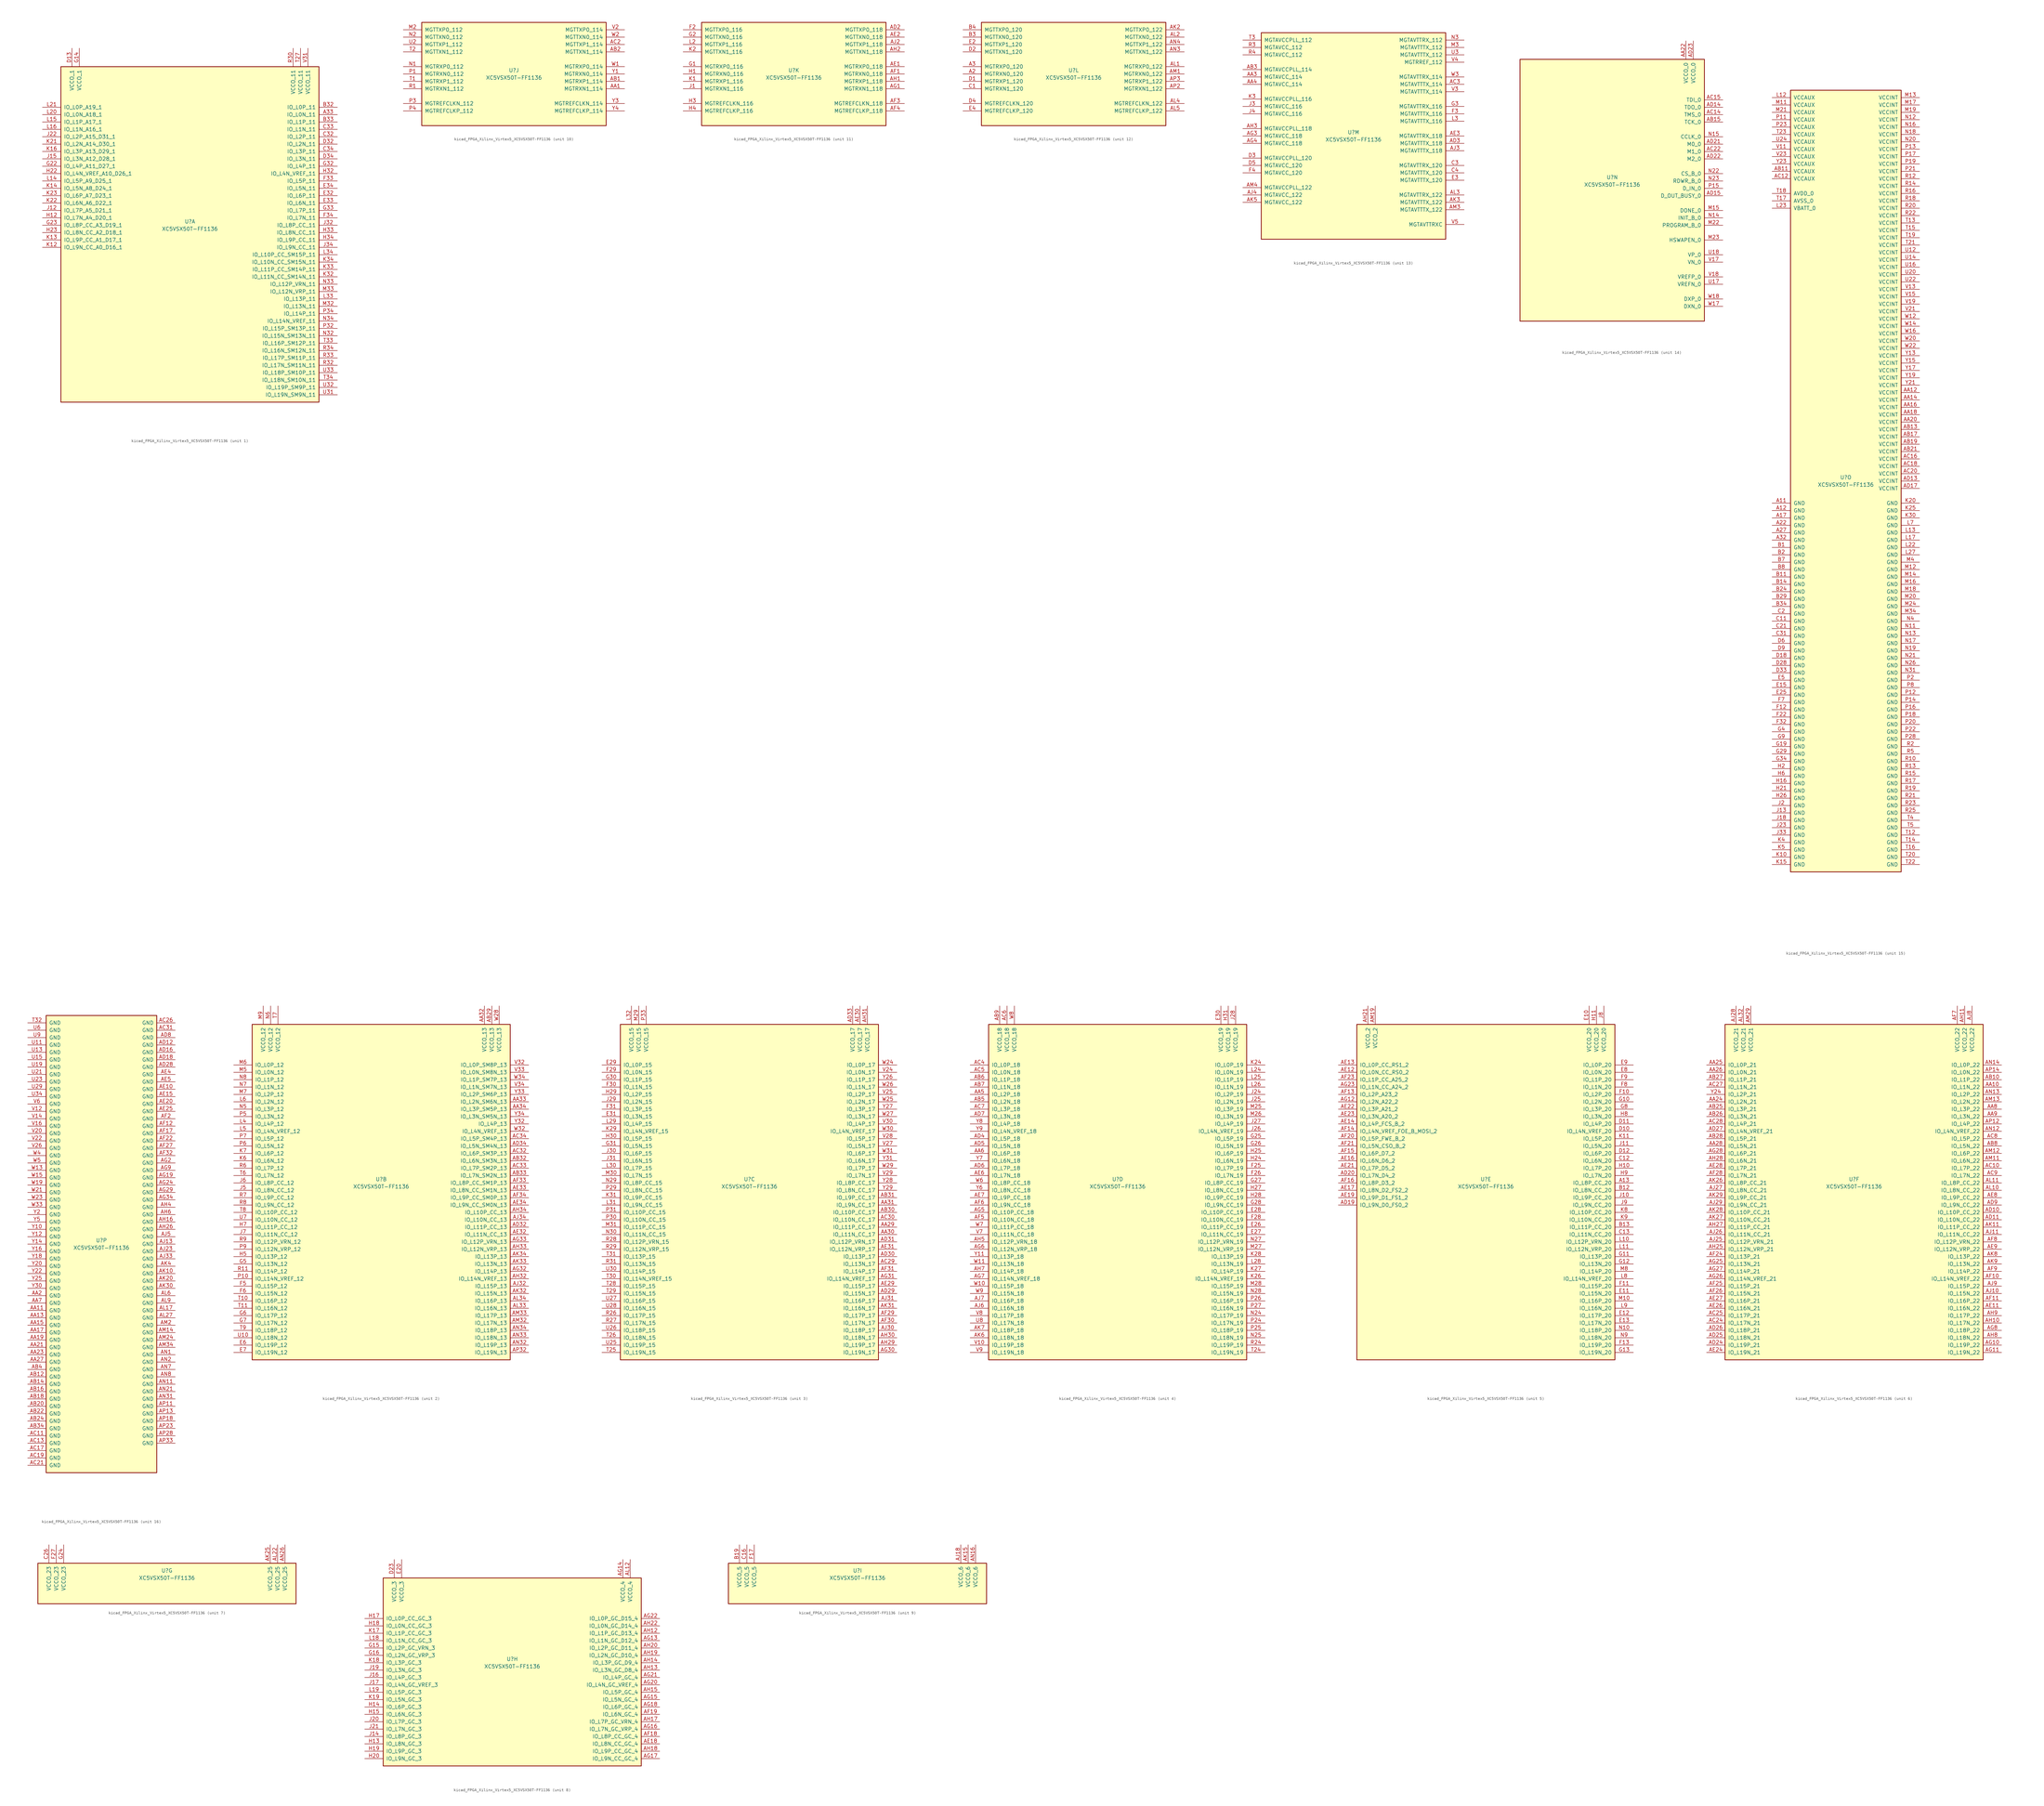
<source format=kicad_sym>
(kicad_symbol_lib
  (version 20220914)
  (generator kicad_symbol_editor)
  (symbol "kicad_FPGA_Xilinx_Virtex5_XC5VSX50T-FF1136"
    (pin_names
      (offset 1.016))
    (property "Reference" "U"
      (at 0 1.27 0)
      (effects (font (size 1.27 1.27))))
    (property "Value" "XC5VSX50T-FF1136"
      (at 0 -1.27 0)
      (effects (font (size 1.27 1.27))))
    (property "Datasheet" ""
      (at 0 0 0)
      (effects (font (size 1.27 1.27))))
    (property "ki_locked" ""
      (at 0 0 0)
      (effects (font (size 1.27 1.27))))
    (symbol "kicad_FPGA_Xilinx_Virtex5_XC5VSX50T-FF1136_1_1"
      (rectangle (start -44.45 54.61) (end 44.45 -60.96) (stroke (width 0.254) (type default)) (fill (type background)))
      (pin bidirectional line (at 50.8 38.1 180) (length 6.35) (name "IO_L0N_11" (effects (font (size 1.27 1.27)))) (number "A33" (effects (font (size 1.27 1.27)))))
      (pin bidirectional line (at 50.8 40.64 180) (length 6.35) (name "IO_L0P_11" (effects (font (size 1.27 1.27)))) (number "B32" (effects (font (size 1.27 1.27)))))
      (pin bidirectional line (at 50.8 35.56 180) (length 6.35) (name "IO_L1P_11" (effects (font (size 1.27 1.27)))) (number "B33" (effects (font (size 1.27 1.27)))))
      (pin bidirectional line (at 50.8 30.48 180) (length 6.35) (name "IO_L2P_11" (effects (font (size 1.27 1.27)))) (number "C32" (effects (font (size 1.27 1.27)))))
      (pin bidirectional line (at 50.8 33.02 180) (length 6.35) (name "IO_L1N_11" (effects (font (size 1.27 1.27)))) (number "C33" (effects (font (size 1.27 1.27)))))
      (pin bidirectional line (at 50.8 25.4 180) (length 6.35) (name "IO_L3P_11" (effects (font (size 1.27 1.27)))) (number "C34" (effects (font (size 1.27 1.27)))))
      (pin power_in line (at -40.64 60.96 270) (length 6.35) (name "VCCO_1" (effects (font (size 1.27 1.27)))) (number "D13" (effects (font (size 1.27 1.27)))))
      (pin bidirectional line (at 50.8 27.94 180) (length 6.35) (name "IO_L2N_11" (effects (font (size 1.27 1.27)))) (number "D32" (effects (font (size 1.27 1.27)))))
      (pin bidirectional line (at 50.8 22.86 180) (length 6.35) (name "IO_L3N_11" (effects (font (size 1.27 1.27)))) (number "D34" (effects (font (size 1.27 1.27)))))
      (pin bidirectional line (at 50.8 10.16 180) (length 6.35) (name "IO_L6P_11" (effects (font (size 1.27 1.27)))) (number "E32" (effects (font (size 1.27 1.27)))))
      (pin bidirectional line (at 50.8 7.62 180) (length 6.35) (name "IO_L6N_11" (effects (font (size 1.27 1.27)))) (number "E33" (effects (font (size 1.27 1.27)))))
      (pin bidirectional line (at 50.8 12.7 180) (length 6.35) (name "IO_L5N_11" (effects (font (size 1.27 1.27)))) (number "E34" (effects (font (size 1.27 1.27)))))
      (pin bidirectional line (at 50.8 15.24 180) (length 6.35) (name "IO_L5P_11" (effects (font (size 1.27 1.27)))) (number "F33" (effects (font (size 1.27 1.27)))))
      (pin bidirectional line (at 50.8 2.54 180) (length 6.35) (name "IO_L7N_11" (effects (font (size 1.27 1.27)))) (number "F34" (effects (font (size 1.27 1.27)))))
      (pin power_in line (at -38.1 60.96 270) (length 6.35) (name "VCCO_1" (effects (font (size 1.27 1.27)))) (number "G14" (effects (font (size 1.27 1.27)))))
      (pin bidirectional line (at -50.8 20.32 0) (length 6.35) (name "IO_L4P_A11_D27_1" (effects (font (size 1.27 1.27)))) (number "G22" (effects (font (size 1.27 1.27)))))
      (pin bidirectional line (at -50.8 0 0) (length 6.35) (name "IO_L8P_CC_A3_D19_1" (effects (font (size 1.27 1.27)))) (number "G23" (effects (font (size 1.27 1.27)))))
      (pin bidirectional line (at 50.8 20.32 180) (length 6.35) (name "IO_L4P_11" (effects (font (size 1.27 1.27)))) (number "G32" (effects (font (size 1.27 1.27)))))
      (pin bidirectional line (at 50.8 5.08 180) (length 6.35) (name "IO_L7P_11" (effects (font (size 1.27 1.27)))) (number "G33" (effects (font (size 1.27 1.27)))))
      (pin bidirectional line (at -50.8 2.54 0) (length 6.35) (name "IO_L7N_A4_D20_1" (effects (font (size 1.27 1.27)))) (number "H12" (effects (font (size 1.27 1.27)))))
      (pin bidirectional line (at -50.8 17.78 0) (length 6.35) (name "IO_L4N_VREF_A10_D26_1" (effects (font (size 1.27 1.27)))) (number "H22" (effects (font (size 1.27 1.27)))))
      (pin bidirectional line (at -50.8 -2.54 0) (length 6.35) (name "IO_L8N_CC_A2_D18_1" (effects (font (size 1.27 1.27)))) (number "H23" (effects (font (size 1.27 1.27)))))
      (pin bidirectional line (at 50.8 17.78 180) (length 6.35) (name "IO_L4N_VREF_11" (effects (font (size 1.27 1.27)))) (number "H32" (effects (font (size 1.27 1.27)))))
      (pin bidirectional line (at 50.8 -2.54 180) (length 6.35) (name "IO_L8N_CC_11" (effects (font (size 1.27 1.27)))) (number "H33" (effects (font (size 1.27 1.27)))))
      (pin bidirectional line (at 50.8 -5.08 180) (length 6.35) (name "IO_L9P_CC_11" (effects (font (size 1.27 1.27)))) (number "H34" (effects (font (size 1.27 1.27)))))
      (pin bidirectional line (at -50.8 5.08 0) (length 6.35) (name "IO_L7P_A5_D21_1" (effects (font (size 1.27 1.27)))) (number "J12" (effects (font (size 1.27 1.27)))))
      (pin bidirectional line (at -50.8 22.86 0) (length 6.35) (name "IO_L3N_A12_D28_1" (effects (font (size 1.27 1.27)))) (number "J15" (effects (font (size 1.27 1.27)))))
      (pin bidirectional line (at -50.8 30.48 0) (length 6.35) (name "IO_L2P_A15_D31_1" (effects (font (size 1.27 1.27)))) (number "J22" (effects (font (size 1.27 1.27)))))
      (pin bidirectional line (at 50.8 0 180) (length 6.35) (name "IO_L8P_CC_11" (effects (font (size 1.27 1.27)))) (number "J32" (effects (font (size 1.27 1.27)))))
      (pin bidirectional line (at 50.8 -7.62 180) (length 6.35) (name "IO_L9N_CC_11" (effects (font (size 1.27 1.27)))) (number "J34" (effects (font (size 1.27 1.27)))))
      (pin bidirectional line (at -50.8 -7.62 0) (length 6.35) (name "IO_L9N_CC_A0_D16_1" (effects (font (size 1.27 1.27)))) (number "K12" (effects (font (size 1.27 1.27)))))
      (pin bidirectional line (at -50.8 -5.08 0) (length 6.35) (name "IO_L9P_CC_A1_D17_1" (effects (font (size 1.27 1.27)))) (number "K13" (effects (font (size 1.27 1.27)))))
      (pin bidirectional line (at -50.8 12.7 0) (length 6.35) (name "IO_L5N_A8_D24_1" (effects (font (size 1.27 1.27)))) (number "K14" (effects (font (size 1.27 1.27)))))
      (pin bidirectional line (at -50.8 25.4 0) (length 6.35) (name "IO_L3P_A13_D29_1" (effects (font (size 1.27 1.27)))) (number "K16" (effects (font (size 1.27 1.27)))))
      (pin bidirectional line (at -50.8 27.94 0) (length 6.35) (name "IO_L2N_A14_D30_1" (effects (font (size 1.27 1.27)))) (number "K21" (effects (font (size 1.27 1.27)))))
      (pin bidirectional line (at -50.8 7.62 0) (length 6.35) (name "IO_L6N_A6_D22_1" (effects (font (size 1.27 1.27)))) (number "K22" (effects (font (size 1.27 1.27)))))
      (pin bidirectional line (at -50.8 10.16 0) (length 6.35) (name "IO_L6P_A7_D23_1" (effects (font (size 1.27 1.27)))) (number "K23" (effects (font (size 1.27 1.27)))))
      (pin bidirectional line (at 50.8 -17.78 180) (length 6.35) (name "IO_L11N_CC_SM14N_11" (effects (font (size 1.27 1.27)))) (number "K32" (effects (font (size 1.27 1.27)))))
      (pin bidirectional line (at 50.8 -15.24 180) (length 6.35) (name "IO_L11P_CC_SM14P_11" (effects (font (size 1.27 1.27)))) (number "K33" (effects (font (size 1.27 1.27)))))
      (pin bidirectional line (at 50.8 -12.7 180) (length 6.35) (name "IO_L10N_CC_SM15N_11" (effects (font (size 1.27 1.27)))) (number "K34" (effects (font (size 1.27 1.27)))))
      (pin bidirectional line (at -50.8 15.24 0) (length 6.35) (name "IO_L5P_A9_D25_1" (effects (font (size 1.27 1.27)))) (number "L14" (effects (font (size 1.27 1.27)))))
      (pin bidirectional line (at -50.8 35.56 0) (length 6.35) (name "IO_L1P_A17_1" (effects (font (size 1.27 1.27)))) (number "L15" (effects (font (size 1.27 1.27)))))
      (pin bidirectional line (at -50.8 33.02 0) (length 6.35) (name "IO_L1N_A16_1" (effects (font (size 1.27 1.27)))) (number "L16" (effects (font (size 1.27 1.27)))))
      (pin bidirectional line (at -50.8 38.1 0) (length 6.35) (name "IO_L0N_A18_1" (effects (font (size 1.27 1.27)))) (number "L20" (effects (font (size 1.27 1.27)))))
      (pin bidirectional line (at -50.8 40.64 0) (length 6.35) (name "IO_L0P_A19_1" (effects (font (size 1.27 1.27)))) (number "L21" (effects (font (size 1.27 1.27)))))
      (pin bidirectional line (at 50.8 -25.4 180) (length 6.35) (name "IO_L13P_11" (effects (font (size 1.27 1.27)))) (number "L33" (effects (font (size 1.27 1.27)))))
      (pin bidirectional line (at 50.8 -10.16 180) (length 6.35) (name "IO_L10P_CC_SM15P_11" (effects (font (size 1.27 1.27)))) (number "L34" (effects (font (size 1.27 1.27)))))
      (pin bidirectional line (at 50.8 -27.94 180) (length 6.35) (name "IO_L13N_11" (effects (font (size 1.27 1.27)))) (number "M32" (effects (font (size 1.27 1.27)))))
      (pin bidirectional line (at 50.8 -22.86 180) (length 6.35) (name "IO_L12N_VRP_11" (effects (font (size 1.27 1.27)))) (number "M33" (effects (font (size 1.27 1.27)))))
      (pin bidirectional line (at 50.8 -38.1 180) (length 6.35) (name "IO_L15N_SM13N_11" (effects (font (size 1.27 1.27)))) (number "N32" (effects (font (size 1.27 1.27)))))
      (pin bidirectional line (at 50.8 -20.32 180) (length 6.35) (name "IO_L12P_VRN_11" (effects (font (size 1.27 1.27)))) (number "N33" (effects (font (size 1.27 1.27)))))
      (pin bidirectional line (at 50.8 -33.02 180) (length 6.35) (name "IO_L14N_VREF_11" (effects (font (size 1.27 1.27)))) (number "N34" (effects (font (size 1.27 1.27)))))
      (pin bidirectional line (at 50.8 -35.56 180) (length 6.35) (name "IO_L15P_SM13P_11" (effects (font (size 1.27 1.27)))) (number "P32" (effects (font (size 1.27 1.27)))))
      (pin bidirectional line (at 50.8 -30.48 180) (length 6.35) (name "IO_L14P_11" (effects (font (size 1.27 1.27)))) (number "P34" (effects (font (size 1.27 1.27)))))
      (pin power_in line (at 35.56 60.96 270) (length 6.35) (name "VCCO_11" (effects (font (size 1.27 1.27)))) (number "R30" (effects (font (size 1.27 1.27)))))
      (pin bidirectional line (at 50.8 -48.26 180) (length 6.35) (name "IO_L17N_SM11N_11" (effects (font (size 1.27 1.27)))) (number "R32" (effects (font (size 1.27 1.27)))))
      (pin bidirectional line (at 50.8 -45.72 180) (length 6.35) (name "IO_L17P_SM11P_11" (effects (font (size 1.27 1.27)))) (number "R33" (effects (font (size 1.27 1.27)))))
      (pin bidirectional line (at 50.8 -43.18 180) (length 6.35) (name "IO_L16N_SM12N_11" (effects (font (size 1.27 1.27)))) (number "R34" (effects (font (size 1.27 1.27)))))
      (pin power_in line (at 38.1 60.96 270) (length 6.35) (name "VCCO_11" (effects (font (size 1.27 1.27)))) (number "T27" (effects (font (size 1.27 1.27)))))
      (pin bidirectional line (at 50.8 -40.64 180) (length 6.35) (name "IO_L16P_SM12P_11" (effects (font (size 1.27 1.27)))) (number "T33" (effects (font (size 1.27 1.27)))))
      (pin bidirectional line (at 50.8 -53.34 180) (length 6.35) (name "IO_L18N_SM10N_11" (effects (font (size 1.27 1.27)))) (number "T34" (effects (font (size 1.27 1.27)))))
      (pin bidirectional line (at 50.8 -58.42 180) (length 6.35) (name "IO_L19N_SM9N_11" (effects (font (size 1.27 1.27)))) (number "U31" (effects (font (size 1.27 1.27)))))
      (pin bidirectional line (at 50.8 -55.88 180) (length 6.35) (name "IO_L19P_SM9P_11" (effects (font (size 1.27 1.27)))) (number "U32" (effects (font (size 1.27 1.27)))))
      (pin bidirectional line (at 50.8 -50.8 180) (length 6.35) (name "IO_L18P_SM10P_11" (effects (font (size 1.27 1.27)))) (number "U33" (effects (font (size 1.27 1.27)))))
      (pin power_in line (at 40.64 60.96 270) (length 6.35) (name "VCCO_11" (effects (font (size 1.27 1.27)))) (number "V31" (effects (font (size 1.27 1.27))))))
    (symbol "kicad_FPGA_Xilinx_Virtex5_XC5VSX50T-FF1136_2_1"
      (rectangle (start -44.45 54.61) (end 44.45 -60.96) (stroke (width 0.254) (type default)) (fill (type background)))
      (pin power_in line (at 35.56 60.96 270) (length 6.35) (name "VCCO_13" (effects (font (size 1.27 1.27)))) (number "AA32" (effects (font (size 1.27 1.27)))))
      (pin bidirectional line (at 50.8 27.94 180) (length 6.35) (name "IO_L2N_SM6N_13" (effects (font (size 1.27 1.27)))) (number "AA33" (effects (font (size 1.27 1.27)))))
      (pin bidirectional line (at 50.8 25.4 180) (length 6.35) (name "IO_L3P_SM5P_13" (effects (font (size 1.27 1.27)))) (number "AA34" (effects (font (size 1.27 1.27)))))
      (pin power_in line (at 38.1 60.96 270) (length 6.35) (name "VCCO_13" (effects (font (size 1.27 1.27)))) (number "AB29" (effects (font (size 1.27 1.27)))))
      (pin bidirectional line (at 50.8 7.62 180) (length 6.35) (name "IO_L6N_SM3N_13" (effects (font (size 1.27 1.27)))) (number "AB32" (effects (font (size 1.27 1.27)))))
      (pin bidirectional line (at 50.8 2.54 180) (length 6.35) (name "IO_L7N_SM2N_13" (effects (font (size 1.27 1.27)))) (number "AB33" (effects (font (size 1.27 1.27)))))
      (pin bidirectional line (at 50.8 10.16 180) (length 6.35) (name "IO_L6P_SM3P_13" (effects (font (size 1.27 1.27)))) (number "AC32" (effects (font (size 1.27 1.27)))))
      (pin bidirectional line (at 50.8 5.08 180) (length 6.35) (name "IO_L7P_SM2P_13" (effects (font (size 1.27 1.27)))) (number "AC33" (effects (font (size 1.27 1.27)))))
      (pin bidirectional line (at 50.8 15.24 180) (length 6.35) (name "IO_L5P_SM4P_13" (effects (font (size 1.27 1.27)))) (number "AC34" (effects (font (size 1.27 1.27)))))
      (pin bidirectional line (at 50.8 -15.24 180) (length 6.35) (name "IO_L11P_CC_13" (effects (font (size 1.27 1.27)))) (number "AD32" (effects (font (size 1.27 1.27)))))
      (pin bidirectional line (at 50.8 12.7 180) (length 6.35) (name "IO_L5N_SM4N_13" (effects (font (size 1.27 1.27)))) (number "AD34" (effects (font (size 1.27 1.27)))))
      (pin bidirectional line (at 50.8 -17.78 180) (length 6.35) (name "IO_L11N_CC_13" (effects (font (size 1.27 1.27)))) (number "AE32" (effects (font (size 1.27 1.27)))))
      (pin bidirectional line (at 50.8 -2.54 180) (length 6.35) (name "IO_L8N_CC_SM1N_13" (effects (font (size 1.27 1.27)))) (number "AE33" (effects (font (size 1.27 1.27)))))
      (pin bidirectional line (at 50.8 -7.62 180) (length 6.35) (name "IO_L9N_CC_SM0N_13" (effects (font (size 1.27 1.27)))) (number "AE34" (effects (font (size 1.27 1.27)))))
      (pin bidirectional line (at 50.8 0 180) (length 6.35) (name "IO_L8P_CC_SM1P_13" (effects (font (size 1.27 1.27)))) (number "AF33" (effects (font (size 1.27 1.27)))))
      (pin bidirectional line (at 50.8 -5.08 180) (length 6.35) (name "IO_L9P_CC_SM0P_13" (effects (font (size 1.27 1.27)))) (number "AF34" (effects (font (size 1.27 1.27)))))
      (pin bidirectional line (at 50.8 -30.48 180) (length 6.35) (name "IO_L14P_13" (effects (font (size 1.27 1.27)))) (number "AG32" (effects (font (size 1.27 1.27)))))
      (pin bidirectional line (at 50.8 -20.32 180) (length 6.35) (name "IO_L12P_VRN_13" (effects (font (size 1.27 1.27)))) (number "AG33" (effects (font (size 1.27 1.27)))))
      (pin bidirectional line (at 50.8 -33.02 180) (length 6.35) (name "IO_L14N_VREF_13" (effects (font (size 1.27 1.27)))) (number "AH32" (effects (font (size 1.27 1.27)))))
      (pin bidirectional line (at 50.8 -22.86 180) (length 6.35) (name "IO_L12N_VRP_13" (effects (font (size 1.27 1.27)))) (number "AH33" (effects (font (size 1.27 1.27)))))
      (pin bidirectional line (at 50.8 -10.16 180) (length 6.35) (name "IO_L10P_CC_13" (effects (font (size 1.27 1.27)))) (number "AH34" (effects (font (size 1.27 1.27)))))
      (pin bidirectional line (at 50.8 -35.56 180) (length 6.35) (name "IO_L15P_13" (effects (font (size 1.27 1.27)))) (number "AJ32" (effects (font (size 1.27 1.27)))))
      (pin bidirectional line (at 50.8 -12.7 180) (length 6.35) (name "IO_L10N_CC_13" (effects (font (size 1.27 1.27)))) (number "AJ34" (effects (font (size 1.27 1.27)))))
      (pin bidirectional line (at 50.8 -38.1 180) (length 6.35) (name "IO_L15N_13" (effects (font (size 1.27 1.27)))) (number "AK32" (effects (font (size 1.27 1.27)))))
      (pin bidirectional line (at 50.8 -27.94 180) (length 6.35) (name "IO_L13N_13" (effects (font (size 1.27 1.27)))) (number "AK33" (effects (font (size 1.27 1.27)))))
      (pin bidirectional line (at 50.8 -25.4 180) (length 6.35) (name "IO_L13P_13" (effects (font (size 1.27 1.27)))) (number "AK34" (effects (font (size 1.27 1.27)))))
      (pin bidirectional line (at 50.8 -43.18 180) (length 6.35) (name "IO_L16N_13" (effects (font (size 1.27 1.27)))) (number "AL33" (effects (font (size 1.27 1.27)))))
      (pin bidirectional line (at 50.8 -40.64 180) (length 6.35) (name "IO_L16P_13" (effects (font (size 1.27 1.27)))) (number "AL34" (effects (font (size 1.27 1.27)))))
      (pin bidirectional line (at 50.8 -48.26 180) (length 6.35) (name "IO_L17N_13" (effects (font (size 1.27 1.27)))) (number "AM32" (effects (font (size 1.27 1.27)))))
      (pin bidirectional line (at 50.8 -45.72 180) (length 6.35) (name "IO_L17P_13" (effects (font (size 1.27 1.27)))) (number "AM33" (effects (font (size 1.27 1.27)))))
      (pin bidirectional line (at 50.8 -55.88 180) (length 6.35) (name "IO_L19P_13" (effects (font (size 1.27 1.27)))) (number "AN32" (effects (font (size 1.27 1.27)))))
      (pin bidirectional line (at 50.8 -53.34 180) (length 6.35) (name "IO_L18N_13" (effects (font (size 1.27 1.27)))) (number "AN33" (effects (font (size 1.27 1.27)))))
      (pin bidirectional line (at 50.8 -50.8 180) (length 6.35) (name "IO_L18P_13" (effects (font (size 1.27 1.27)))) (number "AN34" (effects (font (size 1.27 1.27)))))
      (pin bidirectional line (at 50.8 -58.42 180) (length 6.35) (name "IO_L19N_13" (effects (font (size 1.27 1.27)))) (number "AP32" (effects (font (size 1.27 1.27)))))
      (pin bidirectional line (at -50.8 -55.88 0) (length 6.35) (name "IO_L19P_12" (effects (font (size 1.27 1.27)))) (number "E6" (effects (font (size 1.27 1.27)))))
      (pin bidirectional line (at -50.8 -58.42 0) (length 6.35) (name "IO_L19N_12" (effects (font (size 1.27 1.27)))) (number "E7" (effects (font (size 1.27 1.27)))))
      (pin bidirectional line (at -50.8 -35.56 0) (length 6.35) (name "IO_L15P_12" (effects (font (size 1.27 1.27)))) (number "F5" (effects (font (size 1.27 1.27)))))
      (pin bidirectional line (at -50.8 -38.1 0) (length 6.35) (name "IO_L15N_12" (effects (font (size 1.27 1.27)))) (number "F6" (effects (font (size 1.27 1.27)))))
      (pin bidirectional line (at -50.8 -27.94 0) (length 6.35) (name "IO_L13N_12" (effects (font (size 1.27 1.27)))) (number "G5" (effects (font (size 1.27 1.27)))))
      (pin bidirectional line (at -50.8 -45.72 0) (length 6.35) (name "IO_L17P_12" (effects (font (size 1.27 1.27)))) (number "G6" (effects (font (size 1.27 1.27)))))
      (pin bidirectional line (at -50.8 -48.26 0) (length 6.35) (name "IO_L17N_12" (effects (font (size 1.27 1.27)))) (number "G7" (effects (font (size 1.27 1.27)))))
      (pin bidirectional line (at -50.8 -25.4 0) (length 6.35) (name "IO_L13P_12" (effects (font (size 1.27 1.27)))) (number "H5" (effects (font (size 1.27 1.27)))))
      (pin bidirectional line (at -50.8 -15.24 0) (length 6.35) (name "IO_L11P_CC_12" (effects (font (size 1.27 1.27)))) (number "H7" (effects (font (size 1.27 1.27)))))
      (pin bidirectional line (at -50.8 -2.54 0) (length 6.35) (name "IO_L8N_CC_12" (effects (font (size 1.27 1.27)))) (number "J5" (effects (font (size 1.27 1.27)))))
      (pin bidirectional line (at -50.8 0 0) (length 6.35) (name "IO_L8P_CC_12" (effects (font (size 1.27 1.27)))) (number "J6" (effects (font (size 1.27 1.27)))))
      (pin bidirectional line (at -50.8 -17.78 0) (length 6.35) (name "IO_L11N_CC_12" (effects (font (size 1.27 1.27)))) (number "J7" (effects (font (size 1.27 1.27)))))
      (pin bidirectional line (at -50.8 7.62 0) (length 6.35) (name "IO_L6N_12" (effects (font (size 1.27 1.27)))) (number "K6" (effects (font (size 1.27 1.27)))))
      (pin bidirectional line (at -50.8 10.16 0) (length 6.35) (name "IO_L6P_12" (effects (font (size 1.27 1.27)))) (number "K7" (effects (font (size 1.27 1.27)))))
      (pin bidirectional line (at -50.8 20.32 0) (length 6.35) (name "IO_L4P_12" (effects (font (size 1.27 1.27)))) (number "L4" (effects (font (size 1.27 1.27)))))
      (pin bidirectional line (at -50.8 17.78 0) (length 6.35) (name "IO_L4N_VREF_12" (effects (font (size 1.27 1.27)))) (number "L5" (effects (font (size 1.27 1.27)))))
      (pin bidirectional line (at -50.8 27.94 0) (length 6.35) (name "IO_L2N_12" (effects (font (size 1.27 1.27)))) (number "L6" (effects (font (size 1.27 1.27)))))
      (pin bidirectional line (at -50.8 38.1 0) (length 6.35) (name "IO_L0N_12" (effects (font (size 1.27 1.27)))) (number "M5" (effects (font (size 1.27 1.27)))))
      (pin bidirectional line (at -50.8 40.64 0) (length 6.35) (name "IO_L0P_12" (effects (font (size 1.27 1.27)))) (number "M6" (effects (font (size 1.27 1.27)))))
      (pin bidirectional line (at -50.8 30.48 0) (length 6.35) (name "IO_L2P_12" (effects (font (size 1.27 1.27)))) (number "M7" (effects (font (size 1.27 1.27)))))
      (pin power_in line (at -40.64 60.96 270) (length 6.35) (name "VCCO_12" (effects (font (size 1.27 1.27)))) (number "M9" (effects (font (size 1.27 1.27)))))
      (pin bidirectional line (at -50.8 25.4 0) (length 6.35) (name "IO_L3P_12" (effects (font (size 1.27 1.27)))) (number "N5" (effects (font (size 1.27 1.27)))))
      (pin power_in line (at -38.1 60.96 270) (length 6.35) (name "VCCO_12" (effects (font (size 1.27 1.27)))) (number "N6" (effects (font (size 1.27 1.27)))))
      (pin bidirectional line (at -50.8 33.02 0) (length 6.35) (name "IO_L1N_12" (effects (font (size 1.27 1.27)))) (number "N7" (effects (font (size 1.27 1.27)))))
      (pin bidirectional line (at -50.8 35.56 0) (length 6.35) (name "IO_L1P_12" (effects (font (size 1.27 1.27)))) (number "N8" (effects (font (size 1.27 1.27)))))
      (pin bidirectional line (at -50.8 -33.02 0) (length 6.35) (name "IO_L14N_VREF_12" (effects (font (size 1.27 1.27)))) (number "P10" (effects (font (size 1.27 1.27)))))
      (pin bidirectional line (at -50.8 22.86 0) (length 6.35) (name "IO_L3N_12" (effects (font (size 1.27 1.27)))) (number "P5" (effects (font (size 1.27 1.27)))))
      (pin bidirectional line (at -50.8 12.7 0) (length 6.35) (name "IO_L5N_12" (effects (font (size 1.27 1.27)))) (number "P6" (effects (font (size 1.27 1.27)))))
      (pin bidirectional line (at -50.8 15.24 0) (length 6.35) (name "IO_L5P_12" (effects (font (size 1.27 1.27)))) (number "P7" (effects (font (size 1.27 1.27)))))
      (pin bidirectional line (at -50.8 -22.86 0) (length 6.35) (name "IO_L12N_VRP_12" (effects (font (size 1.27 1.27)))) (number "P9" (effects (font (size 1.27 1.27)))))
      (pin bidirectional line (at -50.8 -30.48 0) (length 6.35) (name "IO_L14P_12" (effects (font (size 1.27 1.27)))) (number "R11" (effects (font (size 1.27 1.27)))))
      (pin bidirectional line (at -50.8 5.08 0) (length 6.35) (name "IO_L7P_12" (effects (font (size 1.27 1.27)))) (number "R6" (effects (font (size 1.27 1.27)))))
      (pin bidirectional line (at -50.8 -5.08 0) (length 6.35) (name "IO_L9P_CC_12" (effects (font (size 1.27 1.27)))) (number "R7" (effects (font (size 1.27 1.27)))))
      (pin bidirectional line (at -50.8 -7.62 0) (length 6.35) (name "IO_L9N_CC_12" (effects (font (size 1.27 1.27)))) (number "R8" (effects (font (size 1.27 1.27)))))
      (pin bidirectional line (at -50.8 -20.32 0) (length 6.35) (name "IO_L12P_VRN_12" (effects (font (size 1.27 1.27)))) (number "R9" (effects (font (size 1.27 1.27)))))
      (pin bidirectional line (at -50.8 -40.64 0) (length 6.35) (name "IO_L16P_12" (effects (font (size 1.27 1.27)))) (number "T10" (effects (font (size 1.27 1.27)))))
      (pin bidirectional line (at -50.8 -43.18 0) (length 6.35) (name "IO_L16N_12" (effects (font (size 1.27 1.27)))) (number "T11" (effects (font (size 1.27 1.27)))))
      (pin bidirectional line (at -50.8 2.54 0) (length 6.35) (name "IO_L7N_12" (effects (font (size 1.27 1.27)))) (number "T6" (effects (font (size 1.27 1.27)))))
      (pin power_in line (at -35.56 60.96 270) (length 6.35) (name "VCCO_12" (effects (font (size 1.27 1.27)))) (number "T7" (effects (font (size 1.27 1.27)))))
      (pin bidirectional line (at -50.8 -10.16 0) (length 6.35) (name "IO_L10P_CC_12" (effects (font (size 1.27 1.27)))) (number "T8" (effects (font (size 1.27 1.27)))))
      (pin bidirectional line (at -50.8 -50.8 0) (length 6.35) (name "IO_L18P_12" (effects (font (size 1.27 1.27)))) (number "T9" (effects (font (size 1.27 1.27)))))
      (pin bidirectional line (at -50.8 -53.34 0) (length 6.35) (name "IO_L18N_12" (effects (font (size 1.27 1.27)))) (number "U10" (effects (font (size 1.27 1.27)))))
      (pin bidirectional line (at -50.8 -12.7 0) (length 6.35) (name "IO_L10N_CC_12" (effects (font (size 1.27 1.27)))) (number "U7" (effects (font (size 1.27 1.27)))))
      (pin bidirectional line (at 50.8 40.64 180) (length 6.35) (name "IO_L0P_SM8P_13" (effects (font (size 1.27 1.27)))) (number "V32" (effects (font (size 1.27 1.27)))))
      (pin bidirectional line (at 50.8 38.1 180) (length 6.35) (name "IO_L0N_SM8N_13" (effects (font (size 1.27 1.27)))) (number "V33" (effects (font (size 1.27 1.27)))))
      (pin bidirectional line (at 50.8 33.02 180) (length 6.35) (name "IO_L1N_SM7N_13" (effects (font (size 1.27 1.27)))) (number "V34" (effects (font (size 1.27 1.27)))))
      (pin power_in line (at 40.64 60.96 270) (length 6.35) (name "VCCO_13" (effects (font (size 1.27 1.27)))) (number "W28" (effects (font (size 1.27 1.27)))))
      (pin bidirectional line (at 50.8 17.78 180) (length 6.35) (name "IO_L4N_VREF_13" (effects (font (size 1.27 1.27)))) (number "W32" (effects (font (size 1.27 1.27)))))
      (pin bidirectional line (at 50.8 35.56 180) (length 6.35) (name "IO_L1P_SM7P_13" (effects (font (size 1.27 1.27)))) (number "W34" (effects (font (size 1.27 1.27)))))
      (pin bidirectional line (at 50.8 20.32 180) (length 6.35) (name "IO_L4P_13" (effects (font (size 1.27 1.27)))) (number "Y32" (effects (font (size 1.27 1.27)))))
      (pin bidirectional line (at 50.8 30.48 180) (length 6.35) (name "IO_L2P_SM6P_13" (effects (font (size 1.27 1.27)))) (number "Y33" (effects (font (size 1.27 1.27)))))
      (pin bidirectional line (at 50.8 22.86 180) (length 6.35) (name "IO_L3N_SM5N_13" (effects (font (size 1.27 1.27)))) (number "Y34" (effects (font (size 1.27 1.27))))))
    (symbol "kicad_FPGA_Xilinx_Virtex5_XC5VSX50T-FF1136_3_1"
      (rectangle (start -44.45 54.61) (end 44.45 -60.96) (stroke (width 0.254) (type default)) (fill (type background)))
      (pin bidirectional line (at 50.8 -15.24 180) (length 6.35) (name "IO_L11P_CC_17" (effects (font (size 1.27 1.27)))) (number "AA29" (effects (font (size 1.27 1.27)))))
      (pin bidirectional line (at 50.8 -17.78 180) (length 6.35) (name "IO_L11N_CC_17" (effects (font (size 1.27 1.27)))) (number "AA30" (effects (font (size 1.27 1.27)))))
      (pin bidirectional line (at 50.8 -7.62 180) (length 6.35) (name "IO_L9N_CC_17" (effects (font (size 1.27 1.27)))) (number "AA31" (effects (font (size 1.27 1.27)))))
      (pin bidirectional line (at 50.8 -10.16 180) (length 6.35) (name "IO_L10P_CC_17" (effects (font (size 1.27 1.27)))) (number "AB30" (effects (font (size 1.27 1.27)))))
      (pin bidirectional line (at 50.8 -5.08 180) (length 6.35) (name "IO_L9P_CC_17" (effects (font (size 1.27 1.27)))) (number "AB31" (effects (font (size 1.27 1.27)))))
      (pin bidirectional line (at 50.8 -27.94 180) (length 6.35) (name "IO_L13N_17" (effects (font (size 1.27 1.27)))) (number "AC29" (effects (font (size 1.27 1.27)))))
      (pin bidirectional line (at 50.8 -12.7 180) (length 6.35) (name "IO_L10N_CC_17" (effects (font (size 1.27 1.27)))) (number "AC30" (effects (font (size 1.27 1.27)))))
      (pin bidirectional line (at 50.8 -38.1 180) (length 6.35) (name "IO_L15N_17" (effects (font (size 1.27 1.27)))) (number "AD29" (effects (font (size 1.27 1.27)))))
      (pin bidirectional line (at 50.8 -25.4 180) (length 6.35) (name "IO_L13P_17" (effects (font (size 1.27 1.27)))) (number "AD30" (effects (font (size 1.27 1.27)))))
      (pin bidirectional line (at 50.8 -20.32 180) (length 6.35) (name "IO_L12P_VRN_17" (effects (font (size 1.27 1.27)))) (number "AD31" (effects (font (size 1.27 1.27)))))
      (pin power_in line (at 35.56 60.96 270) (length 6.35) (name "VCCO_17" (effects (font (size 1.27 1.27)))) (number "AD33" (effects (font (size 1.27 1.27)))))
      (pin bidirectional line (at 50.8 -35.56 180) (length 6.35) (name "IO_L15P_17" (effects (font (size 1.27 1.27)))) (number "AE29" (effects (font (size 1.27 1.27)))))
      (pin power_in line (at 38.1 60.96 270) (length 6.35) (name "VCCO_17" (effects (font (size 1.27 1.27)))) (number "AE30" (effects (font (size 1.27 1.27)))))
      (pin bidirectional line (at 50.8 -22.86 180) (length 6.35) (name "IO_L12N_VRP_17" (effects (font (size 1.27 1.27)))) (number "AE31" (effects (font (size 1.27 1.27)))))
      (pin bidirectional line (at 50.8 -45.72 180) (length 6.35) (name "IO_L17P_17" (effects (font (size 1.27 1.27)))) (number "AF29" (effects (font (size 1.27 1.27)))))
      (pin bidirectional line (at 50.8 -48.26 180) (length 6.35) (name "IO_L17N_17" (effects (font (size 1.27 1.27)))) (number "AF30" (effects (font (size 1.27 1.27)))))
      (pin bidirectional line (at 50.8 -30.48 180) (length 6.35) (name "IO_L14P_17" (effects (font (size 1.27 1.27)))) (number "AF31" (effects (font (size 1.27 1.27)))))
      (pin bidirectional line (at 50.8 -58.42 180) (length 6.35) (name "IO_L19N_17" (effects (font (size 1.27 1.27)))) (number "AG30" (effects (font (size 1.27 1.27)))))
      (pin bidirectional line (at 50.8 -33.02 180) (length 6.35) (name "IO_L14N_VREF_17" (effects (font (size 1.27 1.27)))) (number "AG31" (effects (font (size 1.27 1.27)))))
      (pin bidirectional line (at 50.8 -55.88 180) (length 6.35) (name "IO_L19P_17" (effects (font (size 1.27 1.27)))) (number "AH29" (effects (font (size 1.27 1.27)))))
      (pin bidirectional line (at 50.8 -53.34 180) (length 6.35) (name "IO_L18N_17" (effects (font (size 1.27 1.27)))) (number "AH30" (effects (font (size 1.27 1.27)))))
      (pin power_in line (at 40.64 60.96 270) (length 6.35) (name "VCCO_17" (effects (font (size 1.27 1.27)))) (number "AH31" (effects (font (size 1.27 1.27)))))
      (pin bidirectional line (at 50.8 -50.8 180) (length 6.35) (name "IO_L18P_17" (effects (font (size 1.27 1.27)))) (number "AJ30" (effects (font (size 1.27 1.27)))))
      (pin bidirectional line (at 50.8 -40.64 180) (length 6.35) (name "IO_L16P_17" (effects (font (size 1.27 1.27)))) (number "AJ31" (effects (font (size 1.27 1.27)))))
      (pin bidirectional line (at 50.8 -43.18 180) (length 6.35) (name "IO_L16N_17" (effects (font (size 1.27 1.27)))) (number "AK31" (effects (font (size 1.27 1.27)))))
      (pin bidirectional line (at -50.8 40.64 0) (length 6.35) (name "IO_L0P_15" (effects (font (size 1.27 1.27)))) (number "E29" (effects (font (size 1.27 1.27)))))
      (pin bidirectional line (at -50.8 22.86 0) (length 6.35) (name "IO_L3N_15" (effects (font (size 1.27 1.27)))) (number "E31" (effects (font (size 1.27 1.27)))))
      (pin bidirectional line (at -50.8 38.1 0) (length 6.35) (name "IO_L0N_15" (effects (font (size 1.27 1.27)))) (number "F29" (effects (font (size 1.27 1.27)))))
      (pin bidirectional line (at -50.8 33.02 0) (length 6.35) (name "IO_L1N_15" (effects (font (size 1.27 1.27)))) (number "F30" (effects (font (size 1.27 1.27)))))
      (pin bidirectional line (at -50.8 25.4 0) (length 6.35) (name "IO_L3P_15" (effects (font (size 1.27 1.27)))) (number "F31" (effects (font (size 1.27 1.27)))))
      (pin bidirectional line (at -50.8 35.56 0) (length 6.35) (name "IO_L1P_15" (effects (font (size 1.27 1.27)))) (number "G30" (effects (font (size 1.27 1.27)))))
      (pin bidirectional line (at -50.8 12.7 0) (length 6.35) (name "IO_L5N_15" (effects (font (size 1.27 1.27)))) (number "G31" (effects (font (size 1.27 1.27)))))
      (pin bidirectional line (at -50.8 30.48 0) (length 6.35) (name "IO_L2P_15" (effects (font (size 1.27 1.27)))) (number "H29" (effects (font (size 1.27 1.27)))))
      (pin bidirectional line (at -50.8 15.24 0) (length 6.35) (name "IO_L5P_15" (effects (font (size 1.27 1.27)))) (number "H30" (effects (font (size 1.27 1.27)))))
      (pin bidirectional line (at -50.8 27.94 0) (length 6.35) (name "IO_L2N_15" (effects (font (size 1.27 1.27)))) (number "J29" (effects (font (size 1.27 1.27)))))
      (pin bidirectional line (at -50.8 10.16 0) (length 6.35) (name "IO_L6P_15" (effects (font (size 1.27 1.27)))) (number "J30" (effects (font (size 1.27 1.27)))))
      (pin bidirectional line (at -50.8 7.62 0) (length 6.35) (name "IO_L6N_15" (effects (font (size 1.27 1.27)))) (number "J31" (effects (font (size 1.27 1.27)))))
      (pin bidirectional line (at -50.8 17.78 0) (length 6.35) (name "IO_L4N_VREF_15" (effects (font (size 1.27 1.27)))) (number "K29" (effects (font (size 1.27 1.27)))))
      (pin bidirectional line (at -50.8 -5.08 0) (length 6.35) (name "IO_L9P_CC_15" (effects (font (size 1.27 1.27)))) (number "K31" (effects (font (size 1.27 1.27)))))
      (pin bidirectional line (at -50.8 20.32 0) (length 6.35) (name "IO_L4P_15" (effects (font (size 1.27 1.27)))) (number "L29" (effects (font (size 1.27 1.27)))))
      (pin bidirectional line (at -50.8 5.08 0) (length 6.35) (name "IO_L7P_15" (effects (font (size 1.27 1.27)))) (number "L30" (effects (font (size 1.27 1.27)))))
      (pin bidirectional line (at -50.8 -7.62 0) (length 6.35) (name "IO_L9N_CC_15" (effects (font (size 1.27 1.27)))) (number "L31" (effects (font (size 1.27 1.27)))))
      (pin power_in line (at -40.64 60.96 270) (length 6.35) (name "VCCO_15" (effects (font (size 1.27 1.27)))) (number "L32" (effects (font (size 1.27 1.27)))))
      (pin power_in line (at -38.1 60.96 270) (length 6.35) (name "VCCO_15" (effects (font (size 1.27 1.27)))) (number "M29" (effects (font (size 1.27 1.27)))))
      (pin bidirectional line (at -50.8 2.54 0) (length 6.35) (name "IO_L7N_15" (effects (font (size 1.27 1.27)))) (number "M30" (effects (font (size 1.27 1.27)))))
      (pin bidirectional line (at -50.8 -15.24 0) (length 6.35) (name "IO_L11P_CC_15" (effects (font (size 1.27 1.27)))) (number "M31" (effects (font (size 1.27 1.27)))))
      (pin bidirectional line (at -50.8 0 0) (length 6.35) (name "IO_L8P_CC_15" (effects (font (size 1.27 1.27)))) (number "N29" (effects (font (size 1.27 1.27)))))
      (pin bidirectional line (at -50.8 -17.78 0) (length 6.35) (name "IO_L11N_CC_15" (effects (font (size 1.27 1.27)))) (number "N30" (effects (font (size 1.27 1.27)))))
      (pin bidirectional line (at -50.8 -2.54 0) (length 6.35) (name "IO_L8N_CC_15" (effects (font (size 1.27 1.27)))) (number "P29" (effects (font (size 1.27 1.27)))))
      (pin bidirectional line (at -50.8 -12.7 0) (length 6.35) (name "IO_L10N_CC_15" (effects (font (size 1.27 1.27)))) (number "P30" (effects (font (size 1.27 1.27)))))
      (pin bidirectional line (at -50.8 -10.16 0) (length 6.35) (name "IO_L10P_CC_15" (effects (font (size 1.27 1.27)))) (number "P31" (effects (font (size 1.27 1.27)))))
      (pin power_in line (at -35.56 60.96 270) (length 6.35) (name "VCCO_15" (effects (font (size 1.27 1.27)))) (number "P33" (effects (font (size 1.27 1.27)))))
      (pin bidirectional line (at -50.8 -45.72 0) (length 6.35) (name "IO_L17P_15" (effects (font (size 1.27 1.27)))) (number "R26" (effects (font (size 1.27 1.27)))))
      (pin bidirectional line (at -50.8 -48.26 0) (length 6.35) (name "IO_L17N_15" (effects (font (size 1.27 1.27)))) (number "R27" (effects (font (size 1.27 1.27)))))
      (pin bidirectional line (at -50.8 -20.32 0) (length 6.35) (name "IO_L12P_VRN_15" (effects (font (size 1.27 1.27)))) (number "R28" (effects (font (size 1.27 1.27)))))
      (pin bidirectional line (at -50.8 -22.86 0) (length 6.35) (name "IO_L12N_VRP_15" (effects (font (size 1.27 1.27)))) (number "R29" (effects (font (size 1.27 1.27)))))
      (pin bidirectional line (at -50.8 -27.94 0) (length 6.35) (name "IO_L13N_15" (effects (font (size 1.27 1.27)))) (number "R31" (effects (font (size 1.27 1.27)))))
      (pin bidirectional line (at -50.8 -58.42 0) (length 6.35) (name "IO_L19N_15" (effects (font (size 1.27 1.27)))) (number "T25" (effects (font (size 1.27 1.27)))))
      (pin bidirectional line (at -50.8 -53.34 0) (length 6.35) (name "IO_L18N_15" (effects (font (size 1.27 1.27)))) (number "T26" (effects (font (size 1.27 1.27)))))
      (pin bidirectional line (at -50.8 -35.56 0) (length 6.35) (name "IO_L15P_15" (effects (font (size 1.27 1.27)))) (number "T28" (effects (font (size 1.27 1.27)))))
      (pin bidirectional line (at -50.8 -38.1 0) (length 6.35) (name "IO_L15N_15" (effects (font (size 1.27 1.27)))) (number "T29" (effects (font (size 1.27 1.27)))))
      (pin bidirectional line (at -50.8 -33.02 0) (length 6.35) (name "IO_L14N_VREF_15" (effects (font (size 1.27 1.27)))) (number "T30" (effects (font (size 1.27 1.27)))))
      (pin bidirectional line (at -50.8 -25.4 0) (length 6.35) (name "IO_L13P_15" (effects (font (size 1.27 1.27)))) (number "T31" (effects (font (size 1.27 1.27)))))
      (pin bidirectional line (at -50.8 -55.88 0) (length 6.35) (name "IO_L19P_15" (effects (font (size 1.27 1.27)))) (number "U25" (effects (font (size 1.27 1.27)))))
      (pin bidirectional line (at -50.8 -50.8 0) (length 6.35) (name "IO_L18P_15" (effects (font (size 1.27 1.27)))) (number "U26" (effects (font (size 1.27 1.27)))))
      (pin bidirectional line (at -50.8 -40.64 0) (length 6.35) (name "IO_L16P_15" (effects (font (size 1.27 1.27)))) (number "U27" (effects (font (size 1.27 1.27)))))
      (pin bidirectional line (at -50.8 -43.18 0) (length 6.35) (name "IO_L16N_15" (effects (font (size 1.27 1.27)))) (number "U28" (effects (font (size 1.27 1.27)))))
      (pin bidirectional line (at -50.8 -30.48 0) (length 6.35) (name "IO_L14P_15" (effects (font (size 1.27 1.27)))) (number "U30" (effects (font (size 1.27 1.27)))))
      (pin bidirectional line (at 50.8 38.1 180) (length 6.35) (name "IO_L0N_17" (effects (font (size 1.27 1.27)))) (number "V24" (effects (font (size 1.27 1.27)))))
      (pin bidirectional line (at 50.8 30.48 180) (length 6.35) (name "IO_L2P_17" (effects (font (size 1.27 1.27)))) (number "V25" (effects (font (size 1.27 1.27)))))
      (pin bidirectional line (at 50.8 12.7 180) (length 6.35) (name "IO_L5N_17" (effects (font (size 1.27 1.27)))) (number "V27" (effects (font (size 1.27 1.27)))))
      (pin bidirectional line (at 50.8 15.24 180) (length 6.35) (name "IO_L5P_17" (effects (font (size 1.27 1.27)))) (number "V28" (effects (font (size 1.27 1.27)))))
      (pin bidirectional line (at 50.8 2.54 180) (length 6.35) (name "IO_L7N_17" (effects (font (size 1.27 1.27)))) (number "V29" (effects (font (size 1.27 1.27)))))
      (pin bidirectional line (at 50.8 20.32 180) (length 6.35) (name "IO_L4P_17" (effects (font (size 1.27 1.27)))) (number "V30" (effects (font (size 1.27 1.27)))))
      (pin bidirectional line (at 50.8 40.64 180) (length 6.35) (name "IO_L0P_17" (effects (font (size 1.27 1.27)))) (number "W24" (effects (font (size 1.27 1.27)))))
      (pin bidirectional line (at 50.8 27.94 180) (length 6.35) (name "IO_L2N_17" (effects (font (size 1.27 1.27)))) (number "W25" (effects (font (size 1.27 1.27)))))
      (pin bidirectional line (at 50.8 33.02 180) (length 6.35) (name "IO_L1N_17" (effects (font (size 1.27 1.27)))) (number "W26" (effects (font (size 1.27 1.27)))))
      (pin bidirectional line (at 50.8 22.86 180) (length 6.35) (name "IO_L3N_17" (effects (font (size 1.27 1.27)))) (number "W27" (effects (font (size 1.27 1.27)))))
      (pin bidirectional line (at 50.8 5.08 180) (length 6.35) (name "IO_L7P_17" (effects (font (size 1.27 1.27)))) (number "W29" (effects (font (size 1.27 1.27)))))
      (pin bidirectional line (at 50.8 17.78 180) (length 6.35) (name "IO_L4N_VREF_17" (effects (font (size 1.27 1.27)))) (number "W30" (effects (font (size 1.27 1.27)))))
      (pin bidirectional line (at 50.8 10.16 180) (length 6.35) (name "IO_L6P_17" (effects (font (size 1.27 1.27)))) (number "W31" (effects (font (size 1.27 1.27)))))
      (pin bidirectional line (at 50.8 35.56 180) (length 6.35) (name "IO_L1P_17" (effects (font (size 1.27 1.27)))) (number "Y26" (effects (font (size 1.27 1.27)))))
      (pin bidirectional line (at 50.8 25.4 180) (length 6.35) (name "IO_L3P_17" (effects (font (size 1.27 1.27)))) (number "Y27" (effects (font (size 1.27 1.27)))))
      (pin bidirectional line (at 50.8 0 180) (length 6.35) (name "IO_L8P_CC_17" (effects (font (size 1.27 1.27)))) (number "Y28" (effects (font (size 1.27 1.27)))))
      (pin bidirectional line (at 50.8 -2.54 180) (length 6.35) (name "IO_L8N_CC_17" (effects (font (size 1.27 1.27)))) (number "Y29" (effects (font (size 1.27 1.27)))))
      (pin bidirectional line (at 50.8 7.62 180) (length 6.35) (name "IO_L6N_17" (effects (font (size 1.27 1.27)))) (number "Y31" (effects (font (size 1.27 1.27))))))
    (symbol "kicad_FPGA_Xilinx_Virtex5_XC5VSX50T-FF1136_4_1"
      (rectangle (start -44.45 54.61) (end 44.45 -60.96) (stroke (width 0.254) (type default)) (fill (type background)))
      (pin bidirectional line (at -50.8 30.48 0) (length 6.35) (name "IO_L2P_18" (effects (font (size 1.27 1.27)))) (number "AA5" (effects (font (size 1.27 1.27)))))
      (pin bidirectional line (at -50.8 10.16 0) (length 6.35) (name "IO_L6P_18" (effects (font (size 1.27 1.27)))) (number "AA6" (effects (font (size 1.27 1.27)))))
      (pin bidirectional line (at -50.8 27.94 0) (length 6.35) (name "IO_L2N_18" (effects (font (size 1.27 1.27)))) (number "AB5" (effects (font (size 1.27 1.27)))))
      (pin bidirectional line (at -50.8 35.56 0) (length 6.35) (name "IO_L1P_18" (effects (font (size 1.27 1.27)))) (number "AB6" (effects (font (size 1.27 1.27)))))
      (pin bidirectional line (at -50.8 33.02 0) (length 6.35) (name "IO_L1N_18" (effects (font (size 1.27 1.27)))) (number "AB7" (effects (font (size 1.27 1.27)))))
      (pin power_in line (at -40.64 60.96 270) (length 6.35) (name "VCCO_18" (effects (font (size 1.27 1.27)))) (number "AB9" (effects (font (size 1.27 1.27)))))
      (pin bidirectional line (at -50.8 40.64 0) (length 6.35) (name "IO_L0P_18" (effects (font (size 1.27 1.27)))) (number "AC4" (effects (font (size 1.27 1.27)))))
      (pin bidirectional line (at -50.8 38.1 0) (length 6.35) (name "IO_L0N_18" (effects (font (size 1.27 1.27)))) (number "AC5" (effects (font (size 1.27 1.27)))))
      (pin power_in line (at -38.1 60.96 270) (length 6.35) (name "VCCO_18" (effects (font (size 1.27 1.27)))) (number "AC6" (effects (font (size 1.27 1.27)))))
      (pin bidirectional line (at -50.8 25.4 0) (length 6.35) (name "IO_L3P_18" (effects (font (size 1.27 1.27)))) (number "AC7" (effects (font (size 1.27 1.27)))))
      (pin bidirectional line (at -50.8 15.24 0) (length 6.35) (name "IO_L5P_18" (effects (font (size 1.27 1.27)))) (number "AD4" (effects (font (size 1.27 1.27)))))
      (pin bidirectional line (at -50.8 12.7 0) (length 6.35) (name "IO_L5N_18" (effects (font (size 1.27 1.27)))) (number "AD5" (effects (font (size 1.27 1.27)))))
      (pin bidirectional line (at -50.8 5.08 0) (length 6.35) (name "IO_L7P_18" (effects (font (size 1.27 1.27)))) (number "AD6" (effects (font (size 1.27 1.27)))))
      (pin bidirectional line (at -50.8 22.86 0) (length 6.35) (name "IO_L3N_18" (effects (font (size 1.27 1.27)))) (number "AD7" (effects (font (size 1.27 1.27)))))
      (pin bidirectional line (at -50.8 2.54 0) (length 6.35) (name "IO_L7N_18" (effects (font (size 1.27 1.27)))) (number "AE6" (effects (font (size 1.27 1.27)))))
      (pin bidirectional line (at -50.8 -5.08 0) (length 6.35) (name "IO_L9P_CC_18" (effects (font (size 1.27 1.27)))) (number "AE7" (effects (font (size 1.27 1.27)))))
      (pin bidirectional line (at -50.8 -12.7 0) (length 6.35) (name "IO_L10N_CC_18" (effects (font (size 1.27 1.27)))) (number "AF5" (effects (font (size 1.27 1.27)))))
      (pin bidirectional line (at -50.8 -7.62 0) (length 6.35) (name "IO_L9N_CC_18" (effects (font (size 1.27 1.27)))) (number "AF6" (effects (font (size 1.27 1.27)))))
      (pin bidirectional line (at -50.8 -10.16 0) (length 6.35) (name "IO_L10P_CC_18" (effects (font (size 1.27 1.27)))) (number "AG5" (effects (font (size 1.27 1.27)))))
      (pin bidirectional line (at -50.8 -22.86 0) (length 6.35) (name "IO_L12N_VRP_18" (effects (font (size 1.27 1.27)))) (number "AG6" (effects (font (size 1.27 1.27)))))
      (pin bidirectional line (at -50.8 -33.02 0) (length 6.35) (name "IO_L14N_VREF_18" (effects (font (size 1.27 1.27)))) (number "AG7" (effects (font (size 1.27 1.27)))))
      (pin bidirectional line (at -50.8 -20.32 0) (length 6.35) (name "IO_L12P_VRN_18" (effects (font (size 1.27 1.27)))) (number "AH5" (effects (font (size 1.27 1.27)))))
      (pin bidirectional line (at -50.8 -30.48 0) (length 6.35) (name "IO_L14P_18" (effects (font (size 1.27 1.27)))) (number "AH7" (effects (font (size 1.27 1.27)))))
      (pin bidirectional line (at -50.8 -43.18 0) (length 6.35) (name "IO_L16N_18" (effects (font (size 1.27 1.27)))) (number "AJ6" (effects (font (size 1.27 1.27)))))
      (pin bidirectional line (at -50.8 -40.64 0) (length 6.35) (name "IO_L16P_18" (effects (font (size 1.27 1.27)))) (number "AJ7" (effects (font (size 1.27 1.27)))))
      (pin bidirectional line (at -50.8 -53.34 0) (length 6.35) (name "IO_L18N_18" (effects (font (size 1.27 1.27)))) (number "AK6" (effects (font (size 1.27 1.27)))))
      (pin bidirectional line (at -50.8 -50.8 0) (length 6.35) (name "IO_L18P_18" (effects (font (size 1.27 1.27)))) (number "AK7" (effects (font (size 1.27 1.27)))))
      (pin bidirectional line (at 50.8 -15.24 180) (length 6.35) (name "IO_L11P_CC_19" (effects (font (size 1.27 1.27)))) (number "E26" (effects (font (size 1.27 1.27)))))
      (pin bidirectional line (at 50.8 -17.78 180) (length 6.35) (name "IO_L11N_CC_19" (effects (font (size 1.27 1.27)))) (number "E27" (effects (font (size 1.27 1.27)))))
      (pin bidirectional line (at 50.8 -10.16 180) (length 6.35) (name "IO_L10P_CC_19" (effects (font (size 1.27 1.27)))) (number "E28" (effects (font (size 1.27 1.27)))))
      (pin power_in line (at 35.56 60.96 270) (length 6.35) (name "VCCO_19" (effects (font (size 1.27 1.27)))) (number "E30" (effects (font (size 1.27 1.27)))))
      (pin bidirectional line (at 50.8 5.08 180) (length 6.35) (name "IO_L7P_19" (effects (font (size 1.27 1.27)))) (number "F25" (effects (font (size 1.27 1.27)))))
      (pin bidirectional line (at 50.8 2.54 180) (length 6.35) (name "IO_L7N_19" (effects (font (size 1.27 1.27)))) (number "F26" (effects (font (size 1.27 1.27)))))
      (pin bidirectional line (at 50.8 -12.7 180) (length 6.35) (name "IO_L10N_CC_19" (effects (font (size 1.27 1.27)))) (number "F28" (effects (font (size 1.27 1.27)))))
      (pin bidirectional line (at 50.8 15.24 180) (length 6.35) (name "IO_L5P_19" (effects (font (size 1.27 1.27)))) (number "G25" (effects (font (size 1.27 1.27)))))
      (pin bidirectional line (at 50.8 12.7 180) (length 6.35) (name "IO_L5N_19" (effects (font (size 1.27 1.27)))) (number "G26" (effects (font (size 1.27 1.27)))))
      (pin bidirectional line (at 50.8 0 180) (length 6.35) (name "IO_L8P_CC_19" (effects (font (size 1.27 1.27)))) (number "G27" (effects (font (size 1.27 1.27)))))
      (pin bidirectional line (at 50.8 -7.62 180) (length 6.35) (name "IO_L9N_CC_19" (effects (font (size 1.27 1.27)))) (number "G28" (effects (font (size 1.27 1.27)))))
      (pin bidirectional line (at 50.8 7.62 180) (length 6.35) (name "IO_L6N_19" (effects (font (size 1.27 1.27)))) (number "H24" (effects (font (size 1.27 1.27)))))
      (pin bidirectional line (at 50.8 10.16 180) (length 6.35) (name "IO_L6P_19" (effects (font (size 1.27 1.27)))) (number "H25" (effects (font (size 1.27 1.27)))))
      (pin bidirectional line (at 50.8 -2.54 180) (length 6.35) (name "IO_L8N_CC_19" (effects (font (size 1.27 1.27)))) (number "H27" (effects (font (size 1.27 1.27)))))
      (pin bidirectional line (at 50.8 -5.08 180) (length 6.35) (name "IO_L9P_CC_19" (effects (font (size 1.27 1.27)))) (number "H28" (effects (font (size 1.27 1.27)))))
      (pin power_in line (at 38.1 60.96 270) (length 6.35) (name "VCCO_19" (effects (font (size 1.27 1.27)))) (number "H31" (effects (font (size 1.27 1.27)))))
      (pin bidirectional line (at 50.8 30.48 180) (length 6.35) (name "IO_L2P_19" (effects (font (size 1.27 1.27)))) (number "J24" (effects (font (size 1.27 1.27)))))
      (pin bidirectional line (at 50.8 27.94 180) (length 6.35) (name "IO_L2N_19" (effects (font (size 1.27 1.27)))) (number "J25" (effects (font (size 1.27 1.27)))))
      (pin bidirectional line (at 50.8 17.78 180) (length 6.35) (name "IO_L4N_VREF_19" (effects (font (size 1.27 1.27)))) (number "J26" (effects (font (size 1.27 1.27)))))
      (pin bidirectional line (at 50.8 20.32 180) (length 6.35) (name "IO_L4P_19" (effects (font (size 1.27 1.27)))) (number "J27" (effects (font (size 1.27 1.27)))))
      (pin power_in line (at 40.64 60.96 270) (length 6.35) (name "VCCO_19" (effects (font (size 1.27 1.27)))) (number "J28" (effects (font (size 1.27 1.27)))))
      (pin bidirectional line (at 50.8 40.64 180) (length 6.35) (name "IO_L0P_19" (effects (font (size 1.27 1.27)))) (number "K24" (effects (font (size 1.27 1.27)))))
      (pin bidirectional line (at 50.8 -33.02 180) (length 6.35) (name "IO_L14N_VREF_19" (effects (font (size 1.27 1.27)))) (number "K26" (effects (font (size 1.27 1.27)))))
      (pin bidirectional line (at 50.8 -30.48 180) (length 6.35) (name "IO_L14P_19" (effects (font (size 1.27 1.27)))) (number "K27" (effects (font (size 1.27 1.27)))))
      (pin bidirectional line (at 50.8 -25.4 180) (length 6.35) (name "IO_L13P_19" (effects (font (size 1.27 1.27)))) (number "K28" (effects (font (size 1.27 1.27)))))
      (pin bidirectional line (at 50.8 38.1 180) (length 6.35) (name "IO_L0N_19" (effects (font (size 1.27 1.27)))) (number "L24" (effects (font (size 1.27 1.27)))))
      (pin bidirectional line (at 50.8 35.56 180) (length 6.35) (name "IO_L1P_19" (effects (font (size 1.27 1.27)))) (number "L25" (effects (font (size 1.27 1.27)))))
      (pin bidirectional line (at 50.8 33.02 180) (length 6.35) (name "IO_L1N_19" (effects (font (size 1.27 1.27)))) (number "L26" (effects (font (size 1.27 1.27)))))
      (pin bidirectional line (at 50.8 -27.94 180) (length 6.35) (name "IO_L13N_19" (effects (font (size 1.27 1.27)))) (number "L28" (effects (font (size 1.27 1.27)))))
      (pin bidirectional line (at 50.8 25.4 180) (length 6.35) (name "IO_L3P_19" (effects (font (size 1.27 1.27)))) (number "M25" (effects (font (size 1.27 1.27)))))
      (pin bidirectional line (at 50.8 22.86 180) (length 6.35) (name "IO_L3N_19" (effects (font (size 1.27 1.27)))) (number "M26" (effects (font (size 1.27 1.27)))))
      (pin bidirectional line (at 50.8 -22.86 180) (length 6.35) (name "IO_L12N_VRP_19" (effects (font (size 1.27 1.27)))) (number "M27" (effects (font (size 1.27 1.27)))))
      (pin bidirectional line (at 50.8 -35.56 180) (length 6.35) (name "IO_L15P_19" (effects (font (size 1.27 1.27)))) (number "M28" (effects (font (size 1.27 1.27)))))
      (pin bidirectional line (at 50.8 -45.72 180) (length 6.35) (name "IO_L17P_19" (effects (font (size 1.27 1.27)))) (number "N24" (effects (font (size 1.27 1.27)))))
      (pin bidirectional line (at 50.8 -53.34 180) (length 6.35) (name "IO_L18N_19" (effects (font (size 1.27 1.27)))) (number "N25" (effects (font (size 1.27 1.27)))))
      (pin bidirectional line (at 50.8 -20.32 180) (length 6.35) (name "IO_L12P_VRN_19" (effects (font (size 1.27 1.27)))) (number "N27" (effects (font (size 1.27 1.27)))))
      (pin bidirectional line (at 50.8 -38.1 180) (length 6.35) (name "IO_L15N_19" (effects (font (size 1.27 1.27)))) (number "N28" (effects (font (size 1.27 1.27)))))
      (pin bidirectional line (at 50.8 -48.26 180) (length 6.35) (name "IO_L17N_19" (effects (font (size 1.27 1.27)))) (number "P24" (effects (font (size 1.27 1.27)))))
      (pin bidirectional line (at 50.8 -50.8 180) (length 6.35) (name "IO_L18P_19" (effects (font (size 1.27 1.27)))) (number "P25" (effects (font (size 1.27 1.27)))))
      (pin bidirectional line (at 50.8 -40.64 180) (length 6.35) (name "IO_L16P_19" (effects (font (size 1.27 1.27)))) (number "P26" (effects (font (size 1.27 1.27)))))
      (pin bidirectional line (at 50.8 -43.18 180) (length 6.35) (name "IO_L16N_19" (effects (font (size 1.27 1.27)))) (number "P27" (effects (font (size 1.27 1.27)))))
      (pin bidirectional line (at 50.8 -55.88 180) (length 6.35) (name "IO_L19P_19" (effects (font (size 1.27 1.27)))) (number "R24" (effects (font (size 1.27 1.27)))))
      (pin bidirectional line (at 50.8 -58.42 180) (length 6.35) (name "IO_L19N_19" (effects (font (size 1.27 1.27)))) (number "T24" (effects (font (size 1.27 1.27)))))
      (pin bidirectional line (at -50.8 -48.26 0) (length 6.35) (name "IO_L17N_18" (effects (font (size 1.27 1.27)))) (number "U8" (effects (font (size 1.27 1.27)))))
      (pin bidirectional line (at -50.8 -55.88 0) (length 6.35) (name "IO_L19P_18" (effects (font (size 1.27 1.27)))) (number "V10" (effects (font (size 1.27 1.27)))))
      (pin bidirectional line (at -50.8 -17.78 0) (length 6.35) (name "IO_L11N_CC_18" (effects (font (size 1.27 1.27)))) (number "V7" (effects (font (size 1.27 1.27)))))
      (pin bidirectional line (at -50.8 -45.72 0) (length 6.35) (name "IO_L17P_18" (effects (font (size 1.27 1.27)))) (number "V8" (effects (font (size 1.27 1.27)))))
      (pin bidirectional line (at -50.8 -58.42 0) (length 6.35) (name "IO_L19N_18" (effects (font (size 1.27 1.27)))) (number "V9" (effects (font (size 1.27 1.27)))))
      (pin bidirectional line (at -50.8 -35.56 0) (length 6.35) (name "IO_L15P_18" (effects (font (size 1.27 1.27)))) (number "W10" (effects (font (size 1.27 1.27)))))
      (pin bidirectional line (at -50.8 -27.94 0) (length 6.35) (name "IO_L13N_18" (effects (font (size 1.27 1.27)))) (number "W11" (effects (font (size 1.27 1.27)))))
      (pin bidirectional line (at -50.8 0 0) (length 6.35) (name "IO_L8P_CC_18" (effects (font (size 1.27 1.27)))) (number "W6" (effects (font (size 1.27 1.27)))))
      (pin bidirectional line (at -50.8 -15.24 0) (length 6.35) (name "IO_L11P_CC_18" (effects (font (size 1.27 1.27)))) (number "W7" (effects (font (size 1.27 1.27)))))
      (pin power_in line (at -35.56 60.96 270) (length 6.35) (name "VCCO_18" (effects (font (size 1.27 1.27)))) (number "W8" (effects (font (size 1.27 1.27)))))
      (pin bidirectional line (at -50.8 -38.1 0) (length 6.35) (name "IO_L15N_18" (effects (font (size 1.27 1.27)))) (number "W9" (effects (font (size 1.27 1.27)))))
      (pin bidirectional line (at -50.8 -25.4 0) (length 6.35) (name "IO_L13P_18" (effects (font (size 1.27 1.27)))) (number "Y11" (effects (font (size 1.27 1.27)))))
      (pin bidirectional line (at -50.8 -2.54 0) (length 6.35) (name "IO_L8N_CC_18" (effects (font (size 1.27 1.27)))) (number "Y6" (effects (font (size 1.27 1.27)))))
      (pin bidirectional line (at -50.8 7.62 0) (length 6.35) (name "IO_L6N_18" (effects (font (size 1.27 1.27)))) (number "Y7" (effects (font (size 1.27 1.27)))))
      (pin bidirectional line (at -50.8 20.32 0) (length 6.35) (name "IO_L4P_18" (effects (font (size 1.27 1.27)))) (number "Y8" (effects (font (size 1.27 1.27)))))
      (pin bidirectional line (at -50.8 17.78 0) (length 6.35) (name "IO_L4N_VREF_18" (effects (font (size 1.27 1.27)))) (number "Y9" (effects (font (size 1.27 1.27))))))
    (symbol "kicad_FPGA_Xilinx_Virtex5_XC5VSX50T-FF1136_5_1"
      (rectangle (start -44.45 54.61) (end 44.45 -60.96) (stroke (width 0.254) (type default)) (fill (type background)))
      (pin bidirectional line (at 50.8 0 180) (length 6.35) (name "IO_L8P_CC_20" (effects (font (size 1.27 1.27)))) (number "A13" (effects (font (size 1.27 1.27)))))
      (pin bidirectional line (at -50.8 -7.62 0) (length 6.35) (name "IO_L9N_D0_FS0_2" (effects (font (size 1.27 1.27)))) (number "AD19" (effects (font (size 1.27 1.27)))))
      (pin bidirectional line (at -50.8 2.54 0) (length 6.35) (name "IO_L7N_D4_2" (effects (font (size 1.27 1.27)))) (number "AD20" (effects (font (size 1.27 1.27)))))
      (pin bidirectional line (at -50.8 38.1 0) (length 6.35) (name "IO_L0N_CC_RS0_2" (effects (font (size 1.27 1.27)))) (number "AE12" (effects (font (size 1.27 1.27)))))
      (pin bidirectional line (at -50.8 40.64 0) (length 6.35) (name "IO_L0P_CC_RS1_2" (effects (font (size 1.27 1.27)))) (number "AE13" (effects (font (size 1.27 1.27)))))
      (pin bidirectional line (at -50.8 20.32 0) (length 6.35) (name "IO_L4P_FCS_B_2" (effects (font (size 1.27 1.27)))) (number "AE14" (effects (font (size 1.27 1.27)))))
      (pin bidirectional line (at -50.8 7.62 0) (length 6.35) (name "IO_L6N_D6_2" (effects (font (size 1.27 1.27)))) (number "AE16" (effects (font (size 1.27 1.27)))))
      (pin bidirectional line (at -50.8 -2.54 0) (length 6.35) (name "IO_L8N_D2_FS2_2" (effects (font (size 1.27 1.27)))) (number "AE17" (effects (font (size 1.27 1.27)))))
      (pin bidirectional line (at -50.8 -5.08 0) (length 6.35) (name "IO_L9P_D1_FS1_2" (effects (font (size 1.27 1.27)))) (number "AE19" (effects (font (size 1.27 1.27)))))
      (pin bidirectional line (at -50.8 5.08 0) (length 6.35) (name "IO_L7P_D5_2" (effects (font (size 1.27 1.27)))) (number "AE21" (effects (font (size 1.27 1.27)))))
      (pin bidirectional line (at -50.8 25.4 0) (length 6.35) (name "IO_L3P_A21_2" (effects (font (size 1.27 1.27)))) (number "AE22" (effects (font (size 1.27 1.27)))))
      (pin bidirectional line (at -50.8 22.86 0) (length 6.35) (name "IO_L3N_A20_2" (effects (font (size 1.27 1.27)))) (number "AE23" (effects (font (size 1.27 1.27)))))
      (pin bidirectional line (at -50.8 30.48 0) (length 6.35) (name "IO_L2P_A23_2" (effects (font (size 1.27 1.27)))) (number "AF13" (effects (font (size 1.27 1.27)))))
      (pin bidirectional line (at -50.8 17.78 0) (length 6.35) (name "IO_L4N_VREF_FOE_B_MOSI_2" (effects (font (size 1.27 1.27)))) (number "AF14" (effects (font (size 1.27 1.27)))))
      (pin bidirectional line (at -50.8 10.16 0) (length 6.35) (name "IO_L6P_D7_2" (effects (font (size 1.27 1.27)))) (number "AF15" (effects (font (size 1.27 1.27)))))
      (pin bidirectional line (at -50.8 0 0) (length 6.35) (name "IO_L8P_D3_2" (effects (font (size 1.27 1.27)))) (number "AF16" (effects (font (size 1.27 1.27)))))
      (pin bidirectional line (at -50.8 15.24 0) (length 6.35) (name "IO_L5P_FWE_B_2" (effects (font (size 1.27 1.27)))) (number "AF20" (effects (font (size 1.27 1.27)))))
      (pin bidirectional line (at -50.8 12.7 0) (length 6.35) (name "IO_L5N_CSO_B_2" (effects (font (size 1.27 1.27)))) (number "AF21" (effects (font (size 1.27 1.27)))))
      (pin bidirectional line (at -50.8 35.56 0) (length 6.35) (name "IO_L1P_CC_A25_2" (effects (font (size 1.27 1.27)))) (number "AF23" (effects (font (size 1.27 1.27)))))
      (pin bidirectional line (at -50.8 27.94 0) (length 6.35) (name "IO_L2N_A22_2" (effects (font (size 1.27 1.27)))) (number "AG12" (effects (font (size 1.27 1.27)))))
      (pin bidirectional line (at -50.8 33.02 0) (length 6.35) (name "IO_L1N_CC_A24_2" (effects (font (size 1.27 1.27)))) (number "AG23" (effects (font (size 1.27 1.27)))))
      (pin power_in line (at -40.64 60.96 270) (length 6.35) (name "VCCO_2" (effects (font (size 1.27 1.27)))) (number "AH21" (effects (font (size 1.27 1.27)))))
      (pin power_in line (at -38.1 60.96 270) (length 6.35) (name "VCCO_2" (effects (font (size 1.27 1.27)))) (number "AM19" (effects (font (size 1.27 1.27)))))
      (pin bidirectional line (at 50.8 -2.54 180) (length 6.35) (name "IO_L8N_CC_20" (effects (font (size 1.27 1.27)))) (number "B12" (effects (font (size 1.27 1.27)))))
      (pin bidirectional line (at 50.8 -15.24 180) (length 6.35) (name "IO_L11P_CC_20" (effects (font (size 1.27 1.27)))) (number "B13" (effects (font (size 1.27 1.27)))))
      (pin bidirectional line (at 50.8 7.62 180) (length 6.35) (name "IO_L6N_20" (effects (font (size 1.27 1.27)))) (number "C12" (effects (font (size 1.27 1.27)))))
      (pin bidirectional line (at 50.8 -17.78 180) (length 6.35) (name "IO_L11N_CC_20" (effects (font (size 1.27 1.27)))) (number "C13" (effects (font (size 1.27 1.27)))))
      (pin bidirectional line (at 50.8 17.78 180) (length 6.35) (name "IO_L4N_VREF_20" (effects (font (size 1.27 1.27)))) (number "D10" (effects (font (size 1.27 1.27)))))
      (pin bidirectional line (at 50.8 20.32 180) (length 6.35) (name "IO_L4P_20" (effects (font (size 1.27 1.27)))) (number "D11" (effects (font (size 1.27 1.27)))))
      (pin bidirectional line (at 50.8 10.16 180) (length 6.35) (name "IO_L6P_20" (effects (font (size 1.27 1.27)))) (number "D12" (effects (font (size 1.27 1.27)))))
      (pin power_in line (at 35.56 60.96 270) (length 6.35) (name "VCCO_20" (effects (font (size 1.27 1.27)))) (number "E10" (effects (font (size 1.27 1.27)))))
      (pin bidirectional line (at 50.8 -38.1 180) (length 6.35) (name "IO_L15N_20" (effects (font (size 1.27 1.27)))) (number "E11" (effects (font (size 1.27 1.27)))))
      (pin bidirectional line (at 50.8 -45.72 180) (length 6.35) (name "IO_L17P_20" (effects (font (size 1.27 1.27)))) (number "E12" (effects (font (size 1.27 1.27)))))
      (pin bidirectional line (at 50.8 -48.26 180) (length 6.35) (name "IO_L17N_20" (effects (font (size 1.27 1.27)))) (number "E13" (effects (font (size 1.27 1.27)))))
      (pin bidirectional line (at 50.8 38.1 180) (length 6.35) (name "IO_L0N_20" (effects (font (size 1.27 1.27)))) (number "E8" (effects (font (size 1.27 1.27)))))
      (pin bidirectional line (at 50.8 40.64 180) (length 6.35) (name "IO_L0P_20" (effects (font (size 1.27 1.27)))) (number "E9" (effects (font (size 1.27 1.27)))))
      (pin bidirectional line (at 50.8 30.48 180) (length 6.35) (name "IO_L2P_20" (effects (font (size 1.27 1.27)))) (number "F10" (effects (font (size 1.27 1.27)))))
      (pin bidirectional line (at 50.8 -35.56 180) (length 6.35) (name "IO_L15P_20" (effects (font (size 1.27 1.27)))) (number "F11" (effects (font (size 1.27 1.27)))))
      (pin bidirectional line (at 50.8 -55.88 180) (length 6.35) (name "IO_L19P_20" (effects (font (size 1.27 1.27)))) (number "F13" (effects (font (size 1.27 1.27)))))
      (pin bidirectional line (at 50.8 33.02 180) (length 6.35) (name "IO_L1N_20" (effects (font (size 1.27 1.27)))) (number "F8" (effects (font (size 1.27 1.27)))))
      (pin bidirectional line (at 50.8 35.56 180) (length 6.35) (name "IO_L1P_20" (effects (font (size 1.27 1.27)))) (number "F9" (effects (font (size 1.27 1.27)))))
      (pin bidirectional line (at 50.8 27.94 180) (length 6.35) (name "IO_L2N_20" (effects (font (size 1.27 1.27)))) (number "G10" (effects (font (size 1.27 1.27)))))
      (pin bidirectional line (at 50.8 -25.4 180) (length 6.35) (name "IO_L13P_20" (effects (font (size 1.27 1.27)))) (number "G11" (effects (font (size 1.27 1.27)))))
      (pin bidirectional line (at 50.8 -27.94 180) (length 6.35) (name "IO_L13N_20" (effects (font (size 1.27 1.27)))) (number "G12" (effects (font (size 1.27 1.27)))))
      (pin bidirectional line (at 50.8 -58.42 180) (length 6.35) (name "IO_L19N_20" (effects (font (size 1.27 1.27)))) (number "G13" (effects (font (size 1.27 1.27)))))
      (pin bidirectional line (at 50.8 25.4 180) (length 6.35) (name "IO_L3P_20" (effects (font (size 1.27 1.27)))) (number "G8" (effects (font (size 1.27 1.27)))))
      (pin bidirectional line (at 50.8 5.08 180) (length 6.35) (name "IO_L7P_20" (effects (font (size 1.27 1.27)))) (number "H10" (effects (font (size 1.27 1.27)))))
      (pin power_in line (at 38.1 60.96 270) (length 6.35) (name "VCCO_20" (effects (font (size 1.27 1.27)))) (number "H11" (effects (font (size 1.27 1.27)))))
      (pin bidirectional line (at 50.8 22.86 180) (length 6.35) (name "IO_L3N_20" (effects (font (size 1.27 1.27)))) (number "H8" (effects (font (size 1.27 1.27)))))
      (pin bidirectional line (at 50.8 2.54 180) (length 6.35) (name "IO_L7N_20" (effects (font (size 1.27 1.27)))) (number "H9" (effects (font (size 1.27 1.27)))))
      (pin bidirectional line (at 50.8 -5.08 180) (length 6.35) (name "IO_L9P_CC_20" (effects (font (size 1.27 1.27)))) (number "J10" (effects (font (size 1.27 1.27)))))
      (pin bidirectional line (at 50.8 12.7 180) (length 6.35) (name "IO_L5N_20" (effects (font (size 1.27 1.27)))) (number "J11" (effects (font (size 1.27 1.27)))))
      (pin power_in line (at 40.64 60.96 270) (length 6.35) (name "VCCO_20" (effects (font (size 1.27 1.27)))) (number "J8" (effects (font (size 1.27 1.27)))))
      (pin bidirectional line (at 50.8 -7.62 180) (length 6.35) (name "IO_L9N_CC_20" (effects (font (size 1.27 1.27)))) (number "J9" (effects (font (size 1.27 1.27)))))
      (pin bidirectional line (at 50.8 15.24 180) (length 6.35) (name "IO_L5P_20" (effects (font (size 1.27 1.27)))) (number "K11" (effects (font (size 1.27 1.27)))))
      (pin bidirectional line (at 50.8 -10.16 180) (length 6.35) (name "IO_L10P_CC_20" (effects (font (size 1.27 1.27)))) (number "K8" (effects (font (size 1.27 1.27)))))
      (pin bidirectional line (at 50.8 -12.7 180) (length 6.35) (name "IO_L10N_CC_20" (effects (font (size 1.27 1.27)))) (number "K9" (effects (font (size 1.27 1.27)))))
      (pin bidirectional line (at 50.8 -20.32 180) (length 6.35) (name "IO_L12P_VRN_20" (effects (font (size 1.27 1.27)))) (number "L10" (effects (font (size 1.27 1.27)))))
      (pin bidirectional line (at 50.8 -22.86 180) (length 6.35) (name "IO_L12N_VRP_20" (effects (font (size 1.27 1.27)))) (number "L11" (effects (font (size 1.27 1.27)))))
      (pin bidirectional line (at 50.8 -33.02 180) (length 6.35) (name "IO_L14N_VREF_20" (effects (font (size 1.27 1.27)))) (number "L8" (effects (font (size 1.27 1.27)))))
      (pin bidirectional line (at 50.8 -43.18 180) (length 6.35) (name "IO_L16N_20" (effects (font (size 1.27 1.27)))) (number "L9" (effects (font (size 1.27 1.27)))))
      (pin bidirectional line (at 50.8 -40.64 180) (length 6.35) (name "IO_L16P_20" (effects (font (size 1.27 1.27)))) (number "M10" (effects (font (size 1.27 1.27)))))
      (pin bidirectional line (at 50.8 -30.48 180) (length 6.35) (name "IO_L14P_20" (effects (font (size 1.27 1.27)))) (number "M8" (effects (font (size 1.27 1.27)))))
      (pin bidirectional line (at 50.8 -50.8 180) (length 6.35) (name "IO_L18P_20" (effects (font (size 1.27 1.27)))) (number "N10" (effects (font (size 1.27 1.27)))))
      (pin bidirectional line (at 50.8 -53.34 180) (length 6.35) (name "IO_L18N_20" (effects (font (size 1.27 1.27)))) (number "N9" (effects (font (size 1.27 1.27))))))
    (symbol "kicad_FPGA_Xilinx_Virtex5_XC5VSX50T-FF1136_6_1"
      (rectangle (start -44.45 54.61) (end 44.45 -60.96) (stroke (width 0.254) (type default)) (fill (type background)))
      (pin bidirectional line (at 50.8 33.02 180) (length 6.35) (name "IO_L1N_22" (effects (font (size 1.27 1.27)))) (number "AA10" (effects (font (size 1.27 1.27)))))
      (pin bidirectional line (at -50.8 27.94 0) (length 6.35) (name "IO_L2N_21" (effects (font (size 1.27 1.27)))) (number "AA24" (effects (font (size 1.27 1.27)))))
      (pin bidirectional line (at -50.8 40.64 0) (length 6.35) (name "IO_L0P_21" (effects (font (size 1.27 1.27)))) (number "AA25" (effects (font (size 1.27 1.27)))))
      (pin bidirectional line (at -50.8 38.1 0) (length 6.35) (name "IO_L0N_21" (effects (font (size 1.27 1.27)))) (number "AA26" (effects (font (size 1.27 1.27)))))
      (pin bidirectional line (at -50.8 12.7 0) (length 6.35) (name "IO_L5N_21" (effects (font (size 1.27 1.27)))) (number "AA28" (effects (font (size 1.27 1.27)))))
      (pin bidirectional line (at 50.8 25.4 180) (length 6.35) (name "IO_L3P_22" (effects (font (size 1.27 1.27)))) (number "AA8" (effects (font (size 1.27 1.27)))))
      (pin bidirectional line (at 50.8 22.86 180) (length 6.35) (name "IO_L3N_22" (effects (font (size 1.27 1.27)))) (number "AA9" (effects (font (size 1.27 1.27)))))
      (pin bidirectional line (at 50.8 35.56 180) (length 6.35) (name "IO_L1P_22" (effects (font (size 1.27 1.27)))) (number "AB10" (effects (font (size 1.27 1.27)))))
      (pin bidirectional line (at -50.8 25.4 0) (length 6.35) (name "IO_L3P_21" (effects (font (size 1.27 1.27)))) (number "AB25" (effects (font (size 1.27 1.27)))))
      (pin bidirectional line (at -50.8 22.86 0) (length 6.35) (name "IO_L3N_21" (effects (font (size 1.27 1.27)))) (number "AB26" (effects (font (size 1.27 1.27)))))
      (pin bidirectional line (at -50.8 35.56 0) (length 6.35) (name "IO_L1P_21" (effects (font (size 1.27 1.27)))) (number "AB27" (effects (font (size 1.27 1.27)))))
      (pin bidirectional line (at -50.8 15.24 0) (length 6.35) (name "IO_L5P_21" (effects (font (size 1.27 1.27)))) (number "AB28" (effects (font (size 1.27 1.27)))))
      (pin bidirectional line (at 50.8 12.7 180) (length 6.35) (name "IO_L5N_22" (effects (font (size 1.27 1.27)))) (number "AB8" (effects (font (size 1.27 1.27)))))
      (pin bidirectional line (at 50.8 5.08 180) (length 6.35) (name "IO_L7P_22" (effects (font (size 1.27 1.27)))) (number "AC10" (effects (font (size 1.27 1.27)))))
      (pin bidirectional line (at -50.8 -48.26 0) (length 6.35) (name "IO_L17N_21" (effects (font (size 1.27 1.27)))) (number "AC24" (effects (font (size 1.27 1.27)))))
      (pin bidirectional line (at -50.8 -45.72 0) (length 6.35) (name "IO_L17P_21" (effects (font (size 1.27 1.27)))) (number "AC25" (effects (font (size 1.27 1.27)))))
      (pin bidirectional line (at -50.8 33.02 0) (length 6.35) (name "IO_L1N_21" (effects (font (size 1.27 1.27)))) (number "AC27" (effects (font (size 1.27 1.27)))))
      (pin bidirectional line (at -50.8 20.32 0) (length 6.35) (name "IO_L4P_21" (effects (font (size 1.27 1.27)))) (number "AC28" (effects (font (size 1.27 1.27)))))
      (pin bidirectional line (at 50.8 15.24 180) (length 6.35) (name "IO_L5P_22" (effects (font (size 1.27 1.27)))) (number "AC8" (effects (font (size 1.27 1.27)))))
      (pin bidirectional line (at 50.8 2.54 180) (length 6.35) (name "IO_L7N_22" (effects (font (size 1.27 1.27)))) (number "AC9" (effects (font (size 1.27 1.27)))))
      (pin bidirectional line (at 50.8 -10.16 180) (length 6.35) (name "IO_L10P_CC_22" (effects (font (size 1.27 1.27)))) (number "AD10" (effects (font (size 1.27 1.27)))))
      (pin bidirectional line (at 50.8 -12.7 180) (length 6.35) (name "IO_L10N_CC_22" (effects (font (size 1.27 1.27)))) (number "AD11" (effects (font (size 1.27 1.27)))))
      (pin bidirectional line (at -50.8 -55.88 0) (length 6.35) (name "IO_L19P_21" (effects (font (size 1.27 1.27)))) (number "AD24" (effects (font (size 1.27 1.27)))))
      (pin bidirectional line (at -50.8 -53.34 0) (length 6.35) (name "IO_L18N_21" (effects (font (size 1.27 1.27)))) (number "AD25" (effects (font (size 1.27 1.27)))))
      (pin bidirectional line (at -50.8 -50.8 0) (length 6.35) (name "IO_L18P_21" (effects (font (size 1.27 1.27)))) (number "AD26" (effects (font (size 1.27 1.27)))))
      (pin bidirectional line (at -50.8 17.78 0) (length 6.35) (name "IO_L4N_VREF_21" (effects (font (size 1.27 1.27)))) (number "AD27" (effects (font (size 1.27 1.27)))))
      (pin bidirectional line (at 50.8 -7.62 180) (length 6.35) (name "IO_L9N_CC_22" (effects (font (size 1.27 1.27)))) (number "AD9" (effects (font (size 1.27 1.27)))))
      (pin bidirectional line (at 50.8 -43.18 180) (length 6.35) (name "IO_L16N_22" (effects (font (size 1.27 1.27)))) (number "AE11" (effects (font (size 1.27 1.27)))))
      (pin bidirectional line (at -50.8 -58.42 0) (length 6.35) (name "IO_L19N_21" (effects (font (size 1.27 1.27)))) (number "AE24" (effects (font (size 1.27 1.27)))))
      (pin bidirectional line (at -50.8 -43.18 0) (length 6.35) (name "IO_L16N_21" (effects (font (size 1.27 1.27)))) (number "AE26" (effects (font (size 1.27 1.27)))))
      (pin bidirectional line (at -50.8 -40.64 0) (length 6.35) (name "IO_L16P_21" (effects (font (size 1.27 1.27)))) (number "AE27" (effects (font (size 1.27 1.27)))))
      (pin bidirectional line (at -50.8 5.08 0) (length 6.35) (name "IO_L7P_21" (effects (font (size 1.27 1.27)))) (number "AE28" (effects (font (size 1.27 1.27)))))
      (pin bidirectional line (at 50.8 -5.08 180) (length 6.35) (name "IO_L9P_CC_22" (effects (font (size 1.27 1.27)))) (number "AE8" (effects (font (size 1.27 1.27)))))
      (pin bidirectional line (at 50.8 -22.86 180) (length 6.35) (name "IO_L12N_VRP_22" (effects (font (size 1.27 1.27)))) (number "AE9" (effects (font (size 1.27 1.27)))))
      (pin bidirectional line (at 50.8 -33.02 180) (length 6.35) (name "IO_L14N_VREF_22" (effects (font (size 1.27 1.27)))) (number "AF10" (effects (font (size 1.27 1.27)))))
      (pin bidirectional line (at 50.8 -40.64 180) (length 6.35) (name "IO_L16P_22" (effects (font (size 1.27 1.27)))) (number "AF11" (effects (font (size 1.27 1.27)))))
      (pin bidirectional line (at -50.8 -25.4 0) (length 6.35) (name "IO_L13P_21" (effects (font (size 1.27 1.27)))) (number "AF24" (effects (font (size 1.27 1.27)))))
      (pin bidirectional line (at -50.8 -35.56 0) (length 6.35) (name "IO_L15P_21" (effects (font (size 1.27 1.27)))) (number "AF25" (effects (font (size 1.27 1.27)))))
      (pin bidirectional line (at -50.8 -38.1 0) (length 6.35) (name "IO_L15N_21" (effects (font (size 1.27 1.27)))) (number "AF26" (effects (font (size 1.27 1.27)))))
      (pin bidirectional line (at -50.8 2.54 0) (length 6.35) (name "IO_L7N_21" (effects (font (size 1.27 1.27)))) (number "AF28" (effects (font (size 1.27 1.27)))))
      (pin power_in line (at 35.56 60.96 270) (length 6.35) (name "VCCO_22" (effects (font (size 1.27 1.27)))) (number "AF7" (effects (font (size 1.27 1.27)))))
      (pin bidirectional line (at 50.8 -20.32 180) (length 6.35) (name "IO_L12P_VRN_22" (effects (font (size 1.27 1.27)))) (number "AF8" (effects (font (size 1.27 1.27)))))
      (pin bidirectional line (at 50.8 -30.48 180) (length 6.35) (name "IO_L14P_22" (effects (font (size 1.27 1.27)))) (number "AF9" (effects (font (size 1.27 1.27)))))
      (pin bidirectional line (at 50.8 -55.88 180) (length 6.35) (name "IO_L19P_22" (effects (font (size 1.27 1.27)))) (number "AG10" (effects (font (size 1.27 1.27)))))
      (pin bidirectional line (at 50.8 -58.42 180) (length 6.35) (name "IO_L19N_22" (effects (font (size 1.27 1.27)))) (number "AG11" (effects (font (size 1.27 1.27)))))
      (pin bidirectional line (at -50.8 -27.94 0) (length 6.35) (name "IO_L13N_21" (effects (font (size 1.27 1.27)))) (number "AG25" (effects (font (size 1.27 1.27)))))
      (pin bidirectional line (at -50.8 -33.02 0) (length 6.35) (name "IO_L14N_VREF_21" (effects (font (size 1.27 1.27)))) (number "AG26" (effects (font (size 1.27 1.27)))))
      (pin bidirectional line (at -50.8 -30.48 0) (length 6.35) (name "IO_L14P_21" (effects (font (size 1.27 1.27)))) (number "AG27" (effects (font (size 1.27 1.27)))))
      (pin bidirectional line (at -50.8 10.16 0) (length 6.35) (name "IO_L6P_21" (effects (font (size 1.27 1.27)))) (number "AG28" (effects (font (size 1.27 1.27)))))
      (pin bidirectional line (at 50.8 -50.8 180) (length 6.35) (name "IO_L18P_22" (effects (font (size 1.27 1.27)))) (number "AG8" (effects (font (size 1.27 1.27)))))
      (pin bidirectional line (at 50.8 -48.26 180) (length 6.35) (name "IO_L17N_22" (effects (font (size 1.27 1.27)))) (number "AH10" (effects (font (size 1.27 1.27)))))
      (pin power_in line (at 38.1 60.96 270) (length 6.35) (name "VCCO_22" (effects (font (size 1.27 1.27)))) (number "AH11" (effects (font (size 1.27 1.27)))))
      (pin bidirectional line (at -50.8 -22.86 0) (length 6.35) (name "IO_L12N_VRP_21" (effects (font (size 1.27 1.27)))) (number "AH25" (effects (font (size 1.27 1.27)))))
      (pin bidirectional line (at -50.8 -15.24 0) (length 6.35) (name "IO_L11P_CC_21" (effects (font (size 1.27 1.27)))) (number "AH27" (effects (font (size 1.27 1.27)))))
      (pin bidirectional line (at -50.8 7.62 0) (length 6.35) (name "IO_L6N_21" (effects (font (size 1.27 1.27)))) (number "AH28" (effects (font (size 1.27 1.27)))))
      (pin bidirectional line (at 50.8 -53.34 180) (length 6.35) (name "IO_L18N_22" (effects (font (size 1.27 1.27)))) (number "AH8" (effects (font (size 1.27 1.27)))))
      (pin bidirectional line (at 50.8 -45.72 180) (length 6.35) (name "IO_L17P_22" (effects (font (size 1.27 1.27)))) (number "AH9" (effects (font (size 1.27 1.27)))))
      (pin bidirectional line (at 50.8 -38.1 180) (length 6.35) (name "IO_L15N_22" (effects (font (size 1.27 1.27)))) (number "AJ10" (effects (font (size 1.27 1.27)))))
      (pin bidirectional line (at 50.8 -17.78 180) (length 6.35) (name "IO_L11N_CC_22" (effects (font (size 1.27 1.27)))) (number "AJ11" (effects (font (size 1.27 1.27)))))
      (pin bidirectional line (at -50.8 -20.32 0) (length 6.35) (name "IO_L12P_VRN_21" (effects (font (size 1.27 1.27)))) (number "AJ25" (effects (font (size 1.27 1.27)))))
      (pin bidirectional line (at -50.8 -17.78 0) (length 6.35) (name "IO_L11N_CC_21" (effects (font (size 1.27 1.27)))) (number "AJ26" (effects (font (size 1.27 1.27)))))
      (pin bidirectional line (at -50.8 -2.54 0) (length 6.35) (name "IO_L8N_CC_21" (effects (font (size 1.27 1.27)))) (number "AJ27" (effects (font (size 1.27 1.27)))))
      (pin power_in line (at -40.64 60.96 270) (length 6.35) (name "VCCO_21" (effects (font (size 1.27 1.27)))) (number "AJ28" (effects (font (size 1.27 1.27)))))
      (pin bidirectional line (at -50.8 -7.62 0) (length 6.35) (name "IO_L9N_CC_21" (effects (font (size 1.27 1.27)))) (number "AJ29" (effects (font (size 1.27 1.27)))))
      (pin power_in line (at 40.64 60.96 270) (length 6.35) (name "VCCO_22" (effects (font (size 1.27 1.27)))) (number "AJ8" (effects (font (size 1.27 1.27)))))
      (pin bidirectional line (at 50.8 -35.56 180) (length 6.35) (name "IO_L15P_22" (effects (font (size 1.27 1.27)))) (number "AJ9" (effects (font (size 1.27 1.27)))))
      (pin bidirectional line (at 50.8 -15.24 180) (length 6.35) (name "IO_L11P_CC_22" (effects (font (size 1.27 1.27)))) (number "AK11" (effects (font (size 1.27 1.27)))))
      (pin bidirectional line (at -50.8 0 0) (length 6.35) (name "IO_L8P_CC_21" (effects (font (size 1.27 1.27)))) (number "AK26" (effects (font (size 1.27 1.27)))))
      (pin bidirectional line (at -50.8 -12.7 0) (length 6.35) (name "IO_L10N_CC_21" (effects (font (size 1.27 1.27)))) (number "AK27" (effects (font (size 1.27 1.27)))))
      (pin bidirectional line (at -50.8 -10.16 0) (length 6.35) (name "IO_L10P_CC_21" (effects (font (size 1.27 1.27)))) (number "AK28" (effects (font (size 1.27 1.27)))))
      (pin bidirectional line (at -50.8 -5.08 0) (length 6.35) (name "IO_L9P_CC_21" (effects (font (size 1.27 1.27)))) (number "AK29" (effects (font (size 1.27 1.27)))))
      (pin bidirectional line (at 50.8 -25.4 180) (length 6.35) (name "IO_L13P_22" (effects (font (size 1.27 1.27)))) (number "AK8" (effects (font (size 1.27 1.27)))))
      (pin bidirectional line (at 50.8 -27.94 180) (length 6.35) (name "IO_L13N_22" (effects (font (size 1.27 1.27)))) (number "AK9" (effects (font (size 1.27 1.27)))))
      (pin bidirectional line (at 50.8 -2.54 180) (length 6.35) (name "IO_L8N_CC_22" (effects (font (size 1.27 1.27)))) (number "AL10" (effects (font (size 1.27 1.27)))))
      (pin bidirectional line (at 50.8 0 180) (length 6.35) (name "IO_L8P_CC_22" (effects (font (size 1.27 1.27)))) (number "AL11" (effects (font (size 1.27 1.27)))))
      (pin power_in line (at -38.1 60.96 270) (length 6.35) (name "VCCO_21" (effects (font (size 1.27 1.27)))) (number "AL32" (effects (font (size 1.27 1.27)))))
      (pin bidirectional line (at 50.8 7.62 180) (length 6.35) (name "IO_L6N_22" (effects (font (size 1.27 1.27)))) (number "AM11" (effects (font (size 1.27 1.27)))))
      (pin bidirectional line (at 50.8 10.16 180) (length 6.35) (name "IO_L6P_22" (effects (font (size 1.27 1.27)))) (number "AM12" (effects (font (size 1.27 1.27)))))
      (pin bidirectional line (at 50.8 27.94 180) (length 6.35) (name "IO_L2N_22" (effects (font (size 1.27 1.27)))) (number "AM13" (effects (font (size 1.27 1.27)))))
      (pin power_in line (at -35.56 60.96 270) (length 6.35) (name "VCCO_21" (effects (font (size 1.27 1.27)))) (number "AM29" (effects (font (size 1.27 1.27)))))
      (pin bidirectional line (at 50.8 17.78 180) (length 6.35) (name "IO_L4N_VREF_22" (effects (font (size 1.27 1.27)))) (number "AN12" (effects (font (size 1.27 1.27)))))
      (pin bidirectional line (at 50.8 30.48 180) (length 6.35) (name "IO_L2P_22" (effects (font (size 1.27 1.27)))) (number "AN13" (effects (font (size 1.27 1.27)))))
      (pin bidirectional line (at 50.8 40.64 180) (length 6.35) (name "IO_L0P_22" (effects (font (size 1.27 1.27)))) (number "AN14" (effects (font (size 1.27 1.27)))))
      (pin bidirectional line (at 50.8 20.32 180) (length 6.35) (name "IO_L4P_22" (effects (font (size 1.27 1.27)))) (number "AP12" (effects (font (size 1.27 1.27)))))
      (pin bidirectional line (at 50.8 38.1 180) (length 6.35) (name "IO_L0N_22" (effects (font (size 1.27 1.27)))) (number "AP14" (effects (font (size 1.27 1.27)))))
      (pin bidirectional line (at -50.8 30.48 0) (length 6.35) (name "IO_L2P_21" (effects (font (size 1.27 1.27)))) (number "Y24" (effects (font (size 1.27 1.27))))))
    (symbol "kicad_FPGA_Xilinx_Virtex5_XC5VSX50T-FF1136_7_1"
      (rectangle (start -44.45 3.81) (end 44.45 -10.16) (stroke (width 0.254) (type default)) (fill (type background)))
      (pin power_in line (at 35.56 10.16 270) (length 6.35) (name "VCCO_25" (effects (font (size 1.27 1.27)))) (number "AK25" (effects (font (size 1.27 1.27)))))
      (pin power_in line (at 38.1 10.16 270) (length 6.35) (name "VCCO_25" (effects (font (size 1.27 1.27)))) (number "AL22" (effects (font (size 1.27 1.27)))))
      (pin power_in line (at 40.64 10.16 270) (length 6.35) (name "VCCO_25" (effects (font (size 1.27 1.27)))) (number "AN26" (effects (font (size 1.27 1.27)))))
      (pin power_in line (at -40.64 10.16 270) (length 6.35) (name "VCCO_23" (effects (font (size 1.27 1.27)))) (number "C26" (effects (font (size 1.27 1.27)))))
      (pin power_in line (at -38.1 10.16 270) (length 6.35) (name "VCCO_23" (effects (font (size 1.27 1.27)))) (number "F27" (effects (font (size 1.27 1.27)))))
      (pin power_in line (at -35.56 10.16 270) (length 6.35) (name "VCCO_23" (effects (font (size 1.27 1.27)))) (number "G24" (effects (font (size 1.27 1.27))))))
    (symbol "kicad_FPGA_Xilinx_Virtex5_XC5VSX50T-FF1136_8_1"
      (rectangle (start -44.45 29.21) (end 44.45 -35.56) (stroke (width 0.254) (type default)) (fill (type background)))
      (pin bidirectional line (at 50.8 -27.94 180) (length 6.35) (name "IO_L8N_CC_GC_4" (effects (font (size 1.27 1.27)))) (number "AE18" (effects (font (size 1.27 1.27)))))
      (pin bidirectional line (at 50.8 -25.4 180) (length 6.35) (name "IO_L8P_CC_GC_4" (effects (font (size 1.27 1.27)))) (number "AF18" (effects (font (size 1.27 1.27)))))
      (pin bidirectional line (at 50.8 -17.78 180) (length 6.35) (name "IO_L6N_GC_4" (effects (font (size 1.27 1.27)))) (number "AF19" (effects (font (size 1.27 1.27)))))
      (pin bidirectional line (at 50.8 7.62 180) (length 6.35) (name "IO_L1N_GC_D12_4" (effects (font (size 1.27 1.27)))) (number "AG13" (effects (font (size 1.27 1.27)))))
      (pin power_in line (at 38.1 35.56 270) (length 6.35) (name "VCCO_4" (effects (font (size 1.27 1.27)))) (number "AG14" (effects (font (size 1.27 1.27)))))
      (pin bidirectional line (at 50.8 -12.7 180) (length 6.35) (name "IO_L5N_GC_4" (effects (font (size 1.27 1.27)))) (number "AG15" (effects (font (size 1.27 1.27)))))
      (pin bidirectional line (at 50.8 -22.86 180) (length 6.35) (name "IO_L7N_GC_VRP_4" (effects (font (size 1.27 1.27)))) (number "AG16" (effects (font (size 1.27 1.27)))))
      (pin bidirectional line (at 50.8 -33.02 180) (length 6.35) (name "IO_L9N_CC_GC_4" (effects (font (size 1.27 1.27)))) (number "AG17" (effects (font (size 1.27 1.27)))))
      (pin bidirectional line (at 50.8 -15.24 180) (length 6.35) (name "IO_L6P_GC_4" (effects (font (size 1.27 1.27)))) (number "AG18" (effects (font (size 1.27 1.27)))))
      (pin bidirectional line (at 50.8 -7.62 180) (length 6.35) (name "IO_L4N_GC_VREF_4" (effects (font (size 1.27 1.27)))) (number "AG20" (effects (font (size 1.27 1.27)))))
      (pin bidirectional line (at 50.8 -5.08 180) (length 6.35) (name "IO_L4P_GC_4" (effects (font (size 1.27 1.27)))) (number "AG21" (effects (font (size 1.27 1.27)))))
      (pin bidirectional line (at 50.8 15.24 180) (length 6.35) (name "IO_L0P_GC_D15_4" (effects (font (size 1.27 1.27)))) (number "AG22" (effects (font (size 1.27 1.27)))))
      (pin bidirectional line (at 50.8 10.16 180) (length 6.35) (name "IO_L1P_GC_D13_4" (effects (font (size 1.27 1.27)))) (number "AH12" (effects (font (size 1.27 1.27)))))
      (pin bidirectional line (at 50.8 -2.54 180) (length 6.35) (name "IO_L3N_GC_D8_4" (effects (font (size 1.27 1.27)))) (number "AH13" (effects (font (size 1.27 1.27)))))
      (pin bidirectional line (at 50.8 0 180) (length 6.35) (name "IO_L3P_GC_D9_4" (effects (font (size 1.27 1.27)))) (number "AH14" (effects (font (size 1.27 1.27)))))
      (pin bidirectional line (at 50.8 -10.16 180) (length 6.35) (name "IO_L5P_GC_4" (effects (font (size 1.27 1.27)))) (number "AH15" (effects (font (size 1.27 1.27)))))
      (pin bidirectional line (at 50.8 -20.32 180) (length 6.35) (name "IO_L7P_GC_VRN_4" (effects (font (size 1.27 1.27)))) (number "AH17" (effects (font (size 1.27 1.27)))))
      (pin bidirectional line (at 50.8 -30.48 180) (length 6.35) (name "IO_L9P_CC_GC_4" (effects (font (size 1.27 1.27)))) (number "AH18" (effects (font (size 1.27 1.27)))))
      (pin bidirectional line (at 50.8 2.54 180) (length 6.35) (name "IO_L2N_GC_D10_4" (effects (font (size 1.27 1.27)))) (number "AH19" (effects (font (size 1.27 1.27)))))
      (pin bidirectional line (at 50.8 5.08 180) (length 6.35) (name "IO_L2P_GC_D11_4" (effects (font (size 1.27 1.27)))) (number "AH20" (effects (font (size 1.27 1.27)))))
      (pin bidirectional line (at 50.8 12.7 180) (length 6.35) (name "IO_L0N_GC_D14_4" (effects (font (size 1.27 1.27)))) (number "AH22" (effects (font (size 1.27 1.27)))))
      (pin power_in line (at 40.64 35.56 270) (length 6.35) (name "VCCO_4" (effects (font (size 1.27 1.27)))) (number "AL12" (effects (font (size 1.27 1.27)))))
      (pin power_in line (at -40.64 35.56 270) (length 6.35) (name "VCCO_3" (effects (font (size 1.27 1.27)))) (number "D23" (effects (font (size 1.27 1.27)))))
      (pin power_in line (at -38.1 35.56 270) (length 6.35) (name "VCCO_3" (effects (font (size 1.27 1.27)))) (number "E20" (effects (font (size 1.27 1.27)))))
      (pin bidirectional line (at -50.8 5.08 0) (length 6.35) (name "IO_L2P_GC_VRN_3" (effects (font (size 1.27 1.27)))) (number "G15" (effects (font (size 1.27 1.27)))))
      (pin bidirectional line (at -50.8 2.54 0) (length 6.35) (name "IO_L2N_GC_VRP_3" (effects (font (size 1.27 1.27)))) (number "G16" (effects (font (size 1.27 1.27)))))
      (pin bidirectional line (at -50.8 -27.94 0) (length 6.35) (name "IO_L8N_GC_3" (effects (font (size 1.27 1.27)))) (number "H13" (effects (font (size 1.27 1.27)))))
      (pin bidirectional line (at -50.8 -15.24 0) (length 6.35) (name "IO_L6P_GC_3" (effects (font (size 1.27 1.27)))) (number "H14" (effects (font (size 1.27 1.27)))))
      (pin bidirectional line (at -50.8 -17.78 0) (length 6.35) (name "IO_L6N_GC_3" (effects (font (size 1.27 1.27)))) (number "H15" (effects (font (size 1.27 1.27)))))
      (pin bidirectional line (at -50.8 15.24 0) (length 6.35) (name "IO_L0P_CC_GC_3" (effects (font (size 1.27 1.27)))) (number "H17" (effects (font (size 1.27 1.27)))))
      (pin bidirectional line (at -50.8 12.7 0) (length 6.35) (name "IO_L0N_CC_GC_3" (effects (font (size 1.27 1.27)))) (number "H18" (effects (font (size 1.27 1.27)))))
      (pin bidirectional line (at -50.8 -30.48 0) (length 6.35) (name "IO_L9P_GC_3" (effects (font (size 1.27 1.27)))) (number "H19" (effects (font (size 1.27 1.27)))))
      (pin bidirectional line (at -50.8 -33.02 0) (length 6.35) (name "IO_L9N_GC_3" (effects (font (size 1.27 1.27)))) (number "H20" (effects (font (size 1.27 1.27)))))
      (pin bidirectional line (at -50.8 -25.4 0) (length 6.35) (name "IO_L8P_GC_3" (effects (font (size 1.27 1.27)))) (number "J14" (effects (font (size 1.27 1.27)))))
      (pin bidirectional line (at -50.8 -5.08 0) (length 6.35) (name "IO_L4P_GC_3" (effects (font (size 1.27 1.27)))) (number "J16" (effects (font (size 1.27 1.27)))))
      (pin bidirectional line (at -50.8 -7.62 0) (length 6.35) (name "IO_L4N_GC_VREF_3" (effects (font (size 1.27 1.27)))) (number "J17" (effects (font (size 1.27 1.27)))))
      (pin bidirectional line (at -50.8 -2.54 0) (length 6.35) (name "IO_L3N_GC_3" (effects (font (size 1.27 1.27)))) (number "J19" (effects (font (size 1.27 1.27)))))
      (pin bidirectional line (at -50.8 -20.32 0) (length 6.35) (name "IO_L7P_GC_3" (effects (font (size 1.27 1.27)))) (number "J20" (effects (font (size 1.27 1.27)))))
      (pin bidirectional line (at -50.8 -22.86 0) (length 6.35) (name "IO_L7N_GC_3" (effects (font (size 1.27 1.27)))) (number "J21" (effects (font (size 1.27 1.27)))))
      (pin bidirectional line (at -50.8 10.16 0) (length 6.35) (name "IO_L1P_CC_GC_3" (effects (font (size 1.27 1.27)))) (number "K17" (effects (font (size 1.27 1.27)))))
      (pin bidirectional line (at -50.8 0 0) (length 6.35) (name "IO_L3P_GC_3" (effects (font (size 1.27 1.27)))) (number "K18" (effects (font (size 1.27 1.27)))))
      (pin bidirectional line (at -50.8 -12.7 0) (length 6.35) (name "IO_L5N_GC_3" (effects (font (size 1.27 1.27)))) (number "K19" (effects (font (size 1.27 1.27)))))
      (pin bidirectional line (at -50.8 7.62 0) (length 6.35) (name "IO_L1N_CC_GC_3" (effects (font (size 1.27 1.27)))) (number "L18" (effects (font (size 1.27 1.27)))))
      (pin bidirectional line (at -50.8 -10.16 0) (length 6.35) (name "IO_L5P_GC_3" (effects (font (size 1.27 1.27)))) (number "L19" (effects (font (size 1.27 1.27))))))
    (symbol "kicad_FPGA_Xilinx_Virtex5_XC5VSX50T-FF1136_9_1"
      (rectangle (start -44.45 3.81) (end 44.45 -10.16) (stroke (width 0.254) (type default)) (fill (type background)))
      (pin power_in line (at 35.56 10.16 270) (length 6.35) (name "VCCO_6" (effects (font (size 1.27 1.27)))) (number "AJ18" (effects (font (size 1.27 1.27)))))
      (pin power_in line (at 38.1 10.16 270) (length 6.35) (name "VCCO_6" (effects (font (size 1.27 1.27)))) (number "AK15" (effects (font (size 1.27 1.27)))))
      (pin power_in line (at 40.64 10.16 270) (length 6.35) (name "VCCO_6" (effects (font (size 1.27 1.27)))) (number "AN16" (effects (font (size 1.27 1.27)))))
      (pin power_in line (at -40.64 10.16 270) (length 6.35) (name "VCCO_5" (effects (font (size 1.27 1.27)))) (number "B19" (effects (font (size 1.27 1.27)))))
      (pin power_in line (at -38.1 10.16 270) (length 6.35) (name "VCCO_5" (effects (font (size 1.27 1.27)))) (number "C16" (effects (font (size 1.27 1.27)))))
      (pin power_in line (at -35.56 10.16 270) (length 6.35) (name "VCCO_5" (effects (font (size 1.27 1.27)))) (number "F17" (effects (font (size 1.27 1.27))))))
    (symbol "kicad_FPGA_Xilinx_Virtex5_XC5VSX50T-FF1136_10_1"
      (rectangle (start -31.75 17.78) (end 31.75 -17.78) (stroke (width 0.254) (type default)) (fill (type background)))
      (pin bidirectional line (at 38.1 -5.08 180) (length 6.35) (name "MGTRXN1_114" (effects (font (size 1.27 1.27)))) (number "AA1" (effects (font (size 1.27 1.27)))))
      (pin bidirectional line (at 38.1 -2.54 180) (length 6.35) (name "MGTRXP1_114" (effects (font (size 1.27 1.27)))) (number "AB1" (effects (font (size 1.27 1.27)))))
      (pin bidirectional line (at 38.1 7.62 180) (length 6.35) (name "MGTTXN1_114" (effects (font (size 1.27 1.27)))) (number "AB2" (effects (font (size 1.27 1.27)))))
      (pin bidirectional line (at 38.1 10.16 180) (length 6.35) (name "MGTTXP1_114" (effects (font (size 1.27 1.27)))) (number "AC2" (effects (font (size 1.27 1.27)))))
      (pin bidirectional line (at -38.1 15.24 0) (length 6.35) (name "MGTTXP0_112" (effects (font (size 1.27 1.27)))) (number "M2" (effects (font (size 1.27 1.27)))))
      (pin bidirectional line (at -38.1 2.54 0) (length 6.35) (name "MGTRXP0_112" (effects (font (size 1.27 1.27)))) (number "N1" (effects (font (size 1.27 1.27)))))
      (pin bidirectional line (at -38.1 12.7 0) (length 6.35) (name "MGTTXN0_112" (effects (font (size 1.27 1.27)))) (number "N2" (effects (font (size 1.27 1.27)))))
      (pin bidirectional line (at -38.1 0 0) (length 6.35) (name "MGTRXN0_112" (effects (font (size 1.27 1.27)))) (number "P1" (effects (font (size 1.27 1.27)))))
      (pin bidirectional line (at -38.1 -10.16 0) (length 6.35) (name "MGTREFCLKN_112" (effects (font (size 1.27 1.27)))) (number "P3" (effects (font (size 1.27 1.27)))))
      (pin bidirectional line (at -38.1 -12.7 0) (length 6.35) (name "MGTREFCLKP_112" (effects (font (size 1.27 1.27)))) (number "P4" (effects (font (size 1.27 1.27)))))
      (pin bidirectional line (at -38.1 -5.08 0) (length 6.35) (name "MGTRXN1_112" (effects (font (size 1.27 1.27)))) (number "R1" (effects (font (size 1.27 1.27)))))
      (pin bidirectional line (at -38.1 -2.54 0) (length 6.35) (name "MGTRXP1_112" (effects (font (size 1.27 1.27)))) (number "T1" (effects (font (size 1.27 1.27)))))
      (pin bidirectional line (at -38.1 7.62 0) (length 6.35) (name "MGTTXN1_112" (effects (font (size 1.27 1.27)))) (number "T2" (effects (font (size 1.27 1.27)))))
      (pin bidirectional line (at -38.1 10.16 0) (length 6.35) (name "MGTTXP1_112" (effects (font (size 1.27 1.27)))) (number "U2" (effects (font (size 1.27 1.27)))))
      (pin bidirectional line (at 38.1 15.24 180) (length 6.35) (name "MGTTXP0_114" (effects (font (size 1.27 1.27)))) (number "V2" (effects (font (size 1.27 1.27)))))
      (pin bidirectional line (at 38.1 2.54 180) (length 6.35) (name "MGTRXP0_114" (effects (font (size 1.27 1.27)))) (number "W1" (effects (font (size 1.27 1.27)))))
      (pin bidirectional line (at 38.1 12.7 180) (length 6.35) (name "MGTTXN0_114" (effects (font (size 1.27 1.27)))) (number "W2" (effects (font (size 1.27 1.27)))))
      (pin bidirectional line (at 38.1 0 180) (length 6.35) (name "MGTRXN0_114" (effects (font (size 1.27 1.27)))) (number "Y1" (effects (font (size 1.27 1.27)))))
      (pin bidirectional line (at 38.1 -10.16 180) (length 6.35) (name "MGTREFCLKN_114" (effects (font (size 1.27 1.27)))) (number "Y3" (effects (font (size 1.27 1.27)))))
      (pin bidirectional line (at 38.1 -12.7 180) (length 6.35) (name "MGTREFCLKP_114" (effects (font (size 1.27 1.27)))) (number "Y4" (effects (font (size 1.27 1.27))))))
    (symbol "kicad_FPGA_Xilinx_Virtex5_XC5VSX50T-FF1136_11_1"
      (rectangle (start -31.75 17.78) (end 31.75 -17.78) (stroke (width 0.254) (type default)) (fill (type background)))
      (pin bidirectional line (at 38.1 15.24 180) (length 6.35) (name "MGTTXP0_118" (effects (font (size 1.27 1.27)))) (number "AD2" (effects (font (size 1.27 1.27)))))
      (pin bidirectional line (at 38.1 2.54 180) (length 6.35) (name "MGTRXP0_118" (effects (font (size 1.27 1.27)))) (number "AE1" (effects (font (size 1.27 1.27)))))
      (pin bidirectional line (at 38.1 12.7 180) (length 6.35) (name "MGTTXN0_118" (effects (font (size 1.27 1.27)))) (number "AE2" (effects (font (size 1.27 1.27)))))
      (pin bidirectional line (at 38.1 0 180) (length 6.35) (name "MGTRXN0_118" (effects (font (size 1.27 1.27)))) (number "AF1" (effects (font (size 1.27 1.27)))))
      (pin bidirectional line (at 38.1 -10.16 180) (length 6.35) (name "MGTREFCLKN_118" (effects (font (size 1.27 1.27)))) (number "AF3" (effects (font (size 1.27 1.27)))))
      (pin bidirectional line (at 38.1 -12.7 180) (length 6.35) (name "MGTREFCLKP_118" (effects (font (size 1.27 1.27)))) (number "AF4" (effects (font (size 1.27 1.27)))))
      (pin bidirectional line (at 38.1 -5.08 180) (length 6.35) (name "MGTRXN1_118" (effects (font (size 1.27 1.27)))) (number "AG1" (effects (font (size 1.27 1.27)))))
      (pin bidirectional line (at 38.1 -2.54 180) (length 6.35) (name "MGTRXP1_118" (effects (font (size 1.27 1.27)))) (number "AH1" (effects (font (size 1.27 1.27)))))
      (pin bidirectional line (at 38.1 7.62 180) (length 6.35) (name "MGTTXN1_118" (effects (font (size 1.27 1.27)))) (number "AH2" (effects (font (size 1.27 1.27)))))
      (pin bidirectional line (at 38.1 10.16 180) (length 6.35) (name "MGTTXP1_118" (effects (font (size 1.27 1.27)))) (number "AJ2" (effects (font (size 1.27 1.27)))))
      (pin bidirectional line (at -38.1 15.24 0) (length 6.35) (name "MGTTXP0_116" (effects (font (size 1.27 1.27)))) (number "F2" (effects (font (size 1.27 1.27)))))
      (pin bidirectional line (at -38.1 2.54 0) (length 6.35) (name "MGTRXP0_116" (effects (font (size 1.27 1.27)))) (number "G1" (effects (font (size 1.27 1.27)))))
      (pin bidirectional line (at -38.1 12.7 0) (length 6.35) (name "MGTTXN0_116" (effects (font (size 1.27 1.27)))) (number "G2" (effects (font (size 1.27 1.27)))))
      (pin bidirectional line (at -38.1 0 0) (length 6.35) (name "MGTRXN0_116" (effects (font (size 1.27 1.27)))) (number "H1" (effects (font (size 1.27 1.27)))))
      (pin bidirectional line (at -38.1 -10.16 0) (length 6.35) (name "MGTREFCLKN_116" (effects (font (size 1.27 1.27)))) (number "H3" (effects (font (size 1.27 1.27)))))
      (pin bidirectional line (at -38.1 -12.7 0) (length 6.35) (name "MGTREFCLKP_116" (effects (font (size 1.27 1.27)))) (number "H4" (effects (font (size 1.27 1.27)))))
      (pin bidirectional line (at -38.1 -5.08 0) (length 6.35) (name "MGTRXN1_116" (effects (font (size 1.27 1.27)))) (number "J1" (effects (font (size 1.27 1.27)))))
      (pin bidirectional line (at -38.1 -2.54 0) (length 6.35) (name "MGTRXP1_116" (effects (font (size 1.27 1.27)))) (number "K1" (effects (font (size 1.27 1.27)))))
      (pin bidirectional line (at -38.1 7.62 0) (length 6.35) (name "MGTTXN1_116" (effects (font (size 1.27 1.27)))) (number "K2" (effects (font (size 1.27 1.27)))))
      (pin bidirectional line (at -38.1 10.16 0) (length 6.35) (name "MGTTXP1_116" (effects (font (size 1.27 1.27)))) (number "L2" (effects (font (size 1.27 1.27))))))
    (symbol "kicad_FPGA_Xilinx_Virtex5_XC5VSX50T-FF1136_12_1"
      (rectangle (start -31.75 17.78) (end 31.75 -17.78) (stroke (width 0.254) (type default)) (fill (type background)))
      (pin bidirectional line (at -38.1 0 0) (length 6.35) (name "MGTRXN0_120" (effects (font (size 1.27 1.27)))) (number "A2" (effects (font (size 1.27 1.27)))))
      (pin bidirectional line (at -38.1 2.54 0) (length 6.35) (name "MGTRXP0_120" (effects (font (size 1.27 1.27)))) (number "A3" (effects (font (size 1.27 1.27)))))
      (pin bidirectional line (at 38.1 15.24 180) (length 6.35) (name "MGTTXP0_122" (effects (font (size 1.27 1.27)))) (number "AK2" (effects (font (size 1.27 1.27)))))
      (pin bidirectional line (at 38.1 2.54 180) (length 6.35) (name "MGTRXP0_122" (effects (font (size 1.27 1.27)))) (number "AL1" (effects (font (size 1.27 1.27)))))
      (pin bidirectional line (at 38.1 12.7 180) (length 6.35) (name "MGTTXN0_122" (effects (font (size 1.27 1.27)))) (number "AL2" (effects (font (size 1.27 1.27)))))
      (pin bidirectional line (at 38.1 -10.16 180) (length 6.35) (name "MGTREFCLKN_122" (effects (font (size 1.27 1.27)))) (number "AL4" (effects (font (size 1.27 1.27)))))
      (pin bidirectional line (at 38.1 -12.7 180) (length 6.35) (name "MGTREFCLKP_122" (effects (font (size 1.27 1.27)))) (number "AL5" (effects (font (size 1.27 1.27)))))
      (pin bidirectional line (at 38.1 0 180) (length 6.35) (name "MGTRXN0_122" (effects (font (size 1.27 1.27)))) (number "AM1" (effects (font (size 1.27 1.27)))))
      (pin bidirectional line (at 38.1 7.62 180) (length 6.35) (name "MGTTXN1_122" (effects (font (size 1.27 1.27)))) (number "AN3" (effects (font (size 1.27 1.27)))))
      (pin bidirectional line (at 38.1 10.16 180) (length 6.35) (name "MGTTXP1_122" (effects (font (size 1.27 1.27)))) (number "AN4" (effects (font (size 1.27 1.27)))))
      (pin bidirectional line (at 38.1 -5.08 180) (length 6.35) (name "MGTRXN1_122" (effects (font (size 1.27 1.27)))) (number "AP2" (effects (font (size 1.27 1.27)))))
      (pin bidirectional line (at 38.1 -2.54 180) (length 6.35) (name "MGTRXP1_122" (effects (font (size 1.27 1.27)))) (number "AP3" (effects (font (size 1.27 1.27)))))
      (pin bidirectional line (at -38.1 12.7 0) (length 6.35) (name "MGTTXN0_120" (effects (font (size 1.27 1.27)))) (number "B3" (effects (font (size 1.27 1.27)))))
      (pin bidirectional line (at -38.1 15.24 0) (length 6.35) (name "MGTTXP0_120" (effects (font (size 1.27 1.27)))) (number "B4" (effects (font (size 1.27 1.27)))))
      (pin bidirectional line (at -38.1 -5.08 0) (length 6.35) (name "MGTRXN1_120" (effects (font (size 1.27 1.27)))) (number "C1" (effects (font (size 1.27 1.27)))))
      (pin bidirectional line (at -38.1 -2.54 0) (length 6.35) (name "MGTRXP1_120" (effects (font (size 1.27 1.27)))) (number "D1" (effects (font (size 1.27 1.27)))))
      (pin bidirectional line (at -38.1 7.62 0) (length 6.35) (name "MGTTXN1_120" (effects (font (size 1.27 1.27)))) (number "D2" (effects (font (size 1.27 1.27)))))
      (pin bidirectional line (at -38.1 -10.16 0) (length 6.35) (name "MGTREFCLKN_120" (effects (font (size 1.27 1.27)))) (number "D4" (effects (font (size 1.27 1.27)))))
      (pin bidirectional line (at -38.1 10.16 0) (length 6.35) (name "MGTTXP1_120" (effects (font (size 1.27 1.27)))) (number "E2" (effects (font (size 1.27 1.27)))))
      (pin bidirectional line (at -38.1 -12.7 0) (length 6.35) (name "MGTREFCLKP_120" (effects (font (size 1.27 1.27)))) (number "E4" (effects (font (size 1.27 1.27))))))
    (symbol "kicad_FPGA_Xilinx_Virtex5_XC5VSX50T-FF1136_13_1"
      (rectangle (start -31.75 35.56) (end 31.75 -35.56) (stroke (width 0.254) (type default)) (fill (type background)))
      (pin power_in line (at -38.1 20.32 0) (length 6.35) (name "MGTAVCC_114" (effects (font (size 1.27 1.27)))) (number "AA3" (effects (font (size 1.27 1.27)))))
      (pin power_in line (at -38.1 17.78 0) (length 6.35) (name "MGTAVCC_114" (effects (font (size 1.27 1.27)))) (number "AA4" (effects (font (size 1.27 1.27)))))
      (pin power_in line (at -38.1 22.86 0) (length 6.35) (name "MGTAVCCPLL_114" (effects (font (size 1.27 1.27)))) (number "AB3" (effects (font (size 1.27 1.27)))))
      (pin power_in line (at 38.1 17.78 180) (length 6.35) (name "MGTAVTTTX_114" (effects (font (size 1.27 1.27)))) (number "AC3" (effects (font (size 1.27 1.27)))))
      (pin power_in line (at 38.1 -2.54 180) (length 6.35) (name "MGTAVTTTX_118" (effects (font (size 1.27 1.27)))) (number "AD3" (effects (font (size 1.27 1.27)))))
      (pin power_in line (at 38.1 0 180) (length 6.35) (name "MGTAVTTRX_118" (effects (font (size 1.27 1.27)))) (number "AE3" (effects (font (size 1.27 1.27)))))
      (pin power_in line (at -38.1 0 0) (length 6.35) (name "MGTAVCC_118" (effects (font (size 1.27 1.27)))) (number "AG3" (effects (font (size 1.27 1.27)))))
      (pin power_in line (at -38.1 -2.54 0) (length 6.35) (name "MGTAVCC_118" (effects (font (size 1.27 1.27)))) (number "AG4" (effects (font (size 1.27 1.27)))))
      (pin power_in line (at -38.1 2.54 0) (length 6.35) (name "MGTAVCCPLL_118" (effects (font (size 1.27 1.27)))) (number "AH3" (effects (font (size 1.27 1.27)))))
      (pin power_in line (at 38.1 -5.08 180) (length 6.35) (name "MGTAVTTTX_118" (effects (font (size 1.27 1.27)))) (number "AJ3" (effects (font (size 1.27 1.27)))))
      (pin power_in line (at -38.1 -20.32 0) (length 6.35) (name "MGTAVCC_122" (effects (font (size 1.27 1.27)))) (number "AJ4" (effects (font (size 1.27 1.27)))))
      (pin power_in line (at 38.1 -22.86 180) (length 6.35) (name "MGTAVTTTX_122" (effects (font (size 1.27 1.27)))) (number "AK3" (effects (font (size 1.27 1.27)))))
      (pin power_in line (at -38.1 -22.86 0) (length 6.35) (name "MGTAVCC_122" (effects (font (size 1.27 1.27)))) (number "AK5" (effects (font (size 1.27 1.27)))))
      (pin power_in line (at 38.1 -20.32 180) (length 6.35) (name "MGTAVTTRX_122" (effects (font (size 1.27 1.27)))) (number "AL3" (effects (font (size 1.27 1.27)))))
      (pin power_in line (at 38.1 -25.4 180) (length 6.35) (name "MGTAVTTTX_122" (effects (font (size 1.27 1.27)))) (number "AM3" (effects (font (size 1.27 1.27)))))
      (pin power_in line (at -38.1 -17.78 0) (length 6.35) (name "MGTAVCCPLL_122" (effects (font (size 1.27 1.27)))) (number "AM4" (effects (font (size 1.27 1.27)))))
      (pin power_in line (at 38.1 -10.16 180) (length 6.35) (name "MGTAVTTRX_120" (effects (font (size 1.27 1.27)))) (number "C3" (effects (font (size 1.27 1.27)))))
      (pin power_in line (at 38.1 -12.7 180) (length 6.35) (name "MGTAVTTTX_120" (effects (font (size 1.27 1.27)))) (number "C4" (effects (font (size 1.27 1.27)))))
      (pin power_in line (at -38.1 -7.62 0) (length 6.35) (name "MGTAVCCPLL_120" (effects (font (size 1.27 1.27)))) (number "D3" (effects (font (size 1.27 1.27)))))
      (pin power_in line (at -38.1 -10.16 0) (length 6.35) (name "MGTAVCC_120" (effects (font (size 1.27 1.27)))) (number "D5" (effects (font (size 1.27 1.27)))))
      (pin power_in line (at 38.1 -15.24 180) (length 6.35) (name "MGTAVTTTX_120" (effects (font (size 1.27 1.27)))) (number "E3" (effects (font (size 1.27 1.27)))))
      (pin power_in line (at 38.1 7.62 180) (length 6.35) (name "MGTAVTTTX_116" (effects (font (size 1.27 1.27)))) (number "F3" (effects (font (size 1.27 1.27)))))
      (pin power_in line (at -38.1 -12.7 0) (length 6.35) (name "MGTAVCC_120" (effects (font (size 1.27 1.27)))) (number "F4" (effects (font (size 1.27 1.27)))))
      (pin power_in line (at 38.1 10.16 180) (length 6.35) (name "MGTAVTTRX_116" (effects (font (size 1.27 1.27)))) (number "G3" (effects (font (size 1.27 1.27)))))
      (pin power_in line (at -38.1 10.16 0) (length 6.35) (name "MGTAVCC_116" (effects (font (size 1.27 1.27)))) (number "J3" (effects (font (size 1.27 1.27)))))
      (pin power_in line (at -38.1 7.62 0) (length 6.35) (name "MGTAVCC_116" (effects (font (size 1.27 1.27)))) (number "J4" (effects (font (size 1.27 1.27)))))
      (pin power_in line (at -38.1 12.7 0) (length 6.35) (name "MGTAVCCPLL_116" (effects (font (size 1.27 1.27)))) (number "K3" (effects (font (size 1.27 1.27)))))
      (pin power_in line (at 38.1 5.08 180) (length 6.35) (name "MGTAVTTTX_116" (effects (font (size 1.27 1.27)))) (number "L3" (effects (font (size 1.27 1.27)))))
      (pin power_in line (at 38.1 30.48 180) (length 6.35) (name "MGTAVTTTX_112" (effects (font (size 1.27 1.27)))) (number "M3" (effects (font (size 1.27 1.27)))))
      (pin power_in line (at 38.1 33.02 180) (length 6.35) (name "MGTAVTTRX_112" (effects (font (size 1.27 1.27)))) (number "N3" (effects (font (size 1.27 1.27)))))
      (pin power_in line (at -38.1 30.48 0) (length 6.35) (name "MGTAVCC_112" (effects (font (size 1.27 1.27)))) (number "R3" (effects (font (size 1.27 1.27)))))
      (pin power_in line (at -38.1 27.94 0) (length 6.35) (name "MGTAVCC_112" (effects (font (size 1.27 1.27)))) (number "R4" (effects (font (size 1.27 1.27)))))
      (pin power_in line (at -38.1 33.02 0) (length 6.35) (name "MGTAVCCPLL_112" (effects (font (size 1.27 1.27)))) (number "T3" (effects (font (size 1.27 1.27)))))
      (pin power_in line (at 38.1 27.94 180) (length 6.35) (name "MGTAVTTTX_112" (effects (font (size 1.27 1.27)))) (number "U3" (effects (font (size 1.27 1.27)))))
      (pin power_in line (at 38.1 15.24 180) (length 6.35) (name "MGTAVTTTX_114" (effects (font (size 1.27 1.27)))) (number "V3" (effects (font (size 1.27 1.27)))))
      (pin power_in line (at 38.1 25.4 180) (length 6.35) (name "MGTRREF_112" (effects (font (size 1.27 1.27)))) (number "V4" (effects (font (size 1.27 1.27)))))
      (pin power_in line (at 38.1 -30.48 180) (length 6.35) (name "MGTAVTTRXC" (effects (font (size 1.27 1.27)))) (number "V5" (effects (font (size 1.27 1.27)))))
      (pin power_in line (at 38.1 20.32 180) (length 6.35) (name "MGTAVTTRX_114" (effects (font (size 1.27 1.27)))) (number "W3" (effects (font (size 1.27 1.27))))))
    (symbol "kicad_FPGA_Xilinx_Virtex5_XC5VSX50T-FF1136_14_1"
      (rectangle (start -31.75 41.91) (end 31.75 -48.26) (stroke (width 0.254) (type default)) (fill (type background)))
      (pin power_in line (at 25.4 48.26 270) (length 6.35) (name "VCCO_0" (effects (font (size 1.27 1.27)))) (number "AA22" (effects (font (size 1.27 1.27)))))
      (pin bidirectional line (at 38.1 20.32 180) (length 6.35) (name "TCK_0" (effects (font (size 1.27 1.27)))) (number "AB15" (effects (font (size 1.27 1.27)))))
      (pin bidirectional line (at 38.1 22.86 180) (length 6.35) (name "TMS_0" (effects (font (size 1.27 1.27)))) (number "AC14" (effects (font (size 1.27 1.27)))))
      (pin bidirectional line (at 38.1 27.94 180) (length 6.35) (name "TDI_0" (effects (font (size 1.27 1.27)))) (number "AC15" (effects (font (size 1.27 1.27)))))
      (pin bidirectional line (at 38.1 10.16 180) (length 6.35) (name "M1_0" (effects (font (size 1.27 1.27)))) (number "AC22" (effects (font (size 1.27 1.27)))))
      (pin bidirectional line (at 38.1 25.4 180) (length 6.35) (name "TDO_0" (effects (font (size 1.27 1.27)))) (number "AD14" (effects (font (size 1.27 1.27)))))
      (pin bidirectional line (at 38.1 -5.08 180) (length 6.35) (name "D_OUT_BUSY_0" (effects (font (size 1.27 1.27)))) (number "AD15" (effects (font (size 1.27 1.27)))))
      (pin bidirectional line (at 38.1 12.7 180) (length 6.35) (name "M0_0" (effects (font (size 1.27 1.27)))) (number "AD21" (effects (font (size 1.27 1.27)))))
      (pin bidirectional line (at 38.1 7.62 180) (length 6.35) (name "M2_0" (effects (font (size 1.27 1.27)))) (number "AD22" (effects (font (size 1.27 1.27)))))
      (pin power_in line (at 27.94 48.26 270) (length 6.35) (name "VCCO_0" (effects (font (size 1.27 1.27)))) (number "AD23" (effects (font (size 1.27 1.27)))))
      (pin bidirectional line (at 38.1 -10.16 180) (length 6.35) (name "DONE_0" (effects (font (size 1.27 1.27)))) (number "M15" (effects (font (size 1.27 1.27)))))
      (pin bidirectional line (at 38.1 -15.24 180) (length 6.35) (name "PROGRAM_B_0" (effects (font (size 1.27 1.27)))) (number "M22" (effects (font (size 1.27 1.27)))))
      (pin bidirectional line (at 38.1 -20.32 180) (length 6.35) (name "HSWAPEN_0" (effects (font (size 1.27 1.27)))) (number "M23" (effects (font (size 1.27 1.27)))))
      (pin bidirectional line (at 38.1 -12.7 180) (length 6.35) (name "INIT_B_0" (effects (font (size 1.27 1.27)))) (number "N14" (effects (font (size 1.27 1.27)))))
      (pin bidirectional line (at 38.1 15.24 180) (length 6.35) (name "CCLK_0" (effects (font (size 1.27 1.27)))) (number "N15" (effects (font (size 1.27 1.27)))))
      (pin bidirectional line (at 38.1 2.54 180) (length 6.35) (name "CS_B_0" (effects (font (size 1.27 1.27)))) (number "N22" (effects (font (size 1.27 1.27)))))
      (pin bidirectional line (at 38.1 0 180) (length 6.35) (name "RDWR_B_0" (effects (font (size 1.27 1.27)))) (number "N23" (effects (font (size 1.27 1.27)))))
      (pin bidirectional line (at 38.1 -2.54 180) (length 6.35) (name "D_IN_0" (effects (font (size 1.27 1.27)))) (number "P15" (effects (font (size 1.27 1.27)))))
      (pin bidirectional line (at 38.1 -35.56 180) (length 6.35) (name "VREFN_0" (effects (font (size 1.27 1.27)))) (number "U17" (effects (font (size 1.27 1.27)))))
      (pin bidirectional line (at 38.1 -25.4 180) (length 6.35) (name "VP_0" (effects (font (size 1.27 1.27)))) (number "U18" (effects (font (size 1.27 1.27)))))
      (pin bidirectional line (at 38.1 -27.94 180) (length 6.35) (name "VN_0" (effects (font (size 1.27 1.27)))) (number "V17" (effects (font (size 1.27 1.27)))))
      (pin bidirectional line (at 38.1 -33.02 180) (length 6.35) (name "VREFP_0" (effects (font (size 1.27 1.27)))) (number "V18" (effects (font (size 1.27 1.27)))))
      (pin bidirectional line (at 38.1 -43.18 180) (length 6.35) (name "DXN_0" (effects (font (size 1.27 1.27)))) (number "W17" (effects (font (size 1.27 1.27)))))
      (pin bidirectional line (at 38.1 -40.64 180) (length 6.35) (name "DXP_0" (effects (font (size 1.27 1.27)))) (number "W18" (effects (font (size 1.27 1.27))))))
    (symbol "kicad_FPGA_Xilinx_Virtex5_XC5VSX50T-FF1136_15_1"
      (rectangle (start -19.05 134.62) (end 19.05 -134.62) (stroke (width 0.254) (type default)) (fill (type background)))
      (pin power_in line (at -25.4 -7.62 0) (length 6.35) (name "GND" (effects (font (size 1.27 1.27)))) (number "A11" (effects (font (size 1.27 1.27)))))
      (pin power_in line (at -25.4 -10.16 0) (length 6.35) (name "GND" (effects (font (size 1.27 1.27)))) (number "A12" (effects (font (size 1.27 1.27)))))
      (pin power_in line (at -25.4 -12.7 0) (length 6.35) (name "GND" (effects (font (size 1.27 1.27)))) (number "A17" (effects (font (size 1.27 1.27)))))
      (pin power_in line (at -25.4 -15.24 0) (length 6.35) (name "GND" (effects (font (size 1.27 1.27)))) (number "A22" (effects (font (size 1.27 1.27)))))
      (pin power_in line (at -25.4 -17.78 0) (length 6.35) (name "GND" (effects (font (size 1.27 1.27)))) (number "A27" (effects (font (size 1.27 1.27)))))
      (pin power_in line (at -25.4 -20.32 0) (length 6.35) (name "GND" (effects (font (size 1.27 1.27)))) (number "A32" (effects (font (size 1.27 1.27)))))
      (pin power_in line (at 25.4 30.48 180) (length 6.35) (name "VCCINT" (effects (font (size 1.27 1.27)))) (number "AA12" (effects (font (size 1.27 1.27)))))
      (pin power_in line (at 25.4 27.94 180) (length 6.35) (name "VCCINT" (effects (font (size 1.27 1.27)))) (number "AA14" (effects (font (size 1.27 1.27)))))
      (pin power_in line (at 25.4 25.4 180) (length 6.35) (name "VCCINT" (effects (font (size 1.27 1.27)))) (number "AA16" (effects (font (size 1.27 1.27)))))
      (pin power_in line (at 25.4 22.86 180) (length 6.35) (name "VCCINT" (effects (font (size 1.27 1.27)))) (number "AA18" (effects (font (size 1.27 1.27)))))
      (pin power_in line (at 25.4 20.32 180) (length 6.35) (name "VCCINT" (effects (font (size 1.27 1.27)))) (number "AA20" (effects (font (size 1.27 1.27)))))
      (pin power_in line (at -25.4 106.68 0) (length 6.35) (name "VCCAUX" (effects (font (size 1.27 1.27)))) (number "AB11" (effects (font (size 1.27 1.27)))))
      (pin power_in line (at 25.4 17.78 180) (length 6.35) (name "VCCINT" (effects (font (size 1.27 1.27)))) (number "AB13" (effects (font (size 1.27 1.27)))))
      (pin power_in line (at 25.4 15.24 180) (length 6.35) (name "VCCINT" (effects (font (size 1.27 1.27)))) (number "AB17" (effects (font (size 1.27 1.27)))))
      (pin power_in line (at 25.4 12.7 180) (length 6.35) (name "VCCINT" (effects (font (size 1.27 1.27)))) (number "AB19" (effects (font (size 1.27 1.27)))))
      (pin power_in line (at 25.4 10.16 180) (length 6.35) (name "VCCINT" (effects (font (size 1.27 1.27)))) (number "AB21" (effects (font (size 1.27 1.27)))))
      (pin power_in line (at -25.4 104.14 0) (length 6.35) (name "VCCAUX" (effects (font (size 1.27 1.27)))) (number "AC12" (effects (font (size 1.27 1.27)))))
      (pin power_in line (at 25.4 7.62 180) (length 6.35) (name "VCCINT" (effects (font (size 1.27 1.27)))) (number "AC16" (effects (font (size 1.27 1.27)))))
      (pin power_in line (at 25.4 5.08 180) (length 6.35) (name "VCCINT" (effects (font (size 1.27 1.27)))) (number "AC18" (effects (font (size 1.27 1.27)))))
      (pin power_in line (at 25.4 2.54 180) (length 6.35) (name "VCCINT" (effects (font (size 1.27 1.27)))) (number "AC20" (effects (font (size 1.27 1.27)))))
      (pin power_in line (at 25.4 0 180) (length 6.35) (name "VCCINT" (effects (font (size 1.27 1.27)))) (number "AD13" (effects (font (size 1.27 1.27)))))
      (pin power_in line (at 25.4 -2.54 180) (length 6.35) (name "VCCINT" (effects (font (size 1.27 1.27)))) (number "AD17" (effects (font (size 1.27 1.27)))))
      (pin power_in line (at -25.4 -22.86 0) (length 6.35) (name "GND" (effects (font (size 1.27 1.27)))) (number "B1" (effects (font (size 1.27 1.27)))))
      (pin power_in line (at -25.4 -33.02 0) (length 6.35) (name "GND" (effects (font (size 1.27 1.27)))) (number "B11" (effects (font (size 1.27 1.27)))))
      (pin power_in line (at -25.4 -35.56 0) (length 6.35) (name "GND" (effects (font (size 1.27 1.27)))) (number "B14" (effects (font (size 1.27 1.27)))))
      (pin power_in line (at -25.4 -25.4 0) (length 6.35) (name "GND" (effects (font (size 1.27 1.27)))) (number "B2" (effects (font (size 1.27 1.27)))))
      (pin power_in line (at -25.4 -38.1 0) (length 6.35) (name "GND" (effects (font (size 1.27 1.27)))) (number "B24" (effects (font (size 1.27 1.27)))))
      (pin power_in line (at -25.4 -40.64 0) (length 6.35) (name "GND" (effects (font (size 1.27 1.27)))) (number "B29" (effects (font (size 1.27 1.27)))))
      (pin power_in line (at -25.4 -43.18 0) (length 6.35) (name "GND" (effects (font (size 1.27 1.27)))) (number "B34" (effects (font (size 1.27 1.27)))))
      (pin power_in line (at -25.4 -27.94 0) (length 6.35) (name "GND" (effects (font (size 1.27 1.27)))) (number "B7" (effects (font (size 1.27 1.27)))))
      (pin power_in line (at -25.4 -30.48 0) (length 6.35) (name "GND" (effects (font (size 1.27 1.27)))) (number "B8" (effects (font (size 1.27 1.27)))))
      (pin power_in line (at -25.4 -48.26 0) (length 6.35) (name "GND" (effects (font (size 1.27 1.27)))) (number "C11" (effects (font (size 1.27 1.27)))))
      (pin power_in line (at -25.4 -45.72 0) (length 6.35) (name "GND" (effects (font (size 1.27 1.27)))) (number "C2" (effects (font (size 1.27 1.27)))))
      (pin power_in line (at -25.4 -50.8 0) (length 6.35) (name "GND" (effects (font (size 1.27 1.27)))) (number "C21" (effects (font (size 1.27 1.27)))))
      (pin power_in line (at -25.4 -53.34 0) (length 6.35) (name "GND" (effects (font (size 1.27 1.27)))) (number "C31" (effects (font (size 1.27 1.27)))))
      (pin power_in line (at -25.4 -60.96 0) (length 6.35) (name "GND" (effects (font (size 1.27 1.27)))) (number "D18" (effects (font (size 1.27 1.27)))))
      (pin power_in line (at -25.4 -63.5 0) (length 6.35) (name "GND" (effects (font (size 1.27 1.27)))) (number "D28" (effects (font (size 1.27 1.27)))))
      (pin power_in line (at -25.4 -66.04 0) (length 6.35) (name "GND" (effects (font (size 1.27 1.27)))) (number "D33" (effects (font (size 1.27 1.27)))))
      (pin power_in line (at -25.4 -55.88 0) (length 6.35) (name "GND" (effects (font (size 1.27 1.27)))) (number "D6" (effects (font (size 1.27 1.27)))))
      (pin power_in line (at -25.4 -58.42 0) (length 6.35) (name "GND" (effects (font (size 1.27 1.27)))) (number "D9" (effects (font (size 1.27 1.27)))))
      (pin power_in line (at -25.4 -71.12 0) (length 6.35) (name "GND" (effects (font (size 1.27 1.27)))) (number "E15" (effects (font (size 1.27 1.27)))))
      (pin power_in line (at -25.4 -73.66 0) (length 6.35) (name "GND" (effects (font (size 1.27 1.27)))) (number "E25" (effects (font (size 1.27 1.27)))))
      (pin power_in line (at -25.4 -68.58 0) (length 6.35) (name "GND" (effects (font (size 1.27 1.27)))) (number "E5" (effects (font (size 1.27 1.27)))))
      (pin power_in line (at -25.4 -78.74 0) (length 6.35) (name "GND" (effects (font (size 1.27 1.27)))) (number "F12" (effects (font (size 1.27 1.27)))))
      (pin power_in line (at -25.4 -81.28 0) (length 6.35) (name "GND" (effects (font (size 1.27 1.27)))) (number "F22" (effects (font (size 1.27 1.27)))))
      (pin power_in line (at -25.4 -83.82 0) (length 6.35) (name "GND" (effects (font (size 1.27 1.27)))) (number "F32" (effects (font (size 1.27 1.27)))))
      (pin power_in line (at -25.4 -76.2 0) (length 6.35) (name "GND" (effects (font (size 1.27 1.27)))) (number "F7" (effects (font (size 1.27 1.27)))))
      (pin power_in line (at -25.4 -91.44 0) (length 6.35) (name "GND" (effects (font (size 1.27 1.27)))) (number "G19" (effects (font (size 1.27 1.27)))))
      (pin power_in line (at -25.4 -93.98 0) (length 6.35) (name "GND" (effects (font (size 1.27 1.27)))) (number "G29" (effects (font (size 1.27 1.27)))))
      (pin power_in line (at -25.4 -96.52 0) (length 6.35) (name "GND" (effects (font (size 1.27 1.27)))) (number "G34" (effects (font (size 1.27 1.27)))))
      (pin power_in line (at -25.4 -86.36 0) (length 6.35) (name "GND" (effects (font (size 1.27 1.27)))) (number "G4" (effects (font (size 1.27 1.27)))))
      (pin power_in line (at -25.4 -88.9 0) (length 6.35) (name "GND" (effects (font (size 1.27 1.27)))) (number "G9" (effects (font (size 1.27 1.27)))))
      (pin power_in line (at -25.4 -104.14 0) (length 6.35) (name "GND" (effects (font (size 1.27 1.27)))) (number "H16" (effects (font (size 1.27 1.27)))))
      (pin power_in line (at -25.4 -99.06 0) (length 6.35) (name "GND" (effects (font (size 1.27 1.27)))) (number "H2" (effects (font (size 1.27 1.27)))))
      (pin power_in line (at -25.4 -106.68 0) (length 6.35) (name "GND" (effects (font (size 1.27 1.27)))) (number "H21" (effects (font (size 1.27 1.27)))))
      (pin power_in line (at -25.4 -109.22 0) (length 6.35) (name "GND" (effects (font (size 1.27 1.27)))) (number "H26" (effects (font (size 1.27 1.27)))))
      (pin power_in line (at -25.4 -101.6 0) (length 6.35) (name "GND" (effects (font (size 1.27 1.27)))) (number "H6" (effects (font (size 1.27 1.27)))))
      (pin power_in line (at -25.4 -114.3 0) (length 6.35) (name "GND" (effects (font (size 1.27 1.27)))) (number "J13" (effects (font (size 1.27 1.27)))))
      (pin power_in line (at -25.4 -116.84 0) (length 6.35) (name "GND" (effects (font (size 1.27 1.27)))) (number "J18" (effects (font (size 1.27 1.27)))))
      (pin power_in line (at -25.4 -111.76 0) (length 6.35) (name "GND" (effects (font (size 1.27 1.27)))) (number "J2" (effects (font (size 1.27 1.27)))))
      (pin power_in line (at -25.4 -119.38 0) (length 6.35) (name "GND" (effects (font (size 1.27 1.27)))) (number "J23" (effects (font (size 1.27 1.27)))))
      (pin power_in line (at -25.4 -121.92 0) (length 6.35) (name "GND" (effects (font (size 1.27 1.27)))) (number "J33" (effects (font (size 1.27 1.27)))))
      (pin power_in line (at -25.4 -129.54 0) (length 6.35) (name "GND" (effects (font (size 1.27 1.27)))) (number "K10" (effects (font (size 1.27 1.27)))))
      (pin power_in line (at -25.4 -132.08 0) (length 6.35) (name "GND" (effects (font (size 1.27 1.27)))) (number "K15" (effects (font (size 1.27 1.27)))))
      (pin power_in line (at 25.4 -7.62 180) (length 6.35) (name "GND" (effects (font (size 1.27 1.27)))) (number "K20" (effects (font (size 1.27 1.27)))))
      (pin power_in line (at 25.4 -10.16 180) (length 6.35) (name "GND" (effects (font (size 1.27 1.27)))) (number "K25" (effects (font (size 1.27 1.27)))))
      (pin power_in line (at 25.4 -12.7 180) (length 6.35) (name "GND" (effects (font (size 1.27 1.27)))) (number "K30" (effects (font (size 1.27 1.27)))))
      (pin power_in line (at -25.4 -124.46 0) (length 6.35) (name "GND" (effects (font (size 1.27 1.27)))) (number "K4" (effects (font (size 1.27 1.27)))))
      (pin power_in line (at -25.4 -127 0) (length 6.35) (name "GND" (effects (font (size 1.27 1.27)))) (number "K5" (effects (font (size 1.27 1.27)))))
      (pin power_in line (at -25.4 132.08 0) (length 6.35) (name "VCCAUX" (effects (font (size 1.27 1.27)))) (number "L12" (effects (font (size 1.27 1.27)))))
      (pin power_in line (at 25.4 -17.78 180) (length 6.35) (name "GND" (effects (font (size 1.27 1.27)))) (number "L13" (effects (font (size 1.27 1.27)))))
      (pin power_in line (at 25.4 -20.32 180) (length 6.35) (name "GND" (effects (font (size 1.27 1.27)))) (number "L17" (effects (font (size 1.27 1.27)))))
      (pin power_in line (at 25.4 -22.86 180) (length 6.35) (name "GND" (effects (font (size 1.27 1.27)))) (number "L22" (effects (font (size 1.27 1.27)))))
      (pin power_in line (at -25.4 93.98 0) (length 6.35) (name "VBATT_0" (effects (font (size 1.27 1.27)))) (number "L23" (effects (font (size 1.27 1.27)))))
      (pin power_in line (at 25.4 -25.4 180) (length 6.35) (name "GND" (effects (font (size 1.27 1.27)))) (number "L27" (effects (font (size 1.27 1.27)))))
      (pin power_in line (at 25.4 -15.24 180) (length 6.35) (name "GND" (effects (font (size 1.27 1.27)))) (number "L7" (effects (font (size 1.27 1.27)))))
      (pin power_in line (at -25.4 129.54 0) (length 6.35) (name "VCCAUX" (effects (font (size 1.27 1.27)))) (number "M11" (effects (font (size 1.27 1.27)))))
      (pin power_in line (at 25.4 -30.48 180) (length 6.35) (name "GND" (effects (font (size 1.27 1.27)))) (number "M12" (effects (font (size 1.27 1.27)))))
      (pin power_in line (at 25.4 132.08 180) (length 6.35) (name "VCCINT" (effects (font (size 1.27 1.27)))) (number "M13" (effects (font (size 1.27 1.27)))))
      (pin power_in line (at 25.4 -33.02 180) (length 6.35) (name "GND" (effects (font (size 1.27 1.27)))) (number "M14" (effects (font (size 1.27 1.27)))))
      (pin power_in line (at 25.4 -35.56 180) (length 6.35) (name "GND" (effects (font (size 1.27 1.27)))) (number "M16" (effects (font (size 1.27 1.27)))))
      (pin power_in line (at 25.4 129.54 180) (length 6.35) (name "VCCINT" (effects (font (size 1.27 1.27)))) (number "M17" (effects (font (size 1.27 1.27)))))
      (pin power_in line (at 25.4 -38.1 180) (length 6.35) (name "GND" (effects (font (size 1.27 1.27)))) (number "M18" (effects (font (size 1.27 1.27)))))
      (pin power_in line (at 25.4 127 180) (length 6.35) (name "VCCINT" (effects (font (size 1.27 1.27)))) (number "M19" (effects (font (size 1.27 1.27)))))
      (pin power_in line (at 25.4 -40.64 180) (length 6.35) (name "GND" (effects (font (size 1.27 1.27)))) (number "M20" (effects (font (size 1.27 1.27)))))
      (pin power_in line (at -25.4 127 0) (length 6.35) (name "VCCAUX" (effects (font (size 1.27 1.27)))) (number "M21" (effects (font (size 1.27 1.27)))))
      (pin power_in line (at 25.4 -43.18 180) (length 6.35) (name "GND" (effects (font (size 1.27 1.27)))) (number "M24" (effects (font (size 1.27 1.27)))))
      (pin power_in line (at 25.4 -45.72 180) (length 6.35) (name "GND" (effects (font (size 1.27 1.27)))) (number "M34" (effects (font (size 1.27 1.27)))))
      (pin power_in line (at 25.4 -27.94 180) (length 6.35) (name "GND" (effects (font (size 1.27 1.27)))) (number "M4" (effects (font (size 1.27 1.27)))))
      (pin power_in line (at 25.4 -50.8 180) (length 6.35) (name "GND" (effects (font (size 1.27 1.27)))) (number "N11" (effects (font (size 1.27 1.27)))))
      (pin power_in line (at 25.4 124.46 180) (length 6.35) (name "VCCINT" (effects (font (size 1.27 1.27)))) (number "N12" (effects (font (size 1.27 1.27)))))
      (pin power_in line (at 25.4 -53.34 180) (length 6.35) (name "GND" (effects (font (size 1.27 1.27)))) (number "N13" (effects (font (size 1.27 1.27)))))
      (pin power_in line (at 25.4 121.92 180) (length 6.35) (name "VCCINT" (effects (font (size 1.27 1.27)))) (number "N16" (effects (font (size 1.27 1.27)))))
      (pin power_in line (at 25.4 -55.88 180) (length 6.35) (name "GND" (effects (font (size 1.27 1.27)))) (number "N17" (effects (font (size 1.27 1.27)))))
      (pin power_in line (at 25.4 119.38 180) (length 6.35) (name "VCCINT" (effects (font (size 1.27 1.27)))) (number "N18" (effects (font (size 1.27 1.27)))))
      (pin power_in line (at 25.4 -58.42 180) (length 6.35) (name "GND" (effects (font (size 1.27 1.27)))) (number "N19" (effects (font (size 1.27 1.27)))))
      (pin power_in line (at 25.4 116.84 180) (length 6.35) (name "VCCINT" (effects (font (size 1.27 1.27)))) (number "N20" (effects (font (size 1.27 1.27)))))
      (pin power_in line (at 25.4 -60.96 180) (length 6.35) (name "GND" (effects (font (size 1.27 1.27)))) (number "N21" (effects (font (size 1.27 1.27)))))
      (pin power_in line (at 25.4 -63.5 180) (length 6.35) (name "GND" (effects (font (size 1.27 1.27)))) (number "N26" (effects (font (size 1.27 1.27)))))
      (pin power_in line (at 25.4 -66.04 180) (length 6.35) (name "GND" (effects (font (size 1.27 1.27)))) (number "N31" (effects (font (size 1.27 1.27)))))
      (pin power_in line (at 25.4 -48.26 180) (length 6.35) (name "GND" (effects (font (size 1.27 1.27)))) (number "N4" (effects (font (size 1.27 1.27)))))
      (pin power_in line (at -25.4 124.46 0) (length 6.35) (name "VCCAUX" (effects (font (size 1.27 1.27)))) (number "P11" (effects (font (size 1.27 1.27)))))
      (pin power_in line (at 25.4 -73.66 180) (length 6.35) (name "GND" (effects (font (size 1.27 1.27)))) (number "P12" (effects (font (size 1.27 1.27)))))
      (pin power_in line (at 25.4 114.3 180) (length 6.35) (name "VCCINT" (effects (font (size 1.27 1.27)))) (number "P13" (effects (font (size 1.27 1.27)))))
      (pin power_in line (at 25.4 -76.2 180) (length 6.35) (name "GND" (effects (font (size 1.27 1.27)))) (number "P14" (effects (font (size 1.27 1.27)))))
      (pin power_in line (at 25.4 -78.74 180) (length 6.35) (name "GND" (effects (font (size 1.27 1.27)))) (number "P16" (effects (font (size 1.27 1.27)))))
      (pin power_in line (at 25.4 111.76 180) (length 6.35) (name "VCCINT" (effects (font (size 1.27 1.27)))) (number "P17" (effects (font (size 1.27 1.27)))))
      (pin power_in line (at 25.4 -81.28 180) (length 6.35) (name "GND" (effects (font (size 1.27 1.27)))) (number "P18" (effects (font (size 1.27 1.27)))))
      (pin power_in line (at 25.4 109.22 180) (length 6.35) (name "VCCINT" (effects (font (size 1.27 1.27)))) (number "P19" (effects (font (size 1.27 1.27)))))
      (pin power_in line (at 25.4 -68.58 180) (length 6.35) (name "GND" (effects (font (size 1.27 1.27)))) (number "P2" (effects (font (size 1.27 1.27)))))
      (pin power_in line (at 25.4 -83.82 180) (length 6.35) (name "GND" (effects (font (size 1.27 1.27)))) (number "P20" (effects (font (size 1.27 1.27)))))
      (pin power_in line (at 25.4 106.68 180) (length 6.35) (name "VCCINT" (effects (font (size 1.27 1.27)))) (number "P21" (effects (font (size 1.27 1.27)))))
      (pin power_in line (at 25.4 -86.36 180) (length 6.35) (name "GND" (effects (font (size 1.27 1.27)))) (number "P22" (effects (font (size 1.27 1.27)))))
      (pin power_in line (at -25.4 121.92 0) (length 6.35) (name "VCCAUX" (effects (font (size 1.27 1.27)))) (number "P23" (effects (font (size 1.27 1.27)))))
      (pin power_in line (at 25.4 -88.9 180) (length 6.35) (name "GND" (effects (font (size 1.27 1.27)))) (number "P28" (effects (font (size 1.27 1.27)))))
      (pin power_in line (at 25.4 -71.12 180) (length 6.35) (name "GND" (effects (font (size 1.27 1.27)))) (number "P8" (effects (font (size 1.27 1.27)))))
      (pin power_in line (at 25.4 -96.52 180) (length 6.35) (name "GND" (effects (font (size 1.27 1.27)))) (number "R10" (effects (font (size 1.27 1.27)))))
      (pin power_in line (at 25.4 104.14 180) (length 6.35) (name "VCCINT" (effects (font (size 1.27 1.27)))) (number "R12" (effects (font (size 1.27 1.27)))))
      (pin power_in line (at 25.4 -99.06 180) (length 6.35) (name "GND" (effects (font (size 1.27 1.27)))) (number "R13" (effects (font (size 1.27 1.27)))))
      (pin power_in line (at 25.4 101.6 180) (length 6.35) (name "VCCINT" (effects (font (size 1.27 1.27)))) (number "R14" (effects (font (size 1.27 1.27)))))
      (pin power_in line (at 25.4 -101.6 180) (length 6.35) (name "GND" (effects (font (size 1.27 1.27)))) (number "R15" (effects (font (size 1.27 1.27)))))
      (pin power_in line (at 25.4 99.06 180) (length 6.35) (name "VCCINT" (effects (font (size 1.27 1.27)))) (number "R16" (effects (font (size 1.27 1.27)))))
      (pin power_in line (at 25.4 -104.14 180) (length 6.35) (name "GND" (effects (font (size 1.27 1.27)))) (number "R17" (effects (font (size 1.27 1.27)))))
      (pin power_in line (at 25.4 96.52 180) (length 6.35) (name "VCCINT" (effects (font (size 1.27 1.27)))) (number "R18" (effects (font (size 1.27 1.27)))))
      (pin power_in line (at 25.4 -106.68 180) (length 6.35) (name "GND" (effects (font (size 1.27 1.27)))) (number "R19" (effects (font (size 1.27 1.27)))))
      (pin power_in line (at 25.4 -91.44 180) (length 6.35) (name "GND" (effects (font (size 1.27 1.27)))) (number "R2" (effects (font (size 1.27 1.27)))))
      (pin power_in line (at 25.4 93.98 180) (length 6.35) (name "VCCINT" (effects (font (size 1.27 1.27)))) (number "R20" (effects (font (size 1.27 1.27)))))
      (pin power_in line (at 25.4 -109.22 180) (length 6.35) (name "GND" (effects (font (size 1.27 1.27)))) (number "R21" (effects (font (size 1.27 1.27)))))
      (pin power_in line (at 25.4 91.44 180) (length 6.35) (name "VCCINT" (effects (font (size 1.27 1.27)))) (number "R22" (effects (font (size 1.27 1.27)))))
      (pin power_in line (at 25.4 -111.76 180) (length 6.35) (name "GND" (effects (font (size 1.27 1.27)))) (number "R23" (effects (font (size 1.27 1.27)))))
      (pin power_in line (at 25.4 -114.3 180) (length 6.35) (name "GND" (effects (font (size 1.27 1.27)))) (number "R25" (effects (font (size 1.27 1.27)))))
      (pin power_in line (at 25.4 -93.98 180) (length 6.35) (name "GND" (effects (font (size 1.27 1.27)))) (number "R5" (effects (font (size 1.27 1.27)))))
      (pin power_in line (at 25.4 -121.92 180) (length 6.35) (name "GND" (effects (font (size 1.27 1.27)))) (number "T12" (effects (font (size 1.27 1.27)))))
      (pin power_in line (at 25.4 88.9 180) (length 6.35) (name "VCCINT" (effects (font (size 1.27 1.27)))) (number "T13" (effects (font (size 1.27 1.27)))))
      (pin power_in line (at 25.4 -124.46 180) (length 6.35) (name "GND" (effects (font (size 1.27 1.27)))) (number "T14" (effects (font (size 1.27 1.27)))))
      (pin power_in line (at 25.4 86.36 180) (length 6.35) (name "VCCINT" (effects (font (size 1.27 1.27)))) (number "T15" (effects (font (size 1.27 1.27)))))
      (pin power_in line (at 25.4 -127 180) (length 6.35) (name "GND" (effects (font (size 1.27 1.27)))) (number "T16" (effects (font (size 1.27 1.27)))))
      (pin power_in line (at -25.4 96.52 0) (length 6.35) (name "AVSS_0" (effects (font (size 1.27 1.27)))) (number "T17" (effects (font (size 1.27 1.27)))))
      (pin power_in line (at -25.4 99.06 0) (length 6.35) (name "AVDD_0" (effects (font (size 1.27 1.27)))) (number "T18" (effects (font (size 1.27 1.27)))))
      (pin power_in line (at 25.4 83.82 180) (length 6.35) (name "VCCINT" (effects (font (size 1.27 1.27)))) (number "T19" (effects (font (size 1.27 1.27)))))
      (pin power_in line (at 25.4 -129.54 180) (length 6.35) (name "GND" (effects (font (size 1.27 1.27)))) (number "T20" (effects (font (size 1.27 1.27)))))
      (pin power_in line (at 25.4 81.28 180) (length 6.35) (name "VCCINT" (effects (font (size 1.27 1.27)))) (number "T21" (effects (font (size 1.27 1.27)))))
      (pin power_in line (at 25.4 -132.08 180) (length 6.35) (name "GND" (effects (font (size 1.27 1.27)))) (number "T22" (effects (font (size 1.27 1.27)))))
      (pin power_in line (at -25.4 119.38 0) (length 6.35) (name "VCCAUX" (effects (font (size 1.27 1.27)))) (number "T23" (effects (font (size 1.27 1.27)))))
      (pin power_in line (at 25.4 -116.84 180) (length 6.35) (name "GND" (effects (font (size 1.27 1.27)))) (number "T4" (effects (font (size 1.27 1.27)))))
      (pin power_in line (at 25.4 -119.38 180) (length 6.35) (name "GND" (effects (font (size 1.27 1.27)))) (number "T5" (effects (font (size 1.27 1.27)))))
      (pin power_in line (at 25.4 78.74 180) (length 6.35) (name "VCCINT" (effects (font (size 1.27 1.27)))) (number "U12" (effects (font (size 1.27 1.27)))))
      (pin power_in line (at 25.4 76.2 180) (length 6.35) (name "VCCINT" (effects (font (size 1.27 1.27)))) (number "U14" (effects (font (size 1.27 1.27)))))
      (pin power_in line (at 25.4 73.66 180) (length 6.35) (name "VCCINT" (effects (font (size 1.27 1.27)))) (number "U16" (effects (font (size 1.27 1.27)))))
      (pin power_in line (at 25.4 71.12 180) (length 6.35) (name "VCCINT" (effects (font (size 1.27 1.27)))) (number "U20" (effects (font (size 1.27 1.27)))))
      (pin power_in line (at 25.4 68.58 180) (length 6.35) (name "VCCINT" (effects (font (size 1.27 1.27)))) (number "U22" (effects (font (size 1.27 1.27)))))
      (pin power_in line (at -25.4 116.84 0) (length 6.35) (name "VCCAUX" (effects (font (size 1.27 1.27)))) (number "U24" (effects (font (size 1.27 1.27)))))
      (pin power_in line (at -25.4 114.3 0) (length 6.35) (name "VCCAUX" (effects (font (size 1.27 1.27)))) (number "V11" (effects (font (size 1.27 1.27)))))
      (pin power_in line (at 25.4 66.04 180) (length 6.35) (name "VCCINT" (effects (font (size 1.27 1.27)))) (number "V13" (effects (font (size 1.27 1.27)))))
      (pin power_in line (at 25.4 63.5 180) (length 6.35) (name "VCCINT" (effects (font (size 1.27 1.27)))) (number "V15" (effects (font (size 1.27 1.27)))))
      (pin power_in line (at 25.4 60.96 180) (length 6.35) (name "VCCINT" (effects (font (size 1.27 1.27)))) (number "V19" (effects (font (size 1.27 1.27)))))
      (pin power_in line (at 25.4 58.42 180) (length 6.35) (name "VCCINT" (effects (font (size 1.27 1.27)))) (number "V21" (effects (font (size 1.27 1.27)))))
      (pin power_in line (at -25.4 111.76 0) (length 6.35) (name "VCCAUX" (effects (font (size 1.27 1.27)))) (number "V23" (effects (font (size 1.27 1.27)))))
      (pin power_in line (at 25.4 55.88 180) (length 6.35) (name "VCCINT" (effects (font (size 1.27 1.27)))) (number "W12" (effects (font (size 1.27 1.27)))))
      (pin power_in line (at 25.4 53.34 180) (length 6.35) (name "VCCINT" (effects (font (size 1.27 1.27)))) (number "W14" (effects (font (size 1.27 1.27)))))
      (pin power_in line (at 25.4 50.8 180) (length 6.35) (name "VCCINT" (effects (font (size 1.27 1.27)))) (number "W16" (effects (font (size 1.27 1.27)))))
      (pin power_in line (at 25.4 48.26 180) (length 6.35) (name "VCCINT" (effects (font (size 1.27 1.27)))) (number "W20" (effects (font (size 1.27 1.27)))))
      (pin power_in line (at 25.4 45.72 180) (length 6.35) (name "VCCINT" (effects (font (size 1.27 1.27)))) (number "W22" (effects (font (size 1.27 1.27)))))
      (pin power_in line (at 25.4 43.18 180) (length 6.35) (name "VCCINT" (effects (font (size 1.27 1.27)))) (number "Y13" (effects (font (size 1.27 1.27)))))
      (pin power_in line (at 25.4 40.64 180) (length 6.35) (name "VCCINT" (effects (font (size 1.27 1.27)))) (number "Y15" (effects (font (size 1.27 1.27)))))
      (pin power_in line (at 25.4 38.1 180) (length 6.35) (name "VCCINT" (effects (font (size 1.27 1.27)))) (number "Y17" (effects (font (size 1.27 1.27)))))
      (pin power_in line (at 25.4 35.56 180) (length 6.35) (name "VCCINT" (effects (font (size 1.27 1.27)))) (number "Y19" (effects (font (size 1.27 1.27)))))
      (pin power_in line (at 25.4 33.02 180) (length 6.35) (name "VCCINT" (effects (font (size 1.27 1.27)))) (number "Y21" (effects (font (size 1.27 1.27)))))
      (pin power_in line (at -25.4 109.22 0) (length 6.35) (name "VCCAUX" (effects (font (size 1.27 1.27)))) (number "Y23" (effects (font (size 1.27 1.27))))))
    (symbol "kicad_FPGA_Xilinx_Virtex5_XC5VSX50T-FF1136_16_1"
      (rectangle (start -19.05 78.74) (end 19.05 -78.74) (stroke (width 0.254) (type default)) (fill (type background)))
      (pin power_in line (at -25.4 -22.86 0) (length 6.35) (name "GND" (effects (font (size 1.27 1.27)))) (number "AA11" (effects (font (size 1.27 1.27)))))
      (pin power_in line (at -25.4 -25.4 0) (length 6.35) (name "GND" (effects (font (size 1.27 1.27)))) (number "AA13" (effects (font (size 1.27 1.27)))))
      (pin power_in line (at -25.4 -27.94 0) (length 6.35) (name "GND" (effects (font (size 1.27 1.27)))) (number "AA15" (effects (font (size 1.27 1.27)))))
      (pin power_in line (at -25.4 -30.48 0) (length 6.35) (name "GND" (effects (font (size 1.27 1.27)))) (number "AA17" (effects (font (size 1.27 1.27)))))
      (pin power_in line (at -25.4 -33.02 0) (length 6.35) (name "GND" (effects (font (size 1.27 1.27)))) (number "AA19" (effects (font (size 1.27 1.27)))))
      (pin power_in line (at -25.4 -17.78 0) (length 6.35) (name "GND" (effects (font (size 1.27 1.27)))) (number "AA2" (effects (font (size 1.27 1.27)))))
      (pin power_in line (at -25.4 -35.56 0) (length 6.35) (name "GND" (effects (font (size 1.27 1.27)))) (number "AA21" (effects (font (size 1.27 1.27)))))
      (pin power_in line (at -25.4 -38.1 0) (length 6.35) (name "GND" (effects (font (size 1.27 1.27)))) (number "AA23" (effects (font (size 1.27 1.27)))))
      (pin power_in line (at -25.4 -40.64 0) (length 6.35) (name "GND" (effects (font (size 1.27 1.27)))) (number "AA27" (effects (font (size 1.27 1.27)))))
      (pin power_in line (at -25.4 -20.32 0) (length 6.35) (name "GND" (effects (font (size 1.27 1.27)))) (number "AA7" (effects (font (size 1.27 1.27)))))
      (pin power_in line (at -25.4 -45.72 0) (length 6.35) (name "GND" (effects (font (size 1.27 1.27)))) (number "AB12" (effects (font (size 1.27 1.27)))))
      (pin power_in line (at -25.4 -48.26 0) (length 6.35) (name "GND" (effects (font (size 1.27 1.27)))) (number "AB14" (effects (font (size 1.27 1.27)))))
      (pin power_in line (at -25.4 -50.8 0) (length 6.35) (name "GND" (effects (font (size 1.27 1.27)))) (number "AB16" (effects (font (size 1.27 1.27)))))
      (pin power_in line (at -25.4 -53.34 0) (length 6.35) (name "GND" (effects (font (size 1.27 1.27)))) (number "AB18" (effects (font (size 1.27 1.27)))))
      (pin power_in line (at -25.4 -55.88 0) (length 6.35) (name "GND" (effects (font (size 1.27 1.27)))) (number "AB20" (effects (font (size 1.27 1.27)))))
      (pin power_in line (at -25.4 -58.42 0) (length 6.35) (name "GND" (effects (font (size 1.27 1.27)))) (number "AB22" (effects (font (size 1.27 1.27)))))
      (pin power_in line (at -25.4 -60.96 0) (length 6.35) (name "GND" (effects (font (size 1.27 1.27)))) (number "AB24" (effects (font (size 1.27 1.27)))))
      (pin power_in line (at -25.4 -63.5 0) (length 6.35) (name "GND" (effects (font (size 1.27 1.27)))) (number "AB34" (effects (font (size 1.27 1.27)))))
      (pin power_in line (at -25.4 -43.18 0) (length 6.35) (name "GND" (effects (font (size 1.27 1.27)))) (number "AB4" (effects (font (size 1.27 1.27)))))
      (pin power_in line (at -25.4 -66.04 0) (length 6.35) (name "GND" (effects (font (size 1.27 1.27)))) (number "AC11" (effects (font (size 1.27 1.27)))))
      (pin power_in line (at -25.4 -68.58 0) (length 6.35) (name "GND" (effects (font (size 1.27 1.27)))) (number "AC13" (effects (font (size 1.27 1.27)))))
      (pin power_in line (at -25.4 -71.12 0) (length 6.35) (name "GND" (effects (font (size 1.27 1.27)))) (number "AC17" (effects (font (size 1.27 1.27)))))
      (pin power_in line (at -25.4 -73.66 0) (length 6.35) (name "GND" (effects (font (size 1.27 1.27)))) (number "AC19" (effects (font (size 1.27 1.27)))))
      (pin power_in line (at -25.4 -76.2 0) (length 6.35) (name "GND" (effects (font (size 1.27 1.27)))) (number "AC21" (effects (font (size 1.27 1.27)))))
      (pin power_in line (at 25.4 76.2 180) (length 6.35) (name "GND" (effects (font (size 1.27 1.27)))) (number "AC26" (effects (font (size 1.27 1.27)))))
      (pin power_in line (at 25.4 73.66 180) (length 6.35) (name "GND" (effects (font (size 1.27 1.27)))) (number "AC31" (effects (font (size 1.27 1.27)))))
      (pin power_in line (at 25.4 68.58 180) (length 6.35) (name "GND" (effects (font (size 1.27 1.27)))) (number "AD12" (effects (font (size 1.27 1.27)))))
      (pin power_in line (at 25.4 66.04 180) (length 6.35) (name "GND" (effects (font (size 1.27 1.27)))) (number "AD16" (effects (font (size 1.27 1.27)))))
      (pin power_in line (at 25.4 63.5 180) (length 6.35) (name "GND" (effects (font (size 1.27 1.27)))) (number "AD18" (effects (font (size 1.27 1.27)))))
      (pin power_in line (at 25.4 60.96 180) (length 6.35) (name "GND" (effects (font (size 1.27 1.27)))) (number "AD28" (effects (font (size 1.27 1.27)))))
      (pin power_in line (at 25.4 71.12 180) (length 6.35) (name "GND" (effects (font (size 1.27 1.27)))) (number "AD8" (effects (font (size 1.27 1.27)))))
      (pin power_in line (at 25.4 53.34 180) (length 6.35) (name "GND" (effects (font (size 1.27 1.27)))) (number "AE10" (effects (font (size 1.27 1.27)))))
      (pin power_in line (at 25.4 50.8 180) (length 6.35) (name "GND" (effects (font (size 1.27 1.27)))) (number "AE15" (effects (font (size 1.27 1.27)))))
      (pin power_in line (at 25.4 48.26 180) (length 6.35) (name "GND" (effects (font (size 1.27 1.27)))) (number "AE20" (effects (font (size 1.27 1.27)))))
      (pin power_in line (at 25.4 45.72 180) (length 6.35) (name "GND" (effects (font (size 1.27 1.27)))) (number "AE25" (effects (font (size 1.27 1.27)))))
      (pin power_in line (at 25.4 58.42 180) (length 6.35) (name "GND" (effects (font (size 1.27 1.27)))) (number "AE4" (effects (font (size 1.27 1.27)))))
      (pin power_in line (at 25.4 55.88 180) (length 6.35) (name "GND" (effects (font (size 1.27 1.27)))) (number "AE5" (effects (font (size 1.27 1.27)))))
      (pin power_in line (at 25.4 40.64 180) (length 6.35) (name "GND" (effects (font (size 1.27 1.27)))) (number "AF12" (effects (font (size 1.27 1.27)))))
      (pin power_in line (at 25.4 38.1 180) (length 6.35) (name "GND" (effects (font (size 1.27 1.27)))) (number "AF17" (effects (font (size 1.27 1.27)))))
      (pin power_in line (at 25.4 43.18 180) (length 6.35) (name "GND" (effects (font (size 1.27 1.27)))) (number "AF2" (effects (font (size 1.27 1.27)))))
      (pin power_in line (at 25.4 35.56 180) (length 6.35) (name "GND" (effects (font (size 1.27 1.27)))) (number "AF22" (effects (font (size 1.27 1.27)))))
      (pin power_in line (at 25.4 33.02 180) (length 6.35) (name "GND" (effects (font (size 1.27 1.27)))) (number "AF27" (effects (font (size 1.27 1.27)))))
      (pin power_in line (at 25.4 30.48 180) (length 6.35) (name "GND" (effects (font (size 1.27 1.27)))) (number "AF32" (effects (font (size 1.27 1.27)))))
      (pin power_in line (at 25.4 22.86 180) (length 6.35) (name "GND" (effects (font (size 1.27 1.27)))) (number "AG19" (effects (font (size 1.27 1.27)))))
      (pin power_in line (at 25.4 27.94 180) (length 6.35) (name "GND" (effects (font (size 1.27 1.27)))) (number "AG2" (effects (font (size 1.27 1.27)))))
      (pin power_in line (at 25.4 20.32 180) (length 6.35) (name "GND" (effects (font (size 1.27 1.27)))) (number "AG24" (effects (font (size 1.27 1.27)))))
      (pin power_in line (at 25.4 17.78 180) (length 6.35) (name "GND" (effects (font (size 1.27 1.27)))) (number "AG29" (effects (font (size 1.27 1.27)))))
      (pin power_in line (at 25.4 15.24 180) (length 6.35) (name "GND" (effects (font (size 1.27 1.27)))) (number "AG34" (effects (font (size 1.27 1.27)))))
      (pin power_in line (at 25.4 25.4 180) (length 6.35) (name "GND" (effects (font (size 1.27 1.27)))) (number "AG9" (effects (font (size 1.27 1.27)))))
      (pin power_in line (at 25.4 7.62 180) (length 6.35) (name "GND" (effects (font (size 1.27 1.27)))) (number "AH16" (effects (font (size 1.27 1.27)))))
      (pin power_in line (at 25.4 5.08 180) (length 6.35) (name "GND" (effects (font (size 1.27 1.27)))) (number "AH26" (effects (font (size 1.27 1.27)))))
      (pin power_in line (at 25.4 12.7 180) (length 6.35) (name "GND" (effects (font (size 1.27 1.27)))) (number "AH4" (effects (font (size 1.27 1.27)))))
      (pin power_in line (at 25.4 10.16 180) (length 6.35) (name "GND" (effects (font (size 1.27 1.27)))) (number "AH6" (effects (font (size 1.27 1.27)))))
      (pin power_in line (at 25.4 0 180) (length 6.35) (name "GND" (effects (font (size 1.27 1.27)))) (number "AJ13" (effects (font (size 1.27 1.27)))))
      (pin power_in line (at 25.4 -2.54 180) (length 6.35) (name "GND" (effects (font (size 1.27 1.27)))) (number "AJ23" (effects (font (size 1.27 1.27)))))
      (pin power_in line (at 25.4 -5.08 180) (length 6.35) (name "GND" (effects (font (size 1.27 1.27)))) (number "AJ33" (effects (font (size 1.27 1.27)))))
      (pin power_in line (at 25.4 2.54 180) (length 6.35) (name "GND" (effects (font (size 1.27 1.27)))) (number "AJ5" (effects (font (size 1.27 1.27)))))
      (pin power_in line (at 25.4 -10.16 180) (length 6.35) (name "GND" (effects (font (size 1.27 1.27)))) (number "AK10" (effects (font (size 1.27 1.27)))))
      (pin power_in line (at 25.4 -12.7 180) (length 6.35) (name "GND" (effects (font (size 1.27 1.27)))) (number "AK20" (effects (font (size 1.27 1.27)))))
      (pin power_in line (at 25.4 -15.24 180) (length 6.35) (name "GND" (effects (font (size 1.27 1.27)))) (number "AK30" (effects (font (size 1.27 1.27)))))
      (pin power_in line (at 25.4 -7.62 180) (length 6.35) (name "GND" (effects (font (size 1.27 1.27)))) (number "AK4" (effects (font (size 1.27 1.27)))))
      (pin power_in line (at 25.4 -22.86 180) (length 6.35) (name "GND" (effects (font (size 1.27 1.27)))) (number "AL17" (effects (font (size 1.27 1.27)))))
      (pin power_in line (at 25.4 -25.4 180) (length 6.35) (name "GND" (effects (font (size 1.27 1.27)))) (number "AL27" (effects (font (size 1.27 1.27)))))
      (pin power_in line (at 25.4 -17.78 180) (length 6.35) (name "GND" (effects (font (size 1.27 1.27)))) (number "AL6" (effects (font (size 1.27 1.27)))))
      (pin power_in line (at 25.4 -20.32 180) (length 6.35) (name "GND" (effects (font (size 1.27 1.27)))) (number "AL9" (effects (font (size 1.27 1.27)))))
      (pin power_in line (at 25.4 -30.48 180) (length 6.35) (name "GND" (effects (font (size 1.27 1.27)))) (number "AM14" (effects (font (size 1.27 1.27)))))
      (pin power_in line (at 25.4 -27.94 180) (length 6.35) (name "GND" (effects (font (size 1.27 1.27)))) (number "AM2" (effects (font (size 1.27 1.27)))))
      (pin power_in line (at 25.4 -33.02 180) (length 6.35) (name "GND" (effects (font (size 1.27 1.27)))) (number "AM24" (effects (font (size 1.27 1.27)))))
      (pin power_in line (at 25.4 -35.56 180) (length 6.35) (name "GND" (effects (font (size 1.27 1.27)))) (number "AM34" (effects (font (size 1.27 1.27)))))
      (pin power_in line (at 25.4 -38.1 180) (length 6.35) (name "GND" (effects (font (size 1.27 1.27)))) (number "AN1" (effects (font (size 1.27 1.27)))))
      (pin power_in line (at 25.4 -48.26 180) (length 6.35) (name "GND" (effects (font (size 1.27 1.27)))) (number "AN11" (effects (font (size 1.27 1.27)))))
      (pin power_in line (at 25.4 -40.64 180) (length 6.35) (name "GND" (effects (font (size 1.27 1.27)))) (number "AN2" (effects (font (size 1.27 1.27)))))
      (pin power_in line (at 25.4 -50.8 180) (length 6.35) (name "GND" (effects (font (size 1.27 1.27)))) (number "AN21" (effects (font (size 1.27 1.27)))))
      (pin power_in line (at 25.4 -53.34 180) (length 6.35) (name "GND" (effects (font (size 1.27 1.27)))) (number "AN31" (effects (font (size 1.27 1.27)))))
      (pin power_in line (at 25.4 -43.18 180) (length 6.35) (name "GND" (effects (font (size 1.27 1.27)))) (number "AN7" (effects (font (size 1.27 1.27)))))
      (pin power_in line (at 25.4 -45.72 180) (length 6.35) (name "GND" (effects (font (size 1.27 1.27)))) (number "AN8" (effects (font (size 1.27 1.27)))))
      (pin power_in line (at 25.4 -55.88 180) (length 6.35) (name "GND" (effects (font (size 1.27 1.27)))) (number "AP11" (effects (font (size 1.27 1.27)))))
      (pin power_in line (at 25.4 -58.42 180) (length 6.35) (name "GND" (effects (font (size 1.27 1.27)))) (number "AP13" (effects (font (size 1.27 1.27)))))
      (pin power_in line (at 25.4 -60.96 180) (length 6.35) (name "GND" (effects (font (size 1.27 1.27)))) (number "AP18" (effects (font (size 1.27 1.27)))))
      (pin power_in line (at 25.4 -63.5 180) (length 6.35) (name "GND" (effects (font (size 1.27 1.27)))) (number "AP23" (effects (font (size 1.27 1.27)))))
      (pin power_in line (at 25.4 -66.04 180) (length 6.35) (name "GND" (effects (font (size 1.27 1.27)))) (number "AP28" (effects (font (size 1.27 1.27)))))
      (pin power_in line (at 25.4 -68.58 180) (length 6.35) (name "GND" (effects (font (size 1.27 1.27)))) (number "AP33" (effects (font (size 1.27 1.27)))))
      (pin power_in line (at -25.4 76.2 0) (length 6.35) (name "GND" (effects (font (size 1.27 1.27)))) (number "T32" (effects (font (size 1.27 1.27)))))
      (pin power_in line (at -25.4 68.58 0) (length 6.35) (name "GND" (effects (font (size 1.27 1.27)))) (number "U11" (effects (font (size 1.27 1.27)))))
      (pin power_in line (at -25.4 66.04 0) (length 6.35) (name "GND" (effects (font (size 1.27 1.27)))) (number "U13" (effects (font (size 1.27 1.27)))))
      (pin power_in line (at -25.4 63.5 0) (length 6.35) (name "GND" (effects (font (size 1.27 1.27)))) (number "U15" (effects (font (size 1.27 1.27)))))
      (pin power_in line (at -25.4 60.96 0) (length 6.35) (name "GND" (effects (font (size 1.27 1.27)))) (number "U19" (effects (font (size 1.27 1.27)))))
      (pin power_in line (at -25.4 58.42 0) (length 6.35) (name "GND" (effects (font (size 1.27 1.27)))) (number "U21" (effects (font (size 1.27 1.27)))))
      (pin power_in line (at -25.4 55.88 0) (length 6.35) (name "GND" (effects (font (size 1.27 1.27)))) (number "U23" (effects (font (size 1.27 1.27)))))
      (pin power_in line (at -25.4 53.34 0) (length 6.35) (name "GND" (effects (font (size 1.27 1.27)))) (number "U29" (effects (font (size 1.27 1.27)))))
      (pin power_in line (at -25.4 50.8 0) (length 6.35) (name "GND" (effects (font (size 1.27 1.27)))) (number "U34" (effects (font (size 1.27 1.27)))))
      (pin power_in line (at -25.4 73.66 0) (length 6.35) (name "GND" (effects (font (size 1.27 1.27)))) (number "U6" (effects (font (size 1.27 1.27)))))
      (pin power_in line (at -25.4 71.12 0) (length 6.35) (name "GND" (effects (font (size 1.27 1.27)))) (number "U9" (effects (font (size 1.27 1.27)))))
      (pin power_in line (at -25.4 45.72 0) (length 6.35) (name "GND" (effects (font (size 1.27 1.27)))) (number "V12" (effects (font (size 1.27 1.27)))))
      (pin power_in line (at -25.4 43.18 0) (length 6.35) (name "GND" (effects (font (size 1.27 1.27)))) (number "V14" (effects (font (size 1.27 1.27)))))
      (pin power_in line (at -25.4 40.64 0) (length 6.35) (name "GND" (effects (font (size 1.27 1.27)))) (number "V16" (effects (font (size 1.27 1.27)))))
      (pin power_in line (at -25.4 38.1 0) (length 6.35) (name "GND" (effects (font (size 1.27 1.27)))) (number "V20" (effects (font (size 1.27 1.27)))))
      (pin power_in line (at -25.4 35.56 0) (length 6.35) (name "GND" (effects (font (size 1.27 1.27)))) (number "V22" (effects (font (size 1.27 1.27)))))
      (pin power_in line (at -25.4 33.02 0) (length 6.35) (name "GND" (effects (font (size 1.27 1.27)))) (number "V26" (effects (font (size 1.27 1.27)))))
      (pin power_in line (at -25.4 48.26 0) (length 6.35) (name "GND" (effects (font (size 1.27 1.27)))) (number "V6" (effects (font (size 1.27 1.27)))))
      (pin power_in line (at -25.4 25.4 0) (length 6.35) (name "GND" (effects (font (size 1.27 1.27)))) (number "W13" (effects (font (size 1.27 1.27)))))
      (pin power_in line (at -25.4 22.86 0) (length 6.35) (name "GND" (effects (font (size 1.27 1.27)))) (number "W15" (effects (font (size 1.27 1.27)))))
      (pin power_in line (at -25.4 20.32 0) (length 6.35) (name "GND" (effects (font (size 1.27 1.27)))) (number "W19" (effects (font (size 1.27 1.27)))))
      (pin power_in line (at -25.4 17.78 0) (length 6.35) (name "GND" (effects (font (size 1.27 1.27)))) (number "W21" (effects (font (size 1.27 1.27)))))
      (pin power_in line (at -25.4 15.24 0) (length 6.35) (name "GND" (effects (font (size 1.27 1.27)))) (number "W23" (effects (font (size 1.27 1.27)))))
      (pin power_in line (at -25.4 12.7 0) (length 6.35) (name "GND" (effects (font (size 1.27 1.27)))) (number "W33" (effects (font (size 1.27 1.27)))))
      (pin power_in line (at -25.4 30.48 0) (length 6.35) (name "GND" (effects (font (size 1.27 1.27)))) (number "W4" (effects (font (size 1.27 1.27)))))
      (pin power_in line (at -25.4 27.94 0) (length 6.35) (name "GND" (effects (font (size 1.27 1.27)))) (number "W5" (effects (font (size 1.27 1.27)))))
      (pin power_in line (at -25.4 5.08 0) (length 6.35) (name "GND" (effects (font (size 1.27 1.27)))) (number "Y10" (effects (font (size 1.27 1.27)))))
      (pin power_in line (at -25.4 2.54 0) (length 6.35) (name "GND" (effects (font (size 1.27 1.27)))) (number "Y12" (effects (font (size 1.27 1.27)))))
      (pin power_in line (at -25.4 0 0) (length 6.35) (name "GND" (effects (font (size 1.27 1.27)))) (number "Y14" (effects (font (size 1.27 1.27)))))
      (pin power_in line (at -25.4 -2.54 0) (length 6.35) (name "GND" (effects (font (size 1.27 1.27)))) (number "Y16" (effects (font (size 1.27 1.27)))))
      (pin power_in line (at -25.4 -5.08 0) (length 6.35) (name "GND" (effects (font (size 1.27 1.27)))) (number "Y18" (effects (font (size 1.27 1.27)))))
      (pin power_in line (at -25.4 10.16 0) (length 6.35) (name "GND" (effects (font (size 1.27 1.27)))) (number "Y2" (effects (font (size 1.27 1.27)))))
      (pin power_in line (at -25.4 -7.62 0) (length 6.35) (name "GND" (effects (font (size 1.27 1.27)))) (number "Y20" (effects (font (size 1.27 1.27)))))
      (pin power_in line (at -25.4 -10.16 0) (length 6.35) (name "GND" (effects (font (size 1.27 1.27)))) (number "Y22" (effects (font (size 1.27 1.27)))))
      (pin power_in line (at -25.4 -12.7 0) (length 6.35) (name "GND" (effects (font (size 1.27 1.27)))) (number "Y25" (effects (font (size 1.27 1.27)))))
      (pin power_in line (at -25.4 -15.24 0) (length 6.35) (name "GND" (effects (font (size 1.27 1.27)))) (number "Y30" (effects (font (size 1.27 1.27)))))
      (pin power_in line (at -25.4 7.62 0) (length 6.35) (name "GND" (effects (font (size 1.27 1.27)))) (number "Y5" (effects (font (size 1.27 1.27))))))))
</source>
